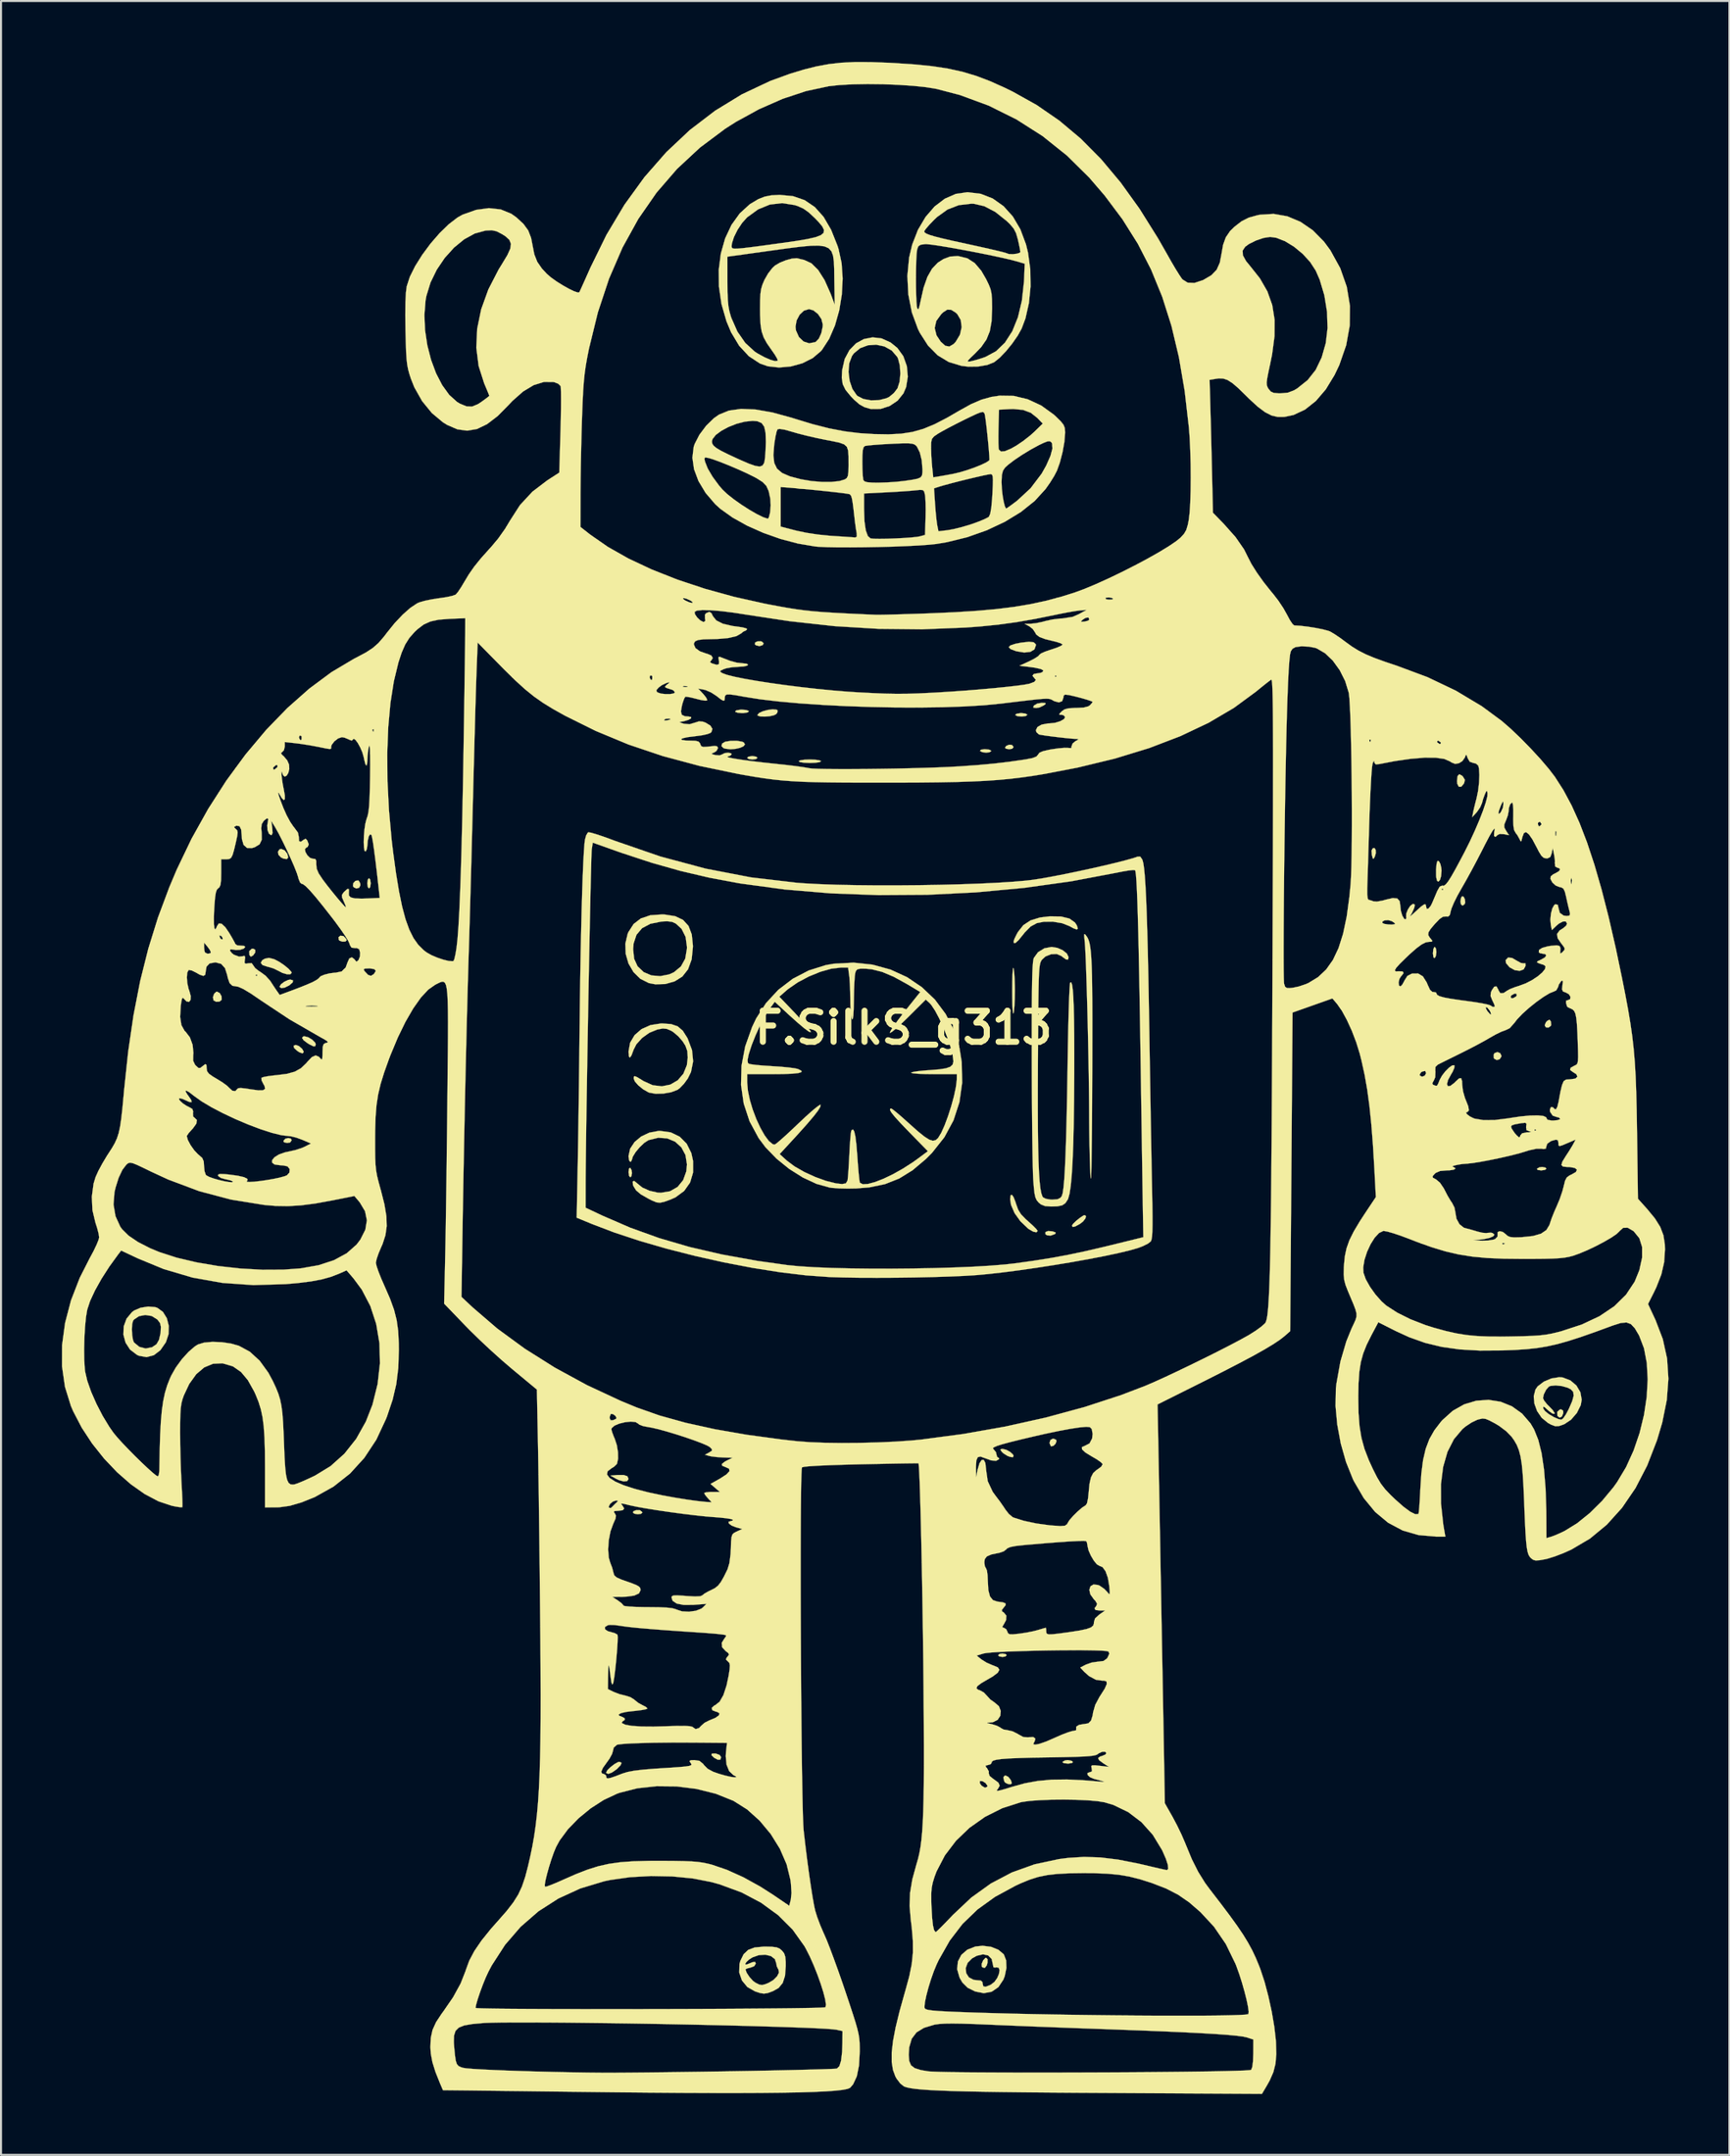
<source format=kicad_pcb>
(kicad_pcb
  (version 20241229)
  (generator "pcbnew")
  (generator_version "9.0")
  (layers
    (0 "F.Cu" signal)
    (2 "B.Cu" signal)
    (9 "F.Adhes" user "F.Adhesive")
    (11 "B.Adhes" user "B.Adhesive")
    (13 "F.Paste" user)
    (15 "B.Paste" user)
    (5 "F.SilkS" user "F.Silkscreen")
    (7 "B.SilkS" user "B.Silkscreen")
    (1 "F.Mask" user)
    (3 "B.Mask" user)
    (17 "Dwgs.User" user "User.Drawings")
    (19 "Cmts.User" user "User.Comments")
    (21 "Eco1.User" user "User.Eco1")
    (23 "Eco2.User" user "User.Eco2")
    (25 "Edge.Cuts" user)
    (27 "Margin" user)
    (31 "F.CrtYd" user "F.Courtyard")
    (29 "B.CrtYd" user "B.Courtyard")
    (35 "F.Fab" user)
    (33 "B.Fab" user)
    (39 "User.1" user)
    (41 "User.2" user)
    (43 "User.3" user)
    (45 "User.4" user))
  (footprint "F.SilkS_g313"
    (layer "F.Cu")
    (at 41.458 47.563)
    (property "Reference" "F.SilkS_g313" (at 0 0 0) (layer "F.SilkS") (effects (font (size 1.524 1.524) (thickness 0.3))))
    (attr through_hole)
    (fp_poly (pts (xy -30.177 5.467) (xy -30.141 5.54) (xy -30.214 5.648) (xy -30.36 5.673) (xy -30.52 5.639) (xy -30.544 5.567) (xy -30.45 5.467) (xy -30.303 5.432) (xy -30.177 5.467)) (stroke (width 0.01) (type solid)) (fill yes) (layer "F.SilkS"))
    (fp_poly (pts (xy 5.027 30.848) (xy 5.08 30.903) (xy 5.008 30.967) (xy 4.868 30.988) (xy 4.709 30.959) (xy 4.657 30.903) (xy 4.729 30.84) (xy 4.868 30.819) (xy 5.027 30.848)) (stroke (width 0.01) (type solid)) (fill yes) (layer "F.SilkS"))
    (fp_poly (pts (xy 5.342 -13.923) (xy 5.42 -13.823) (xy 5.354 -13.742) (xy 5.207 -13.716) (xy 5.048 -13.742) (xy 4.995 -13.792) (xy 5.065 -13.884) (xy 5.212 -13.939) (xy 5.342 -13.923)) (stroke (width 0.01) (type solid)) (fill yes) (layer "F.SilkS"))
    (fp_poly (pts (xy -31.937 -3.838) (xy -31.936 -3.708) (xy -32.039 -3.562) (xy -32.045 -3.557) (xy -32.157 -3.499) (xy -32.222 -3.585) (xy -32.23 -3.772) (xy -32.115 -3.883) (xy -32.041 -3.895) (xy -31.937 -3.838)) (stroke (width 0.01) (type solid)) (fill yes) (layer "F.SilkS"))
    (fp_poly (pts (xy -13.603 22.09) (xy -13.547 22.222) (xy -13.613 22.324) (xy -13.786 22.342) (xy -14.026 22.276) (xy -14.182 22.2) (xy -14.436 22.056) (xy -14.109 22.029) (xy -13.785 22.027) (xy -13.603 22.09)) (stroke (width 0.01) (type solid)) (fill yes) (layer "F.SilkS"))
    (fp_poly (pts (xy 23.253 -8.764) (xy 23.264 -8.604) (xy 23.219 -8.441) (xy 23.156 -8.32) (xy 23.115 -8.341) (xy 23.071 -8.494) (xy 23.053 -8.716) (xy 23.1 -8.826) (xy 23.194 -8.855) (xy 23.253 -8.764)) (stroke (width 0.01) (type solid)) (fill yes) (layer "F.SilkS"))
    (fp_poly (pts (xy 27.589 -6.449) (xy 27.649 -6.326) (xy 27.667 -6.176) (xy 27.644 -6.097) (xy 27.54 -6.012) (xy 27.458 -6.074) (xy 27.432 -6.218) (xy 27.461 -6.396) (xy 27.511 -6.473) (xy 27.589 -6.449)) (stroke (width 0.01) (type solid)) (fill yes) (layer "F.SilkS"))
    (fp_poly (pts (xy 31.884 -0.31) (xy 31.899 -0.145) (xy 31.88 -0.089) (xy 31.765 -0.008) (xy 31.638 -0.021) (xy 31.581 -0.117) (xy 31.64 -0.265) (xy 31.707 -0.338) (xy 31.818 -0.396) (xy 31.884 -0.31)) (stroke (width 0.01) (type solid)) (fill yes) (layer "F.SilkS"))
    (fp_poly (pts (xy 32.492 18.862) (xy 32.497 18.98) (xy 32.428 19.144) (xy 32.32 19.202) (xy 32.221 19.131) (xy 32.208 19.103) (xy 32.202 18.917) (xy 32.321 18.807) (xy 32.396 18.796) (xy 32.492 18.862)) (stroke (width 0.01) (type solid)) (fill yes) (layer "F.SilkS"))
    (fp_poly (pts (xy -30.484 -8.732) (xy -30.353 -8.559) (xy -30.311 -8.388) (xy -30.373 -8.308) (xy -30.533 -8.325) (xy -30.671 -8.389) (xy -30.793 -8.522) (xy -30.814 -8.675) (xy -30.737 -8.785) (xy -30.652 -8.805) (xy -30.484 -8.732)) (stroke (width 0.01) (type solid)) (fill yes) (layer "F.SilkS"))
    (fp_poly (pts (xy -27.6 -4.516) (xy -27.563 -4.49) (xy -27.454 -4.367) (xy -27.432 -4.308) (xy -27.498 -4.245) (xy -27.64 -4.239) (xy -27.778 -4.286) (xy -27.818 -4.325) (xy -27.833 -4.456) (xy -27.74 -4.532) (xy -27.6 -4.516)) (stroke (width 0.01) (type solid)) (fill yes) (layer "F.SilkS"))
    (fp_poly (pts (xy -26.843 -7.241) (xy -26.769 -7.12) (xy -26.755 -7.022) (xy -26.817 -6.895) (xy -26.952 -6.857) (xy -27.084 -6.917) (xy -27.122 -6.979) (xy -27.106 -7.12) (xy -27 -7.231) (xy -26.865 -7.252) (xy -26.843 -7.241)) (stroke (width 0.01) (type solid)) (fill yes) (layer "F.SilkS"))
    (fp_poly (pts (xy -13.462 6.9) (xy -13.396 7.017) (xy -13.377 7.159) (xy -13.407 7.316) (xy -13.462 7.366) (xy -13.521 7.292) (xy -13.547 7.114) (xy -13.547 7.107) (xy -13.524 6.938) (xy -13.465 6.899) (xy -13.462 6.9)) (stroke (width 0.01) (type solid)) (fill yes) (layer "F.SilkS"))
    (fp_poly (pts (xy -12.975 23.77) (xy -12.877 23.852) (xy -12.869 23.883) (xy -12.938 23.941) (xy -13.092 23.959) (xy -13.251 23.935) (xy -13.329 23.886) (xy -13.305 23.811) (xy -13.178 23.762) (xy -13.017 23.759) (xy -12.975 23.77)) (stroke (width 0.01) (type solid)) (fill yes) (layer "F.SilkS"))
    (fp_poly (pts (xy -9.251 35.745) (xy -9.058 35.817) (xy -8.99 35.92) (xy -9.018 36.04) (xy -9.143 36.052) (xy -9.331 35.953) (xy -9.335 35.95) (xy -9.466 35.819) (xy -9.44 35.749) (xy -9.258 35.744) (xy -9.251 35.745)) (stroke (width 0.01) (type solid)) (fill yes) (layer "F.SilkS"))
    (fp_poly (pts (xy -6.98 -19.017) (xy -6.893 -18.935) (xy -6.937 -18.846) (xy -7.085 -18.797) (xy -7.112 -18.796) (xy -7.272 -18.836) (xy -7.324 -18.881) (xy -7.311 -18.972) (xy -7.191 -19.03) (xy -7.027 -19.031) (xy -6.98 -19.017)) (stroke (width 0.01) (type solid)) (fill yes) (layer "F.SilkS"))
    (fp_poly (pts (xy 4.138 45.873) (xy 4.136 46.046) (xy 4.097 46.179) (xy 4 46.302) (xy 3.885 46.271) (xy 3.853 46.23) (xy 3.85 46.097) (xy 3.921 45.932) (xy 4.025 45.818) (xy 4.067 45.805) (xy 4.138 45.873)) (stroke (width 0.01) (type solid)) (fill yes) (layer "F.SilkS"))
    (fp_poly (pts (xy 4.215 -13.695) (xy 4.315 -13.643) (xy 4.318 -13.631) (xy 4.245 -13.571) (xy 4.069 -13.547) (xy 3.873 -13.573) (xy 3.768 -13.631) (xy 3.803 -13.689) (xy 3.976 -13.715) (xy 4.017 -13.716) (xy 4.215 -13.695)) (stroke (width 0.01) (type solid)) (fill yes) (layer "F.SilkS"))
    (fp_poly (pts (xy 5.161 36.897) (xy 5.281 37.048) (xy 5.334 37.205) (xy 5.273 37.258) (xy 5.14 37.243) (xy 5.01 37.179) (xy 4.962 37.119) (xy 4.914 36.922) (xy 4.975 36.838) (xy 5.035 36.83) (xy 5.161 36.897)) (stroke (width 0.01) (type solid)) (fill yes) (layer "F.SilkS"))
    (fp_poly (pts (xy 6.979 -15.991) (xy 7.003 -15.955) (xy 6.905 -15.872) (xy 6.687 -15.772) (xy 6.535 -15.748) (xy 6.396 -15.764) (xy 6.401 -15.831) (xy 6.435 -15.875) (xy 6.59 -15.965) (xy 6.805 -15.999) (xy 6.979 -15.991)) (stroke (width 0.01) (type solid)) (fill yes) (layer "F.SilkS"))
    (fp_poly (pts (xy 7.321 10.025) (xy 7.345 10.031) (xy 7.489 10.083) (xy 7.481 10.14) (xy 7.446 10.165) (xy 7.248 10.236) (xy 7.065 10.222) (xy 6.989 10.166) (xy 6.99 10.064) (xy 7.115 10.012) (xy 7.321 10.025)) (stroke (width 0.01) (type solid)) (fill yes) (layer "F.SilkS"))
    (fp_poly (pts (xy 7.503 20.284) (xy 7.535 20.352) (xy 7.485 20.489) (xy 7.376 20.594) (xy 7.268 20.613) (xy 7.252 20.601) (xy 7.189 20.452) (xy 7.234 20.304) (xy 7.363 20.235) (xy 7.366 20.235) (xy 7.503 20.284)) (stroke (width 0.01) (type solid)) (fill yes) (layer "F.SilkS"))
    (fp_poly (pts (xy 8.263 36.1) (xy 8.34 36.153) (xy 8.304 36.21) (xy 8.13 36.237) (xy 8.086 36.237) (xy 7.89 36.218) (xy 7.827 36.165) (xy 7.832 36.153) (xy 7.949 36.087) (xy 8.086 36.068) (xy 8.263 36.1)) (stroke (width 0.01) (type solid)) (fill yes) (layer "F.SilkS"))
    (fp_poly (pts (xy 26.222 -3.906) (xy 26.247 -3.73) (xy 26.221 -3.535) (xy 26.162 -3.429) (xy 26.104 -3.465) (xy 26.078 -3.637) (xy 26.077 -3.678) (xy 26.098 -3.876) (xy 26.15 -3.976) (xy 26.162 -3.979) (xy 26.222 -3.906)) (stroke (width 0.01) (type solid)) (fill yes) (layer "F.SilkS"))
    (fp_poly (pts (xy 29.391 1.256) (xy 29.451 1.389) (xy 29.448 1.417) (xy 29.361 1.552) (xy 29.217 1.591) (xy 29.092 1.522) (xy 29.072 1.482) (xy 29.071 1.317) (xy 29.108 1.253) (xy 29.253 1.199) (xy 29.391 1.256)) (stroke (width 0.01) (type solid)) (fill yes) (layer "F.SilkS"))
    (fp_poly (pts (xy 31.615 6.888) (xy 31.665 6.943) (xy 31.592 7.002) (xy 31.414 7.027) (xy 31.406 7.027) (xy 31.237 7.004) (xy 31.198 6.946) (xy 31.2 6.943) (xy 31.316 6.877) (xy 31.459 6.858) (xy 31.615 6.888)) (stroke (width 0.01) (type solid)) (fill yes) (layer "F.SilkS"))
    (fp_poly (pts (xy -33.686 -1.707) (xy -33.594 -1.546) (xy -33.589 -1.376) (xy -33.694 -1.288) (xy -33.859 -1.278) (xy -33.989 -1.348) (xy -33.994 -1.355) (xy -34.017 -1.51) (xy -33.957 -1.677) (xy -33.849 -1.774) (xy -33.822 -1.778) (xy -33.686 -1.707)) (stroke (width 0.01) (type solid)) (fill yes) (layer "F.SilkS"))
    (fp_poly (pts (xy -29.781 0.905) (xy -29.628 1.038) (xy -29.549 1.179) (xy -29.549 1.191) (xy -29.601 1.265) (xy -29.76 1.208) (xy -29.868 1.138) (xy -30.021 0.996) (xy -30.046 0.889) (xy -29.937 0.847) (xy -29.936 0.847) (xy -29.781 0.905)) (stroke (width 0.01) (type solid)) (fill yes) (layer "F.SilkS"))
    (fp_poly (pts (xy 27.509 -12.413) (xy 27.554 -12.366) (xy 27.65 -12.208) (xy 27.612 -12.043) (xy 27.605 -12.03) (xy 27.472 -11.87) (xy 27.351 -11.868) (xy 27.275 -12.013) (xy 27.263 -12.145) (xy 27.29 -12.393) (xy 27.373 -12.483) (xy 27.509 -12.413)) (stroke (width 0.01) (type solid)) (fill yes) (layer "F.SilkS"))
    (fp_poly (pts (xy -30.075 -2.334) (xy -30.089 -2.237) (xy -30.245 -2.098) (xy -30.265 -2.084) (xy -30.479 -1.978) (xy -30.65 -1.951) (xy -30.732 -2.009) (xy -30.734 -2.027) (xy -30.665 -2.142) (xy -30.501 -2.265) (xy -30.309 -2.353) (xy -30.207 -2.371) (xy -30.075 -2.334)) (stroke (width 0.01) (type solid)) (fill yes) (layer "F.SilkS"))
    (fp_poly (pts (xy -29.32 0.473) (xy -29.127 0.591) (xy -28.987 0.732) (xy -28.956 0.814) (xy -28.981 0.91) (xy -29.076 0.912) (xy -29.268 0.817) (xy -29.358 0.763) (xy -29.556 0.614) (xy -29.629 0.496) (xy -29.569 0.43) (xy -29.503 0.423) (xy -29.32 0.473)) (stroke (width 0.01) (type solid)) (fill yes) (layer "F.SilkS"))
    (fp_poly (pts (xy -26.272 -7.292) (xy -26.247 -7.115) (xy -26.247 -7.112) (xy -26.271 -6.934) (xy -26.33 -6.858) (xy -26.331 -6.858) (xy -26.391 -6.932) (xy -26.416 -7.109) (xy -26.416 -7.112) (xy -26.391 -7.29) (xy -26.332 -7.366) (xy -26.331 -7.366) (xy -26.272 -7.292)) (stroke (width 0.01) (type solid)) (fill yes) (layer "F.SilkS"))
    (fp_poly (pts (xy -7.747 -15.645) (xy -7.629 -15.598) (xy -7.62 -15.579) (xy -7.695 -15.526) (xy -7.883 -15.496) (xy -7.959 -15.494) (xy -8.171 -15.513) (xy -8.289 -15.56) (xy -8.297 -15.579) (xy -8.222 -15.632) (xy -8.035 -15.661) (xy -7.959 -15.663) (xy -7.747 -15.645)) (stroke (width 0.01) (type solid)) (fill yes) (layer "F.SilkS"))
    (fp_poly (pts (xy -7.272 -13.353) (xy -7.197 -13.294) (xy -7.197 -13.293) (xy -7.27 -13.233) (xy -7.448 -13.208) (xy -7.451 -13.208) (xy -7.629 -13.233) (xy -7.705 -13.292) (xy -7.705 -13.293) (xy -7.631 -13.352) (xy -7.454 -13.377) (xy -7.451 -13.377) (xy -7.272 -13.353)) (stroke (width 0.01) (type solid)) (fill yes) (layer "F.SilkS"))
    (fp_poly (pts (xy -4.327 -13.196) (xy -4.13 -13.164) (xy -4.064 -13.123) (xy -4.142 -13.079) (xy -4.348 -13.049) (xy -4.614 -13.039) (xy -4.902 -13.051) (xy -5.099 -13.082) (xy -5.165 -13.123) (xy -5.087 -13.168) (xy -4.881 -13.198) (xy -4.614 -13.208) (xy -4.327 -13.196)) (stroke (width 0.01) (type solid)) (fill yes) (layer "F.SilkS"))
    (fp_poly (pts (xy 5.063 20.788) (xy 5.254 20.894) (xy 5.391 21.019) (xy 5.419 21.087) (xy 5.384 21.153) (xy 5.258 21.137) (xy 5.119 21.086) (xy 4.922 20.964) (xy 4.834 20.88) (xy 4.768 20.775) (xy 4.84 20.744) (xy 4.881 20.743) (xy 5.063 20.788)) (stroke (width 0.01) (type solid)) (fill yes) (layer "F.SilkS"))
    (fp_poly (pts (xy 5.996 -15.473) (xy 6.093 -15.42) (xy 6.096 -15.409) (xy 6.022 -15.353) (xy 5.839 -15.325) (xy 5.8 -15.325) (xy 5.604 -15.346) (xy 5.506 -15.398) (xy 5.503 -15.409) (xy 5.578 -15.465) (xy 5.761 -15.493) (xy 5.8 -15.494) (xy 5.996 -15.473)) (stroke (width 0.01) (type solid)) (fill yes) (layer "F.SilkS"))
    (fp_poly (pts (xy -13.896 36.193) (xy -13.931 36.309) (xy -14.108 36.494) (xy -14.146 36.526) (xy -14.366 36.679) (xy -14.542 36.744) (xy -14.639 36.709) (xy -14.647 36.668) (xy -14.583 36.558) (xy -14.428 36.409) (xy -14.238 36.263) (xy -14.068 36.168) (xy -14.006 36.153) (xy -13.896 36.193)) (stroke (width 0.01) (type solid)) (fill yes) (layer "F.SilkS"))
    (fp_poly (pts (xy 8.988 9.278) (xy 8.954 9.398) (xy 8.84 9.543) (xy 8.7 9.653) (xy 8.464 9.783) (xy 8.337 9.814) (xy 8.298 9.749) (xy 8.297 9.741) (xy 8.359 9.649) (xy 8.507 9.508) (xy 8.688 9.362) (xy 8.848 9.256) (xy 8.919 9.229) (xy 8.988 9.278)) (stroke (width 0.01) (type solid)) (fill yes) (layer "F.SilkS"))
    (fp_poly (pts (xy -8.198 -14.129) (xy -7.952 -14.087) (xy -7.874 -14.052) (xy -7.812 -13.956) (xy -7.882 -13.864) (xy -8.05 -13.787) (xy -8.277 -13.734) (xy -8.53 -13.715) (xy -8.77 -13.741) (xy -8.869 -13.772) (xy -8.969 -13.872) (xy -8.935 -13.996) (xy -8.784 -14.086) (xy -8.5 -14.13) (xy -8.198 -14.129)) (stroke (width 0.01) (type solid)) (fill yes) (layer "F.SilkS"))
    (fp_poly (pts (xy -6.26 -15.663) (xy -6.207 -15.634) (xy -6.211 -15.537) (xy -6.264 -15.454) (xy -6.389 -15.387) (xy -6.6 -15.341) (xy -6.84 -15.321) (xy -7.052 -15.33) (xy -7.181 -15.37) (xy -7.197 -15.399) (xy -7.121 -15.495) (xy -6.934 -15.583) (xy -6.69 -15.649) (xy -6.446 -15.68) (xy -6.26 -15.663)) (stroke (width 0.01) (type solid)) (fill yes) (layer "F.SilkS"))
    (fp_poly (pts (xy 6.408 -18.983) (xy 6.511 -18.89) (xy 6.519 -18.835) (xy 6.447 -18.633) (xy 6.248 -18.512) (xy 5.944 -18.479) (xy 5.562 -18.541) (xy 5.529 -18.551) (xy 5.271 -18.648) (xy 5.182 -18.74) (xy 5.262 -18.827) (xy 5.51 -18.909) (xy 5.802 -18.966) (xy 6.176 -19.007) (xy 6.408 -18.983)) (stroke (width 0.01) (type solid)) (fill yes) (layer "F.SilkS"))
    (fp_poly (pts (xy 26.371 -8.198) (xy 26.441 -8.068) (xy 26.489 -7.868) (xy 26.499 -7.733) (xy 26.477 -7.465) (xy 26.421 -7.279) (xy 26.349 -7.195) (xy 26.282 -7.23) (xy 26.239 -7.403) (xy 26.233 -7.472) (xy 26.231 -7.788) (xy 26.252 -8.047) (xy 26.291 -8.198) (xy 26.3 -8.21) (xy 26.371 -8.198)) (stroke (width 0.01) (type solid)) (fill yes) (layer "F.SilkS"))
    (fp_poly (pts (xy 29.976 -3.435) (xy 30.221 -3.292) (xy 30.408 -3.189) (xy 30.55 -3.168) (xy 30.564 -3.174) (xy 30.634 -3.169) (xy 30.635 -3.036) (xy 30.542 -2.871) (xy 30.353 -2.802) (xy 30.113 -2.833) (xy 29.867 -2.966) (xy 29.841 -2.988) (xy 29.673 -3.185) (xy 29.659 -3.331) (xy 29.777 -3.455) (xy 29.976 -3.435)) (stroke (width 0.01) (type solid)) (fill yes) (layer "F.SilkS"))
    (fp_poly (pts (xy 5.419 -2.921) (xy 5.447 -2.727) (xy 5.469 -2.415) (xy 5.481 -2.037) (xy 5.483 -1.82) (xy 5.477 -1.428) (xy 5.46 -1.074) (xy 5.435 -0.809) (xy 5.419 -0.72) (xy 5.396 -0.706) (xy 5.377 -0.845) (xy 5.363 -1.119) (xy 5.356 -1.513) (xy 5.354 -1.82) (xy 5.358 -2.281) (xy 5.368 -2.634) (xy 5.383 -2.862) (xy 5.404 -2.948) (xy 5.419 -2.921)) (stroke (width 0.01) (type solid)) (fill yes) (layer "F.SilkS"))
    (fp_poly (pts (xy -31.013 -3.377) (xy -30.981 -3.364) (xy -30.75 -3.243) (xy -30.507 -3.078) (xy -30.297 -2.905) (xy -30.165 -2.76) (xy -30.141 -2.702) (xy -30.208 -2.634) (xy -30.375 -2.634) (xy -30.591 -2.696) (xy -30.771 -2.79) (xy -31.032 -2.918) (xy -31.325 -3.005) (xy -31.343 -3.008) (xy -31.577 -3.085) (xy -31.662 -3.197) (xy -31.591 -3.322) (xy -31.468 -3.396) (xy -31.262 -3.44) (xy -31.013 -3.377)) (stroke (width 0.01) (type solid)) (fill yes) (layer "F.SilkS"))
    (fp_poly (pts (xy 5.413 8.333) (xy 5.51 8.575) (xy 5.541 8.675) (xy 5.645 8.962) (xy 5.79 9.194) (xy 6.02 9.431) (xy 6.14 9.537) (xy 6.367 9.742) (xy 6.532 9.908) (xy 6.603 10.003) (xy 6.604 10.007) (xy 6.545 10.074) (xy 6.392 10.043) (xy 6.183 9.926) (xy 6.129 9.886) (xy 5.756 9.531) (xy 5.469 9.13) (xy 5.294 8.724) (xy 5.251 8.445) (xy 5.272 8.258) (xy 5.33 8.224) (xy 5.413 8.333)) (stroke (width 0.01) (type solid)) (fill yes) (layer "F.SilkS"))
    (fp_poly (pts (xy 7.757 -5.476) (xy 8.17 -5.375) (xy 8.445 -5.18) (xy 8.538 -5.034) (xy 8.585 -4.882) (xy 8.533 -4.837) (xy 8.367 -4.897) (xy 8.176 -5.003) (xy 7.813 -5.146) (xy 7.368 -5.221) (xy 6.914 -5.22) (xy 6.565 -5.151) (xy 6.261 -4.986) (xy 5.966 -4.687) (xy 5.91 -4.615) (xy 5.671 -4.32) (xy 5.511 -4.174) (xy 5.43 -4.178) (xy 5.419 -4.24) (xy 5.459 -4.37) (xy 5.562 -4.583) (xy 5.634 -4.713) (xy 5.901 -5.051) (xy 6.256 -5.285) (xy 6.722 -5.428) (xy 7.205 -5.485) (xy 7.757 -5.476)) (stroke (width 0.01) (type solid)) (fill yes) (layer "F.SilkS"))
    (fp_poly (pts (xy -36.867 13.76) (xy -36.763 13.793) (xy -36.484 13.994) (xy -36.291 14.305) (xy -36.195 14.684) (xy -36.206 15.091) (xy -36.335 15.483) (xy -36.338 15.489) (xy -36.61 15.882) (xy -36.932 16.128) (xy -37.287 16.222) (xy -37.66 16.156) (xy -37.76 16.111) (xy -38.1 15.852) (xy -38.324 15.507) (xy -38.429 15.113) (xy -38.419 14.855) (xy -38.011 14.855) (xy -37.996 15.142) (xy -37.955 15.386) (xy -37.907 15.5) (xy -37.645 15.717) (xy -37.333 15.797) (xy -37.018 15.736) (xy -36.797 15.584) (xy -36.677 15.373) (xy -36.602 15.053) (xy -36.596 14.999) (xy -36.583 14.728) (xy -36.622 14.551) (xy -36.732 14.4) (xy -36.774 14.357) (xy -37.037 14.196) (xy -37.351 14.147) (xy -37.66 14.205) (xy -37.905 14.369) (xy -37.951 14.427) (xy -37.997 14.593) (xy -38.011 14.855) (xy -38.419 14.855) (xy -38.413 14.708) (xy -38.273 14.327) (xy -38.008 14.008) (xy -37.896 13.925) (xy -37.583 13.791) (xy -37.212 13.733) (xy -36.867 13.76)) (stroke (width 0.01) (type solid)) (fill yes) (layer "F.SilkS"))
    (fp_poly (pts (xy 8.939 -4.603) (xy 9.011 -4.512) (xy 9.068 -4.423) (xy 9.117 -4.312) (xy 9.159 -4.169) (xy 9.195 -3.981) (xy 9.224 -3.737) (xy 9.248 -3.425) (xy 9.267 -3.033) (xy 9.281 -2.55) (xy 9.29 -1.963) (xy 9.296 -1.262) (xy 9.299 -0.434) (xy 9.298 0.532) (xy 9.296 1.648) (xy 9.293 2.456) (xy 9.288 3.59) (xy 9.282 4.585) (xy 9.274 5.437) (xy 9.266 6.142) (xy 9.257 6.697) (xy 9.247 7.099) (xy 9.236 7.343) (xy 9.224 7.427) (xy 9.211 7.345) (xy 9.207 7.289) (xy 9.188 6.881) (xy 9.171 6.347) (xy 9.157 5.732) (xy 9.148 5.079) (xy 9.143 4.433) (xy 9.143 4.284) (xy 9.14 3.707) (xy 9.133 3.039) (xy 9.122 2.3) (xy 9.108 1.514) (xy 9.092 0.7) (xy 9.073 -0.12) (xy 9.053 -0.923) (xy 9.031 -1.689) (xy 9.009 -2.397) (xy 8.988 -3.024) (xy 8.966 -3.549) (xy 8.946 -3.951) (xy 8.928 -4.209) (xy 8.925 -4.233) (xy 8.899 -4.493) (xy 8.901 -4.608) (xy 8.939 -4.603)) (stroke (width 0.01) (type solid)) (fill yes) (layer "F.SilkS"))
    (fp_poly (pts (xy -11.764 -5.573) (xy -11.248 -5.492) (xy -10.86 -5.307) (xy -10.591 -5.011) (xy -10.433 -4.592) (xy -10.377 -4.043) (xy -10.377 -3.98) (xy -10.438 -3.368) (xy -10.615 -2.879) (xy -10.895 -2.522) (xy -11.272 -2.285) (xy -11.734 -2.153) (xy -12.224 -2.138) (xy -12.548 -2.2) (xy -12.966 -2.409) (xy -13.303 -2.741) (xy -13.548 -3.161) (xy -13.686 -3.638) (xy -13.694 -3.867) (xy -13.321 -3.867) (xy -13.271 -3.393) (xy -13.102 -3.025) (xy -12.803 -2.74) (xy -12.793 -2.734) (xy -12.419 -2.576) (xy -11.984 -2.54) (xy -11.546 -2.626) (xy -11.312 -2.732) (xy -10.966 -3.017) (xy -10.753 -3.403) (xy -10.67 -3.894) (xy -10.668 -3.978) (xy -10.736 -4.474) (xy -10.935 -4.87) (xy -11.217 -5.129) (xy -11.403 -5.214) (xy -11.645 -5.242) (xy -11.94 -5.227) (xy -12.476 -5.118) (xy -12.881 -4.902) (xy -13.155 -4.578) (xy -13.298 -4.147) (xy -13.321 -3.867) (xy -13.694 -3.867) (xy -13.704 -4.137) (xy -13.589 -4.626) (xy -13.555 -4.706) (xy -13.297 -5.107) (xy -12.939 -5.383) (xy -12.471 -5.539) (xy -11.886 -5.578) (xy -11.764 -5.573)) (stroke (width 0.01) (type solid)) (fill yes) (layer "F.SilkS"))
    (fp_poly (pts (xy 4.311 45.265) (xy 4.673 45.411) (xy 4.929 45.627) (xy 4.942 45.645) (xy 5.052 45.933) (xy 5.066 46.304) (xy 4.983 46.704) (xy 4.916 46.878) (xy 4.67 47.248) (xy 4.343 47.473) (xy 3.954 47.546) (xy 3.529 47.463) (xy 3.157 47.279) (xy 2.898 47.023) (xy 2.758 46.779) (xy 2.64 46.367) (xy 2.646 46.308) (xy 3.062 46.308) (xy 3.085 46.56) (xy 3.217 46.767) (xy 3.45 46.889) (xy 3.6 46.905) (xy 3.804 46.925) (xy 3.885 46.999) (xy 3.895 47.075) (xy 3.927 47.208) (xy 4.04 47.232) (xy 4.258 47.148) (xy 4.31 47.121) (xy 4.481 46.986) (xy 4.615 46.797) (xy 4.7 46.594) (xy 4.728 46.413) (xy 4.688 46.292) (xy 4.57 46.269) (xy 4.533 46.281) (xy 4.429 46.272) (xy 4.403 46.147) (xy 4.34 45.861) (xy 4.169 45.687) (xy 3.916 45.632) (xy 3.605 45.704) (xy 3.378 45.829) (xy 3.157 46.051) (xy 3.062 46.308) (xy 2.646 46.308) (xy 2.676 45.986) (xy 2.848 45.657) (xy 3.14 45.405) (xy 3.536 45.25) (xy 3.895 45.212) (xy 4.311 45.265)) (stroke (width 0.01) (type solid)) (fill yes) (layer "F.SilkS"))
    (fp_poly (pts (xy -11.465 5.154) (xy -11.025 5.368) (xy -10.684 5.712) (xy -10.455 6.173) (xy -10.368 6.564) (xy -10.368 7.129) (xy -10.516 7.625) (xy -10.806 8.036) (xy -11.23 8.35) (xy -11.481 8.462) (xy -11.783 8.571) (xy -11.991 8.617) (xy -12.169 8.599) (xy -12.381 8.513) (xy -12.573 8.416) (xy -12.941 8.206) (xy -13.175 8.008) (xy -13.308 7.794) (xy -13.332 7.726) (xy -13.342 7.572) (xy -13.264 7.546) (xy -13.127 7.658) (xy -13.118 7.669) (xy -12.865 7.872) (xy -12.509 8.031) (xy -12.116 8.119) (xy -11.954 8.128) (xy -11.501 8.053) (xy -11.13 7.84) (xy -10.857 7.507) (xy -10.7 7.073) (xy -10.668 6.732) (xy -10.742 6.269) (xy -10.945 5.89) (xy -11.253 5.611) (xy -11.641 5.449) (xy -12.083 5.417) (xy -12.555 5.533) (xy -12.57 5.539) (xy -12.773 5.67) (xy -12.995 5.881) (xy -13.197 6.123) (xy -13.337 6.35) (xy -13.377 6.49) (xy -13.427 6.594) (xy -13.462 6.604) (xy -13.519 6.53) (xy -13.546 6.348) (xy -13.547 6.32) (xy -13.467 5.958) (xy -13.249 5.628) (xy -12.924 5.356) (xy -12.521 5.166) (xy -12.072 5.082) (xy -11.994 5.08) (xy -11.465 5.154)) (stroke (width 0.01) (type solid)) (fill yes) (layer "F.SilkS"))
    (fp_poly (pts (xy -1.079 -33.946) (xy -0.638 -33.746) (xy -0.306 -33.477) (xy -0.013 -33.07) (xy 0.161 -32.583) (xy 0.209 -32.062) (xy 0.126 -31.552) (xy -0.005 -31.242) (xy -0.294 -30.882) (xy -0.686 -30.619) (xy -1.133 -30.474) (xy -1.591 -30.47) (xy -1.651 -30.481) (xy -1.934 -30.565) (xy -2.178 -30.702) (xy -2.435 -30.926) (xy -2.606 -31.104) (xy -2.858 -31.412) (xy -2.997 -31.695) (xy -3.043 -32.016) (xy -3.028 -32.299) (xy -2.712 -32.299) (xy -2.658 -31.859) (xy -2.521 -31.458) (xy -2.309 -31.15) (xy -2.265 -31.11) (xy -1.981 -30.965) (xy -1.608 -30.897) (xy -1.207 -30.908) (xy -0.841 -31.001) (xy -0.703 -31.069) (xy -0.477 -31.257) (xy -0.302 -31.486) (xy -0.296 -31.497) (xy -0.195 -31.818) (xy -0.158 -32.216) (xy -0.185 -32.621) (xy -0.274 -32.961) (xy -0.314 -33.04) (xy -0.584 -33.352) (xy -0.941 -33.551) (xy -1.345 -33.637) (xy -1.756 -33.61) (xy -2.138 -33.467) (xy -2.45 -33.21) (xy -2.543 -33.079) (xy -2.677 -32.724) (xy -2.712 -32.299) (xy -3.028 -32.299) (xy -3.022 -32.397) (xy -2.899 -32.935) (xy -2.664 -33.374) (xy -2.341 -33.704) (xy -1.954 -33.915) (xy -1.526 -33.999) (xy -1.079 -33.946)) (stroke (width 0.01) (type solid)) (fill yes) (layer "F.SilkS"))
    (fp_poly (pts (xy -11.452 -0.179) (xy -11.126 -0.068) (xy -10.873 0.151) (xy -10.651 0.501) (xy -10.636 0.529) (xy -10.421 1.102) (xy -10.366 1.657) (xy -10.471 2.18) (xy -10.627 2.499) (xy -10.816 2.759) (xy -11.023 2.974) (xy -11.135 3.056) (xy -11.446 3.175) (xy -11.828 3.242) (xy -12.212 3.251) (xy -12.526 3.196) (xy -12.573 3.178) (xy -12.832 3.029) (xy -13.067 2.837) (xy -13.235 2.645) (xy -13.293 2.502) (xy -13.285 2.411) (xy -13.24 2.385) (xy -13.128 2.432) (xy -12.915 2.56) (xy -12.813 2.625) (xy -12.356 2.831) (xy -11.905 2.885) (xy -11.486 2.8) (xy -11.124 2.589) (xy -10.845 2.265) (xy -10.673 1.842) (xy -10.63 1.473) (xy -10.651 1.147) (xy -10.744 0.886) (xy -10.88 0.671) (xy -11.095 0.423) (xy -11.343 0.213) (xy -11.442 0.152) (xy -11.665 0.056) (xy -11.864 0.038) (xy -12.129 0.088) (xy -12.136 0.09) (xy -12.526 0.25) (xy -12.884 0.507) (xy -13.163 0.818) (xy -13.297 1.081) (xy -13.399 1.357) (xy -13.477 1.47) (xy -13.527 1.419) (xy -13.546 1.203) (xy -13.547 1.172) (xy -13.468 0.737) (xy -13.248 0.364) (xy -12.908 0.069) (xy -12.469 -0.128) (xy -11.954 -0.209) (xy -11.896 -0.21) (xy -11.452 -0.179)) (stroke (width 0.01) (type solid)) (fill yes) (layer "F.SilkS"))
    (fp_poly (pts (xy 32.464 17.223) (xy 32.845 17.367) (xy 33.144 17.621) (xy 33.338 17.949) (xy 33.404 18.316) (xy 33.358 18.586) (xy 33.165 18.973) (xy 32.879 19.304) (xy 32.549 19.523) (xy 32.54 19.527) (xy 32.29 19.616) (xy 32.1 19.624) (xy 31.891 19.545) (xy 31.738 19.46) (xy 31.432 19.209) (xy 31.207 18.879) (xy 31.073 18.51) (xy 31.05 18.239) (xy 31.496 18.239) (xy 31.555 18.369) (xy 31.704 18.553) (xy 31.813 18.661) (xy 31.981 18.837) (xy 32.067 18.971) (xy 32.066 19.016) (xy 31.972 19.003) (xy 31.812 18.895) (xy 31.74 18.832) (xy 31.58 18.689) (xy 31.51 18.659) (xy 31.505 18.735) (xy 31.508 18.754) (xy 31.597 18.881) (xy 31.789 19.033) (xy 32.031 19.176) (xy 32.265 19.277) (xy 32.407 19.304) (xy 32.497 19.233) (xy 32.625 19.046) (xy 32.766 18.783) (xy 32.77 18.775) (xy 32.936 18.392) (xy 33.009 18.122) (xy 32.988 17.937) (xy 32.871 17.808) (xy 32.726 17.733) (xy 32.43 17.647) (xy 32.123 17.614) (xy 31.87 17.639) (xy 31.784 17.675) (xy 31.649 17.83) (xy 31.537 18.055) (xy 31.496 18.239) (xy 31.05 18.239) (xy 31.042 18.144) (xy 31.126 17.819) (xy 31.234 17.662) (xy 31.538 17.43) (xy 31.915 17.271) (xy 32.296 17.21) (xy 32.464 17.223)) (stroke (width 0.01) (type solid)) (fill yes) (layer "F.SilkS"))
    (fp_poly (pts (xy -6.472 45.262) (xy -6.252 45.291) (xy -6.103 45.354) (xy -5.993 45.447) (xy -5.885 45.581) (xy -5.827 45.747) (xy -5.804 45.996) (xy -5.803 46.209) (xy -5.839 46.691) (xy -5.952 47.042) (xy -6.156 47.289) (xy -6.433 47.445) (xy -6.691 47.54) (xy -6.881 47.57) (xy -7.082 47.535) (xy -7.324 47.455) (xy -7.698 47.24) (xy -7.96 46.921) (xy -8.094 46.532) (xy -8.082 46.108) (xy -8.08 46.103) (xy -7.802 46.103) (xy -7.775 46.143) (xy -7.695 46.123) (xy -7.513 46.049) (xy -7.429 46.015) (xy -7.308 46.008) (xy -7.281 46.094) (xy -7.36 46.216) (xy -7.535 46.283) (xy -7.713 46.329) (xy -7.789 46.369) (xy -7.789 46.37) (xy -7.732 46.536) (xy -7.593 46.747) (xy -7.42 46.938) (xy -7.301 47.027) (xy -7.11 47.122) (xy -6.969 47.146) (xy -6.799 47.1) (xy -6.65 47.039) (xy -6.41 46.897) (xy -6.229 46.715) (xy -6.136 46.531) (xy -6.159 46.386) (xy -6.168 46.376) (xy -6.247 46.217) (xy -6.265 46.089) (xy -6.338 45.868) (xy -6.531 45.719) (xy -6.809 45.651) (xy -7.134 45.673) (xy -7.446 45.784) (xy -7.613 45.891) (xy -7.74 46.008) (xy -7.802 46.103) (xy -8.08 46.103) (xy -8.038 45.953) (xy -7.879 45.629) (xy -7.656 45.416) (xy -7.337 45.297) (xy -6.894 45.255) (xy -6.812 45.254) (xy -6.472 45.262)) (stroke (width 0.01) (type solid)) (fill yes) (layer "F.SilkS"))
    (fp_poly (pts (xy 7.577 -3.932) (xy 7.844 -3.813) (xy 8.044 -3.651) (xy 8.128 -3.477) (xy 8.128 -3.468) (xy 8.101 -3.355) (xy 8.007 -3.361) (xy 7.826 -3.49) (xy 7.776 -3.532) (xy 7.545 -3.631) (xy 7.26 -3.619) (xy 6.988 -3.508) (xy 6.824 -3.359) (xy 6.786 -3.305) (xy 6.754 -3.243) (xy 6.727 -3.159) (xy 6.705 -3.039) (xy 6.686 -2.871) (xy 6.671 -2.641) (xy 6.659 -2.334) (xy 6.65 -1.938) (xy 6.642 -1.439) (xy 6.635 -0.823) (xy 6.629 -0.076) (xy 6.624 0.814) (xy 6.618 1.709) (xy 6.613 2.98) (xy 6.613 4.09) (xy 6.618 5.05) (xy 6.629 5.867) (xy 6.646 6.551) (xy 6.67 7.112) (xy 6.7 7.559) (xy 6.738 7.899) (xy 6.783 8.144) (xy 6.836 8.301) (xy 6.87 8.354) (xy 7.008 8.424) (xy 7.243 8.464) (xy 7.331 8.467) (xy 7.588 8.446) (xy 7.735 8.371) (xy 7.797 8.283) (xy 7.84 8.139) (xy 7.879 7.869) (xy 7.916 7.469) (xy 7.949 6.933) (xy 7.979 6.255) (xy 8.007 5.431) (xy 8.033 4.456) (xy 8.056 3.323) (xy 8.078 2.028) (xy 8.083 1.651) (xy 8.096 0.863) (xy 8.111 0.127) (xy 8.127 -0.54) (xy 8.145 -1.121) (xy 8.162 -1.598) (xy 8.18 -1.953) (xy 8.197 -2.17) (xy 8.21 -2.232) (xy 8.259 -2.232) (xy 8.3 -2.12) (xy 8.334 -1.889) (xy 8.361 -1.532) (xy 8.382 -1.042) (xy 8.397 -0.411) (xy 8.406 0.368) (xy 8.409 1.303) (xy 8.408 2.244) (xy 8.399 3.568) (xy 8.383 4.728) (xy 8.359 5.725) (xy 8.326 6.565) (xy 8.285 7.251) (xy 8.235 7.786) (xy 8.176 8.174) (xy 8.108 8.419) (xy 8.092 8.454) (xy 7.971 8.639) (xy 7.816 8.746) (xy 7.58 8.795) (xy 7.271 8.805) (xy 6.969 8.783) (xy 6.765 8.701) (xy 6.652 8.607) (xy 6.561 8.498) (xy 6.497 8.361) (xy 6.452 8.16) (xy 6.418 7.859) (xy 6.389 7.485) (xy 6.377 7.227) (xy 6.366 6.818) (xy 6.355 6.278) (xy 6.345 5.626) (xy 6.336 4.88) (xy 6.328 4.06) (xy 6.322 3.184) (xy 6.318 2.272) (xy 6.317 1.693) (xy 6.316 0.606) (xy 6.316 -0.323) (xy 6.319 -1.106) (xy 6.325 -1.754) (xy 6.333 -2.279) (xy 6.345 -2.691) (xy 6.359 -3.003) (xy 6.377 -3.225) (xy 6.398 -3.369) (xy 6.417 -3.434) (xy 6.623 -3.719) (xy 6.937 -3.912) (xy 7.294 -3.979) (xy 7.577 -3.932)) (stroke (width 0.01) (type solid)) (fill yes) (layer "F.SilkS"))
    (fp_poly (pts (xy -5.446 -40.953) (xy -4.873 -40.756) (xy -4.373 -40.417) (xy -3.94 -39.933) (xy -3.569 -39.298) (xy -3.253 -38.507) (xy -3.204 -38.354) (xy -3.052 -37.657) (xy -3 -36.896) (xy -3.041 -36.107) (xy -3.169 -35.325) (xy -3.378 -34.588) (xy -3.661 -33.931) (xy -4.013 -33.39) (xy -4.07 -33.322) (xy -4.474 -32.98) (xy -4.981 -32.725) (xy -5.549 -32.567) (xy -6.132 -32.514) (xy -6.686 -32.576) (xy -7.07 -32.709) (xy -7.622 -33.072) (xy -8.097 -33.585) (xy -8.495 -34.248) (xy -8.721 -34.785) (xy -8.968 -35.639) (xy -9.093 -36.494) (xy -9.102 -37.331) (xy -9.019 -37.973) (xy -8.678 -37.973) (xy -8.676 -36.745) (xy -8.671 -36.228) (xy -8.656 -35.84) (xy -8.627 -35.538) (xy -8.579 -35.283) (xy -8.508 -35.034) (xy -8.481 -34.955) (xy -8.184 -34.281) (xy -7.796 -33.722) (xy -7.331 -33.297) (xy -7.194 -33.208) (xy -6.852 -33.021) (xy -6.552 -32.891) (xy -6.326 -32.83) (xy -6.205 -32.848) (xy -6.196 -32.861) (xy -6.229 -32.958) (xy -6.341 -33.147) (xy -6.5 -33.376) (xy -6.732 -33.709) (xy -6.892 -34.001) (xy -6.992 -34.298) (xy -7.027 -34.522) (xy -5.324 -34.522) (xy -5.303 -34.346) (xy -5.156 -34.015) (xy -4.927 -33.795) (xy -4.649 -33.705) (xy -4.353 -33.764) (xy -4.321 -33.78) (xy -4.171 -33.939) (xy -4.051 -34.206) (xy -3.985 -34.521) (xy -3.979 -34.635) (xy -4.046 -34.901) (xy -4.217 -35.15) (xy -4.444 -35.33) (xy -4.658 -35.391) (xy -4.908 -35.314) (xy -5.121 -35.113) (xy -5.269 -34.834) (xy -5.324 -34.522) (xy -7.027 -34.522) (xy -7.046 -34.646) (xy -7.067 -35.091) (xy -7.07 -35.391) (xy -7.066 -35.831) (xy -7.05 -36.147) (xy -7.014 -36.387) (xy -6.952 -36.596) (xy -6.856 -36.82) (xy -6.847 -36.839) (xy -6.671 -37.146) (xy -6.462 -37.415) (xy -6.337 -37.533) (xy -6.094 -37.676) (xy -5.793 -37.797) (xy -5.496 -37.878) (xy -5.264 -37.897) (xy -5.218 -37.889) (xy -5.067 -37.85) (xy -4.896 -37.811) (xy -4.542 -37.647) (xy -4.206 -37.316) (xy -3.889 -36.816) (xy -3.592 -36.148) (xy -3.546 -36.026) (xy -3.39 -35.602) (xy -3.41 -36.901) (xy -3.416 -37.355) (xy -3.431 -37.723) (xy -3.47 -38.014) (xy -3.549 -38.232) (xy -3.684 -38.385) (xy -3.889 -38.478) (xy -4.18 -38.518) (xy -4.574 -38.511) (xy -5.086 -38.463) (xy -5.731 -38.382) (xy -6.525 -38.272) (xy -6.731 -38.243) (xy -8.678 -37.973) (xy -9.019 -37.973) (xy -8.999 -38.129) (xy -8.891 -38.509) (xy -8.467 -38.509) (xy -8.466 -38.451) (xy -8.452 -38.407) (xy -8.407 -38.378) (xy -8.314 -38.365) (xy -8.153 -38.37) (xy -7.909 -38.392) (xy -7.563 -38.433) (xy -7.097 -38.494) (xy -6.493 -38.577) (xy -5.974 -38.648) (xy -5.274 -38.748) (xy -4.731 -38.84) (xy -4.334 -38.931) (xy -4.074 -39.03) (xy -3.939 -39.145) (xy -3.918 -39.284) (xy -4 -39.457) (xy -4.175 -39.67) (xy -4.374 -39.876) (xy -4.676 -40.157) (xy -4.934 -40.34) (xy -5.209 -40.464) (xy -5.368 -40.515) (xy -5.985 -40.611) (xy -6.586 -40.54) (xy -7.165 -40.303) (xy -7.707 -39.909) (xy -7.953 -39.635) (xy -8.179 -39.293) (xy -8.356 -38.937) (xy -8.455 -38.621) (xy -8.467 -38.509) (xy -8.891 -38.509) (xy -8.789 -38.87) (xy -8.477 -39.535) (xy -8.068 -40.105) (xy -7.568 -40.56) (xy -7.154 -40.806) (xy -6.841 -40.929) (xy -6.509 -40.994) (xy -6.096 -41.014) (xy -5.446 -40.953)) (stroke (width 0.01) (type solid)) (fill yes) (layer "F.SilkS"))
    (fp_poly (pts (xy 3.799 -41.068) (xy 4.393 -40.836) (xy 4.924 -40.46) (xy 5.381 -39.952) (xy 5.754 -39.32) (xy 6.031 -38.577) (xy 6.131 -38.167) (xy 6.243 -37.351) (xy 6.256 -36.508) (xy 6.175 -35.686) (xy 6.004 -34.93) (xy 5.817 -34.431) (xy 5.621 -34.08) (xy 5.352 -33.694) (xy 5.046 -33.319) (xy 4.741 -33) (xy 4.475 -32.785) (xy 4.466 -32.779) (xy 4.124 -32.64) (xy 3.68 -32.563) (xy 3.192 -32.556) (xy 2.856 -32.595) (xy 2.227 -32.785) (xy 1.679 -33.116) (xy 1.206 -33.594) (xy 0.803 -34.222) (xy 0.711 -34.406) (xy 0.692 -34.458) (xy 1.534 -34.458) (xy 1.624 -34.097) (xy 1.828 -33.789) (xy 2.051 -33.586) (xy 2.256 -33.547) (xy 2.467 -33.672) (xy 2.568 -33.78) (xy 2.778 -34.13) (xy 2.861 -34.501) (xy 2.817 -34.853) (xy 2.645 -35.146) (xy 2.564 -35.22) (xy 2.341 -35.359) (xy 2.152 -35.364) (xy 1.948 -35.231) (xy 1.86 -35.148) (xy 1.613 -34.809) (xy 1.534 -34.458) (xy 0.692 -34.458) (xy 0.41 -35.222) (xy 0.234 -36.111) (xy 0.192 -36.956) (xy 0.61 -36.956) (xy 0.612 -36.509) (xy 0.62 -36.095) (xy 0.635 -35.75) (xy 0.655 -35.512) (xy 0.672 -35.433) (xy 0.716 -35.375) (xy 0.76 -35.444) (xy 0.813 -35.66) (xy 0.835 -35.772) (xy 0.989 -36.448) (xy 1.175 -36.977) (xy 1.404 -37.38) (xy 1.688 -37.677) (xy 1.967 -37.856) (xy 2.299 -37.98) (xy 2.649 -38.001) (xy 2.728 -37.994) (xy 3.145 -37.891) (xy 3.506 -37.657) (xy 3.827 -37.28) (xy 4.064 -36.871) (xy 4.198 -36.596) (xy 4.284 -36.376) (xy 4.332 -36.157) (xy 4.354 -35.888) (xy 4.36 -35.516) (xy 4.36 -35.393) (xy 4.335 -34.786) (xy 4.248 -34.301) (xy 4.083 -33.893) (xy 3.825 -33.521) (xy 3.514 -33.197) (xy 3.288 -32.981) (xy 3.174 -32.858) (xy 3.162 -32.808) (xy 3.242 -32.808) (xy 3.332 -32.824) (xy 3.568 -32.884) (xy 3.873 -32.978) (xy 4.037 -33.036) (xy 4.553 -33.314) (xy 4.994 -33.739) (xy 5.357 -34.301) (xy 5.636 -34.993) (xy 5.83 -35.808) (xy 5.932 -36.737) (xy 5.941 -36.91) (xy 5.969 -37.626) (xy 5.588 -37.739) (xy 5.293 -37.818) (xy 4.887 -37.912) (xy 4.399 -38.017) (xy 3.859 -38.128) (xy 3.295 -38.238) (xy 2.737 -38.342) (xy 2.213 -38.435) (xy 1.753 -38.511) (xy 1.386 -38.564) (xy 1.14 -38.59) (xy 1.073 -38.591) (xy 0.844 -38.561) (xy 0.729 -38.488) (xy 0.671 -38.334) (xy 0.667 -38.312) (xy 0.643 -38.112) (xy 0.625 -37.795) (xy 0.615 -37.397) (xy 0.61 -36.956) (xy 0.192 -36.956) (xy 0.188 -37.029) (xy 0.274 -37.931) (xy 0.425 -38.566) (xy 0.68 -39.218) (xy 1.016 -39.218) (xy 1.042 -39.161) (xy 1.13 -39.103) (xy 1.297 -39.037) (xy 1.56 -38.959) (xy 1.936 -38.864) (xy 2.44 -38.748) (xy 3.091 -38.606) (xy 3.249 -38.572) (xy 3.774 -38.457) (xy 4.24 -38.352) (xy 4.625 -38.263) (xy 4.902 -38.194) (xy 5.047 -38.153) (xy 5.062 -38.146) (xy 5.184 -38.103) (xy 5.38 -38.096) (xy 5.583 -38.119) (xy 5.725 -38.166) (xy 5.754 -38.206) (xy 5.734 -38.34) (xy 5.685 -38.582) (xy 5.632 -38.82) (xy 5.545 -39.123) (xy 5.427 -39.353) (xy 5.238 -39.577) (xy 5.075 -39.733) (xy 4.519 -40.176) (xy 3.979 -40.459) (xy 3.463 -40.579) (xy 3.339 -40.583) (xy 2.718 -40.51) (xy 2.165 -40.296) (xy 1.653 -39.928) (xy 1.504 -39.787) (xy 1.277 -39.551) (xy 1.107 -39.355) (xy 1.021 -39.234) (xy 1.016 -39.218) (xy 0.68 -39.218) (xy 0.713 -39.301) (xy 1.086 -39.931) (xy 1.529 -40.444) (xy 2.03 -40.826) (xy 2.575 -41.064) (xy 3.151 -41.147) (xy 3.799 -41.068)) (stroke (width 0.01) (type solid)) (fill yes) (layer "F.SilkS"))
    (fp_poly (pts (xy -15.417 -9.609) (xy -15.177 -9.542) (xy -14.839 -9.431) (xy -14.435 -9.286) (xy -14.209 -9.201) (xy -11.981 -8.433) (xy -9.749 -7.834) (xy -7.51 -7.403) (xy -5.26 -7.139) (xy -4.868 -7.11) (xy -4.126 -7.07) (xy -3.274 -7.04) (xy -2.335 -7.021) (xy -1.335 -7.011) (xy -0.297 -7.011) (xy 0.756 -7.02) (xy 1.799 -7.038) (xy 2.809 -7.064) (xy 3.761 -7.098) (xy 4.633 -7.14) (xy 5.399 -7.189) (xy 6.037 -7.244) (xy 6.392 -7.287) (xy 6.831 -7.356) (xy 7.366 -7.453) (xy 7.968 -7.571) (xy 8.606 -7.703) (xy 9.251 -7.843) (xy 9.875 -7.985) (xy 10.446 -8.121) (xy 10.936 -8.246) (xy 11.316 -8.352) (xy 11.535 -8.426) (xy 11.661 -8.425) (xy 11.757 -8.284) (xy 11.77 -8.25) (xy 11.811 -8.093) (xy 11.848 -7.836) (xy 11.883 -7.471) (xy 11.915 -6.992) (xy 11.946 -6.392) (xy 11.975 -5.663) (xy 12.002 -4.8) (xy 12.029 -3.795) (xy 12.054 -2.641) (xy 12.079 -1.332) (xy 12.103 0.085) (xy 12.119 1.118) (xy 12.137 2.169) (xy 12.154 3.214) (xy 12.171 4.228) (xy 12.188 5.189) (xy 12.204 6.072) (xy 12.218 6.854) (xy 12.231 7.511) (xy 12.24 7.959) (xy 12.254 8.689) (xy 12.261 9.267) (xy 12.261 9.712) (xy 12.254 10.041) (xy 12.24 10.272) (xy 12.216 10.422) (xy 12.185 10.51) (xy 12.175 10.525) (xy 12.035 10.633) (xy 11.791 10.755) (xy 11.554 10.845) (xy 11.134 10.966) (xy 10.572 11.1) (xy 9.894 11.244) (xy 9.128 11.392) (xy 8.299 11.541) (xy 7.433 11.685) (xy 6.558 11.821) (xy 5.7 11.944) (xy 4.885 12.05) (xy 4.14 12.133) (xy 3.598 12.183) (xy 2.995 12.221) (xy 2.259 12.253) (xy 1.423 12.279) (xy 0.526 12.299) (xy -0.4 12.311) (xy -1.317 12.315) (xy -2.19 12.312) (xy -2.984 12.299) (xy -3.641 12.279) (xy -4.804 12.195) (xy -6.082 12.042) (xy -7.442 11.826) (xy -8.849 11.556) (xy -10.267 11.239) (xy -11.663 10.883) (xy -13.002 10.495) (xy -14.248 10.084) (xy -15.353 9.664) (xy -16.101 9.356) (xy -16.091 8.864) (xy -15.663 8.864) (xy -14.831 9.256) (xy -13.466 9.847) (xy -12.041 10.359) (xy -10.537 10.799) (xy -8.93 11.171) (xy -7.2 11.483) (xy -5.715 11.692) (xy -5.131 11.749) (xy -4.405 11.795) (xy -3.561 11.83) (xy -2.627 11.853) (xy -1.627 11.865) (xy -0.589 11.867) (xy 0.462 11.857) (xy 1.499 11.838) (xy 2.498 11.808) (xy 3.431 11.769) (xy 4.273 11.719) (xy 4.997 11.66) (xy 5.461 11.608) (xy 6.418 11.475) (xy 7.282 11.337) (xy 8.111 11.184) (xy 8.963 11.004) (xy 9.898 10.786) (xy 10.245 10.701) (xy 11.811 10.316) (xy 11.793 9.243) (xy 11.788 8.982) (xy 11.782 8.567) (xy 11.773 8.016) (xy 11.763 7.344) (xy 11.751 6.568) (xy 11.738 5.703) (xy 11.724 4.766) (xy 11.709 3.773) (xy 11.694 2.741) (xy 11.68 1.82) (xy 11.655 0.206) (xy 11.631 -1.244) (xy 11.608 -2.534) (xy 11.585 -3.669) (xy 11.563 -4.655) (xy 11.54 -5.495) (xy 11.518 -6.195) (xy 11.495 -6.76) (xy 11.473 -7.194) (xy 11.45 -7.502) (xy 11.426 -7.689) (xy 11.404 -7.759) (xy 11.302 -7.767) (xy 11.071 -7.741) (xy 10.751 -7.686) (xy 10.477 -7.631) (xy 8.246 -7.209) (xy 5.93 -6.887) (xy 3.558 -6.666) (xy 1.162 -6.547) (xy -1.228 -6.531) (xy -3.579 -6.618) (xy -5.862 -6.81) (xy -8.045 -7.106) (xy -8.128 -7.12) (xy -9.582 -7.393) (xy -10.987 -7.722) (xy -12.401 -8.122) (xy -13.88 -8.608) (xy -14.152 -8.704) (xy -15.308 -9.115) (xy -15.359 -8.791) (xy -15.367 -8.668) (xy -15.377 -8.39) (xy -15.389 -7.971) (xy -15.403 -7.425) (xy -15.419 -6.767) (xy -15.435 -6.011) (xy -15.453 -5.171) (xy -15.471 -4.261) (xy -15.49 -3.296) (xy -15.51 -2.289) (xy -15.529 -1.255) (xy -15.547 -0.209) (xy -15.566 0.836) (xy -15.583 1.865) (xy -15.599 2.865) (xy -15.615 3.82) (xy -15.628 4.717) (xy -15.64 5.542) (xy -15.649 6.279) (xy -15.656 6.916) (xy -15.661 7.437) (xy -15.662 7.798) (xy -15.663 8.864) (xy -16.091 8.864) (xy -16.052 6.9) (xy -16.041 6.315) (xy -16.029 5.589) (xy -16.016 4.751) (xy -16.003 3.829) (xy -15.99 2.853) (xy -15.978 1.852) (xy -15.966 0.852) (xy -15.956 -0.115) (xy -15.955 -0.127) (xy -15.941 -1.38) (xy -15.923 -2.585) (xy -15.903 -3.732) (xy -15.88 -4.807) (xy -15.856 -5.797) (xy -15.83 -6.692) (xy -15.803 -7.477) (xy -15.775 -8.141) (xy -15.746 -8.671) (xy -15.718 -9.055) (xy -15.694 -9.257) (xy -15.633 -9.476) (xy -15.551 -9.611) (xy -15.53 -9.624) (xy -15.417 -9.609)) (stroke (width 0.01) (type solid)) (fill yes) (layer "F.SilkS"))
    (fp_poly (pts (xy -1.524 -3.104) (xy -0.641 -2.862) (xy 0.174 -2.489) (xy 0.906 -1.993) (xy 1.544 -1.386) (xy 2.073 -0.676) (xy 2.482 0.125) (xy 2.756 1.008) (xy 2.864 1.689) (xy 2.886 2.709) (xy 2.751 3.666) (xy 2.459 4.561) (xy 2.01 5.393) (xy 1.404 6.16) (xy 1.102 6.464) (xy 0.443 7.019) (xy -0.216 7.426) (xy -0.912 7.701) (xy -1.685 7.861) (xy -2.322 7.914) (xy -2.748 7.922) (xy -3.17 7.912) (xy -3.521 7.887) (xy -3.641 7.87) (xy -4.289 7.689) (xy -4.964 7.375) (xy -5.632 6.954) (xy -6.256 6.449) (xy -6.801 5.886) (xy -7.139 5.436) (xy -7.585 4.61) (xy -7.874 3.732) (xy -8.006 2.815) (xy -7.992 2.286) (xy -7.705 2.286) (xy -7.705 2.692) (xy -7.67 3.095) (xy -7.575 3.55) (xy -7.433 4.026) (xy -7.255 4.496) (xy -7.054 4.93) (xy -6.844 5.3) (xy -6.637 5.578) (xy -6.445 5.734) (xy -6.352 5.757) (xy -6.264 5.701) (xy -6.077 5.545) (xy -5.812 5.309) (xy -5.491 5.011) (xy -5.189 4.724) (xy -4.838 4.393) (xy -4.533 4.12) (xy -4.292 3.919) (xy -4.136 3.808) (xy -4.083 3.796) (xy -4.104 3.9) (xy -4.216 4.085) (xy -4.427 4.358) (xy -4.742 4.729) (xy -5.169 5.206) (xy -5.401 5.46) (xy -6.103 6.223) (xy -5.74 6.553) (xy -5.365 6.833) (xy -4.887 7.106) (xy -4.354 7.35) (xy -3.817 7.544) (xy -3.325 7.666) (xy -3.028 7.699) (xy -2.842 7.664) (xy -2.761 7.525) (xy -2.759 7.514) (xy -2.74 7.359) (xy -2.718 7.074) (xy -2.694 6.699) (xy -2.672 6.273) (xy -2.67 6.233) (xy -2.648 5.816) (xy -2.622 5.46) (xy -2.597 5.199) (xy -2.574 5.067) (xy -2.571 5.061) (xy -2.498 5.007) (xy -2.433 5.101) (xy -2.376 5.347) (xy -2.325 5.751) (xy -2.279 6.319) (xy -2.277 6.351) (xy -2.245 6.789) (xy -2.213 7.166) (xy -2.183 7.451) (xy -2.159 7.611) (xy -2.152 7.631) (xy -2.011 7.707) (xy -1.754 7.694) (xy -1.405 7.6) (xy -0.986 7.437) (xy -0.519 7.213) (xy -0.028 6.937) (xy 0.467 6.619) (xy 0.747 6.418) (xy 1.198 6.081) (xy 0.26 5.121) (xy -0.135 4.711) (xy -0.416 4.404) (xy -0.59 4.189) (xy -0.668 4.055) (xy -0.657 3.99) (xy -0.608 3.979) (xy -0.522 4.033) (xy -0.338 4.181) (xy -0.08 4.402) (xy 0.226 4.675) (xy 0.303 4.744) (xy 0.715 5.11) (xy 1.03 5.363) (xy 1.266 5.512) (xy 1.444 5.567) (xy 1.582 5.537) (xy 1.7 5.431) (xy 1.703 5.428) (xy 1.854 5.18) (xy 2.022 4.807) (xy 2.191 4.353) (xy 2.349 3.859) (xy 2.483 3.369) (xy 2.578 2.924) (xy 2.622 2.569) (xy 2.623 2.519) (xy 2.625 2.286) (xy 1.477 2.286) (xy 1.063 2.281) (xy 0.722 2.268) (xy 0.483 2.247) (xy 0.375 2.222) (xy 0.373 2.214) (xy 0.471 2.179) (xy 0.7 2.142) (xy 1.022 2.109) (xy 1.266 2.091) (xy 1.749 2.052) (xy 2.087 2) (xy 2.302 1.924) (xy 2.416 1.817) (xy 2.455 1.669) (xy 2.455 1.643) (xy 2.416 1.338) (xy 2.31 0.935) (xy 2.154 0.475) (xy 1.964 -0.002) (xy 1.758 -0.456) (xy 1.55 -0.846) (xy 1.359 -1.132) (xy 1.275 -1.223) (xy 1.094 -1.387) (xy 0.208 -0.505) (xy -0.1 -0.206) (xy -0.361 0.032) (xy -0.556 0.191) (xy -0.663 0.255) (xy -0.677 0.246) (xy -0.627 0.135) (xy -0.487 -0.079) (xy -0.279 -0.368) (xy -0.021 -0.705) (xy 0.073 -0.823) (xy 0.823 -1.759) (xy 0.179 -2.145) (xy -0.48 -2.507) (xy -1.053 -2.749) (xy -1.564 -2.878) (xy -1.855 -2.906) (xy -2.124 -2.908) (xy -2.271 -2.879) (xy -2.345 -2.802) (xy -2.378 -2.709) (xy -2.402 -2.546) (xy -2.423 -2.254) (xy -2.439 -1.872) (xy -2.448 -1.441) (xy -2.448 -1.397) (xy -2.458 -0.909) (xy -2.477 -0.587) (xy -2.506 -0.429) (xy -2.54 -0.423) (xy -2.576 -0.56) (xy -2.604 -0.821) (xy -2.621 -1.162) (xy -2.623 -1.364) (xy -2.63 -1.772) (xy -2.646 -2.166) (xy -2.668 -2.481) (xy -2.679 -2.571) (xy -2.732 -2.963) (xy -3.086 -2.963) (xy -3.557 -2.907) (xy -4.101 -2.754) (xy -4.668 -2.522) (xy -5.212 -2.234) (xy -5.684 -1.908) (xy -5.79 -1.819) (xy -6.12 -1.528) (xy -5.346 -0.718) (xy -4.97 -0.314) (xy -4.718 -0.022) (xy -4.588 0.159) (xy -4.575 0.227) (xy -4.678 0.183) (xy -4.893 0.025) (xy -5.216 -0.247) (xy -5.645 -0.632) (xy -5.69 -0.674) (xy -6.343 -1.278) (xy -6.641 -0.872) (xy -6.845 -0.547) (xy -7.069 -0.114) (xy -7.29 0.371) (xy -7.482 0.854) (xy -7.62 1.279) (xy -7.635 1.335) (xy -7.685 1.588) (xy -7.671 1.726) (xy -7.626 1.774) (xy -7.506 1.803) (xy -7.253 1.835) (xy -6.904 1.866) (xy -6.495 1.892) (xy -6.474 1.894) (xy -6.048 1.922) (xy -5.667 1.958) (xy -5.372 1.996) (xy -5.204 2.033) (xy -5.039 2.116) (xy -5.027 2.182) (xy -5.173 2.231) (xy -5.479 2.264) (xy -5.948 2.282) (xy -6.397 2.286) (xy -7.705 2.286) (xy -7.992 2.286) (xy -7.982 1.873) (xy -7.8 0.918) (xy -7.461 -0.036) (xy -7.258 -0.461) (xy -6.775 -1.213) (xy -6.169 -1.867) (xy -5.461 -2.408) (xy -4.673 -2.818) (xy -3.828 -3.084) (xy -3.444 -3.151) (xy -2.462 -3.204) (xy -1.524 -3.104)) (stroke (width 0.01) (type solid)) (fill yes) (layer "F.SilkS"))
    (fp_poly (pts (xy 5.421 -31.117) (xy 6.112 -30.952) (xy 6.779 -30.643) (xy 7.393 -30.201) (xy 7.507 -30.096) (xy 7.743 -29.864) (xy 7.879 -29.694) (xy 7.941 -29.536) (xy 7.957 -29.343) (xy 7.957 -29.292) (xy 7.922 -28.853) (xy 7.83 -28.341) (xy 7.698 -27.833) (xy 7.554 -27.432) (xy 7.417 -27.169) (xy 7.216 -26.845) (xy 6.994 -26.529) (xy 6.991 -26.525) (xy 6.458 -25.941) (xy 5.783 -25.401) (xy 4.989 -24.916) (xy 4.1 -24.498) (xy 3.141 -24.159) (xy 2.134 -23.912) (xy 1.609 -23.824) (xy 1.241 -23.786) (xy 0.743 -23.75) (xy 0.146 -23.72) (xy -0.519 -23.694) (xy -1.221 -23.675) (xy -1.928 -23.662) (xy -2.609 -23.656) (xy -3.233 -23.657) (xy -3.769 -23.667) (xy -4.186 -23.686) (xy -4.36 -23.702) (xy -5.204 -23.845) (xy -6.066 -24.073) (xy -6.912 -24.372) (xy -7.604 -24.68) (xy -6.054 -24.68) (xy -5.292 -24.481) (xy -4.802 -24.377) (xy -4.221 -24.288) (xy -3.628 -24.228) (xy -3.514 -24.22) (xy -3.108 -24.194) (xy -2.758 -24.171) (xy -2.503 -24.153) (xy -2.381 -24.143) (xy -2.304 -24.183) (xy -2.308 -24.347) (xy -2.313 -24.372) (xy -2.351 -24.599) (xy -2.393 -24.904) (xy -2.412 -25.071) (xy -2.465 -25.536) (xy -2.507 -25.859) (xy -2.545 -26.069) (xy -2.584 -26.192) (xy -2.629 -26.255) (xy -2.677 -26.281) (xy -2.793 -26.302) (xy -2.858 -26.311) (xy -1.947 -26.311) (xy -1.947 -25.538) (xy -1.926 -24.941) (xy -1.863 -24.499) (xy -1.761 -24.216) (xy -1.627 -24.097) (xy -1.471 -24.08) (xy -1.187 -24.075) (xy -0.819 -24.08) (xy -0.408 -24.095) (xy 0.004 -24.116) (xy 0.374 -24.143) (xy 0.662 -24.173) (xy 0.804 -24.199) (xy 1.058 -24.269) (xy 1.084 -25.11) (xy 1.09 -25.505) (xy 1.084 -25.867) (xy 1.069 -26.141) (xy 1.058 -26.233) (xy 1.018 -26.402) (xy 0.95 -26.479) (xy 0.802 -26.489) (xy 0.609 -26.468) (xy 0.368 -26.445) (xy 0.007 -26.418) (xy -0.425 -26.39) (xy -0.868 -26.366) (xy -1.947 -26.311) (xy -2.858 -26.311) (xy -3.046 -26.336) (xy -3.404 -26.378) (xy -3.834 -26.425) (xy -4.304 -26.474) (xy -4.783 -26.521) (xy -5.238 -26.563) (xy -5.251 -26.564) (xy 1.5 -26.564) (xy 1.551 -25.792) (xy 1.581 -25.409) (xy 1.616 -25.058) (xy 1.65 -24.796) (xy 1.661 -24.734) (xy 1.719 -24.448) (xy 2.169 -24.501) (xy 2.463 -24.554) (xy 2.845 -24.648) (xy 3.246 -24.766) (xy 3.353 -24.801) (xy 3.692 -24.923) (xy 3.978 -25.041) (xy 4.165 -25.136) (xy 4.204 -25.165) (xy 4.269 -25.31) (xy 4.322 -25.606) (xy 4.363 -26.061) (xy 4.376 -26.273) (xy 4.396 -26.697) (xy 4.4 -26.861) (xy 4.826 -26.861) (xy 4.84 -26.553) (xy 4.875 -26.228) (xy 4.926 -25.927) (xy 4.983 -25.696) (xy 5.039 -25.577) (xy 5.054 -25.569) (xy 5.135 -25.617) (xy 5.313 -25.744) (xy 5.554 -25.924) (xy 5.599 -25.959) (xy 6.258 -26.568) (xy 6.801 -27.286) (xy 7.024 -27.682) (xy 7.235 -28.159) (xy 7.333 -28.523) (xy 7.316 -28.77) (xy 7.281 -28.83) (xy 7.205 -28.884) (xy 7.089 -28.877) (xy 6.893 -28.801) (xy 6.659 -28.688) (xy 6.252 -28.466) (xy 5.835 -28.212) (xy 5.452 -27.954) (xy 5.147 -27.721) (xy 4.996 -27.583) (xy 4.895 -27.431) (xy 4.842 -27.221) (xy 4.826 -26.899) (xy 4.826 -26.861) (xy 4.4 -26.861) (xy 4.402 -26.979) (xy 4.391 -27.149) (xy 4.361 -27.234) (xy 4.308 -27.261) (xy 4.284 -27.263) (xy 4.15 -27.242) (xy 3.89 -27.188) (xy 3.541 -27.108) (xy 3.14 -27.013) (xy 2.725 -26.91) (xy 2.334 -26.809) (xy 2.002 -26.719) (xy 1.787 -26.656) (xy 1.5 -26.564) (xy -5.251 -26.564) (xy -5.637 -26.597) (xy -5.81 -26.61) (xy -6.054 -26.628) (xy -6.054 -24.68) (xy -7.604 -24.68) (xy -7.709 -24.727) (xy -8.422 -25.125) (xy -9.018 -25.55) (xy -9.28 -25.787) (xy -9.752 -26.339) (xy -10.101 -26.919) (xy -10.321 -27.505) (xy -10.396 -28.032) (xy -9.812 -28.032) (xy -9.784 -27.886) (xy -9.648 -27.542) (xy -9.408 -27.134) (xy -9.092 -26.705) (xy -8.919 -26.503) (xy -8.683 -26.279) (xy -8.359 -26.023) (xy -7.983 -25.757) (xy -7.592 -25.506) (xy -7.221 -25.292) (xy -6.907 -25.138) (xy -6.685 -25.067) (xy -6.678 -25.067) (xy -6.634 -25.138) (xy -6.585 -25.323) (xy -6.57 -25.408) (xy -6.546 -25.721) (xy -6.561 -26.03) (xy -6.566 -26.064) (xy -6.643 -26.426) (xy -6.756 -26.679) (xy -6.942 -26.874) (xy -7.239 -27.062) (xy -7.352 -27.123) (xy -7.716 -27.303) (xy -8.148 -27.499) (xy -8.602 -27.692) (xy -9.032 -27.864) (xy -9.392 -27.995) (xy -9.599 -28.057) (xy -9.766 -28.087) (xy -9.812 -28.032) (xy -10.396 -28.032) (xy -10.402 -28.073) (xy -10.338 -28.603) (xy -10.29 -28.749) (xy -10.224 -28.876) (xy -9.44 -28.876) (xy -9.423 -28.766) (xy -9.356 -28.662) (xy -9.22 -28.55) (xy -8.995 -28.416) (xy -8.658 -28.247) (xy -8.191 -28.03) (xy -8.061 -27.971) (xy -7.618 -27.779) (xy -7.3 -27.668) (xy -7.085 -27.637) (xy -6.95 -27.683) (xy -6.872 -27.806) (xy -6.847 -27.898) (xy -6.82 -28.103) (xy -6.814 -28.192) (xy -6.412 -28.192) (xy -6.37 -27.815) (xy -6.232 -27.531) (xy -5.979 -27.318) (xy -5.595 -27.152) (xy -5.06 -27.011) (xy -5.034 -27.006) (xy -4.533 -26.921) (xy -4.026 -26.879) (xy -3.554 -26.879) (xy -3.161 -26.92) (xy -2.889 -27.003) (xy -2.886 -27.005) (xy -2.796 -27.072) (xy -2.742 -27.182) (xy -2.717 -27.373) (xy -2.71 -27.686) (xy -2.71 -27.752) (xy -2.711 -27.853) (xy -2.032 -27.853) (xy -2.026 -27.501) (xy -2.011 -27.204) (xy -1.99 -27.01) (xy -1.981 -26.973) (xy -1.92 -26.904) (xy -1.782 -26.863) (xy -1.534 -26.844) (xy -1.24 -26.841) (xy -0.809 -26.854) (xy -0.346 -26.885) (xy 0.042 -26.928) (xy 0.436 -26.986) (xy 0.692 -27.038) (xy 0.84 -27.103) (xy 0.909 -27.201) (xy 0.93 -27.35) (xy 0.931 -27.501) (xy 0.896 -27.943) (xy 0.802 -28.33) (xy 0.675 -28.586) (xy 1.355 -28.586) (xy 1.364 -28.233) (xy 1.39 -27.83) (xy 1.409 -27.618) (xy 1.463 -27.102) (xy 1.726 -27.147) (xy 1.963 -27.188) (xy 2.277 -27.245) (xy 2.455 -27.278) (xy 2.773 -27.353) (xy 3.129 -27.46) (xy 3.488 -27.585) (xy 3.812 -27.715) (xy 4.065 -27.835) (xy 4.211 -27.931) (xy 4.232 -27.967) (xy 4.222 -28.182) (xy 4.198 -28.498) (xy 4.163 -28.876) (xy 4.137 -29.124) (xy 4.669 -29.124) (xy 4.671 -28.795) (xy 4.681 -28.563) (xy 4.693 -28.475) (xy 4.795 -28.378) (xy 4.99 -28.392) (xy 5.291 -28.518) (xy 5.551 -28.665) (xy 5.892 -28.895) (xy 6.245 -29.171) (xy 6.455 -29.36) (xy 6.857 -29.753) (xy 6.585 -30.034) (xy 6.267 -30.285) (xy 5.887 -30.427) (xy 5.41 -30.471) (xy 5.207 -30.465) (xy 4.699 -30.438) (xy 4.675 -29.512) (xy 4.669 -29.124) (xy 4.137 -29.124) (xy 4.122 -29.274) (xy 4.08 -29.65) (xy 4.04 -29.964) (xy 4.008 -30.174) (xy 3.994 -30.231) (xy 3.959 -30.298) (xy 3.898 -30.324) (xy 3.786 -30.304) (xy 3.594 -30.228) (xy 3.298 -30.089) (xy 2.991 -29.94) (xy 2.589 -29.738) (xy 2.208 -29.54) (xy 1.893 -29.369) (xy 1.703 -29.259) (xy 1.5 -29.12) (xy 1.397 -28.996) (xy 1.36 -28.82) (xy 1.355 -28.586) (xy 0.675 -28.586) (xy 0.661 -28.613) (xy 0.614 -28.669) (xy 0.537 -28.726) (xy 0.424 -28.763) (xy 0.245 -28.78) (xy -0.03 -28.78) (xy -0.431 -28.765) (xy -0.651 -28.754) (xy -1.08 -28.73) (xy -1.453 -28.702) (xy -1.736 -28.676) (xy -1.892 -28.652) (xy -1.903 -28.649) (xy -1.968 -28.588) (xy -2.008 -28.445) (xy -2.027 -28.189) (xy -2.032 -27.853) (xy -2.711 -27.853) (xy -2.712 -28.15) (xy -2.731 -28.426) (xy -2.795 -28.61) (xy -2.928 -28.73) (xy -3.158 -28.814) (xy -3.51 -28.889) (xy -3.817 -28.947) (xy -4.292 -29.045) (xy -4.783 -29.158) (xy -5.223 -29.271) (xy -5.478 -29.345) (xy -5.847 -29.449) (xy -6.098 -29.49) (xy -6.208 -29.471) (xy -6.255 -29.354) (xy -6.309 -29.114) (xy -6.361 -28.796) (xy -6.375 -28.685) (xy -6.412 -28.192) (xy -6.814 -28.192) (xy -6.798 -28.417) (xy -6.785 -28.778) (xy -6.783 -28.85) (xy -6.797 -29.294) (xy -6.862 -29.597) (xy -6.993 -29.781) (xy -7.205 -29.869) (xy -7.435 -29.887) (xy -7.819 -29.848) (xy -8.227 -29.742) (xy -8.623 -29.586) (xy -8.976 -29.397) (xy -9.25 -29.193) (xy -9.411 -28.99) (xy -9.44 -28.876) (xy -10.224 -28.876) (xy -10.056 -29.203) (xy -9.724 -29.646) (xy -9.342 -30.018) (xy -9.094 -30.192) (xy -8.604 -30.392) (xy -8.004 -30.476) (xy -7.292 -30.446) (xy -6.464 -30.301) (xy -5.515 -30.041) (xy -5.397 -30.003) (xy -4.477 -29.723) (xy -3.659 -29.515) (xy -2.898 -29.37) (xy -2.147 -29.278) (xy -1.463 -29.235) (xy -0.742 -29.222) (xy -0.121 -29.253) (xy 0.438 -29.34) (xy 0.975 -29.492) (xy 1.529 -29.721) (xy 2.141 -30.038) (xy 2.732 -30.381) (xy 3.317 -30.706) (xy 3.833 -30.929) (xy 4.33 -31.067) (xy 4.735 -31.128) (xy 5.421 -31.117)) (stroke (width 0.01) (type solid)) (fill yes) (layer "F.SilkS"))
    (fp_poly (pts (xy -1.615 -47.555) (xy -0.729 -47.522) (xy -0.463 -47.508) (xy 0.546 -47.441) (xy 1.419 -47.352) (xy 2.193 -47.234) (xy 2.9 -47.078) (xy 3.575 -46.876) (xy 4.253 -46.619) (xy 4.968 -46.299) (xy 5.376 -46.1) (xy 6.556 -45.442) (xy 7.669 -44.675) (xy 8.724 -43.789) (xy 9.729 -42.776) (xy 10.693 -41.626) (xy 11.625 -40.329) (xy 12.534 -38.877) (xy 12.954 -38.142) (xy 13.183 -37.737) (xy 13.399 -37.371) (xy 13.581 -37.078) (xy 13.709 -36.889) (xy 13.74 -36.851) (xy 13.995 -36.692) (xy 14.33 -36.679) (xy 14.741 -36.814) (xy 14.774 -36.83) (xy 15.166 -37.061) (xy 15.424 -37.33) (xy 15.58 -37.681) (xy 15.654 -38.069) (xy 15.69 -38.27) (xy 16.701 -38.27) (xy 16.713 -38.04) (xy 16.87 -37.755) (xy 17.049 -37.538) (xy 17.552 -36.905) (xy 17.921 -36.263) (xy 18.161 -35.59) (xy 18.277 -34.863) (xy 18.273 -34.06) (xy 18.154 -33.16) (xy 18.063 -32.71) (xy 17.97 -32.279) (xy 17.912 -31.979) (xy 17.887 -31.778) (xy 17.895 -31.643) (xy 17.931 -31.541) (xy 17.979 -31.461) (xy 18.089 -31.329) (xy 18.232 -31.264) (xy 18.467 -31.243) (xy 18.57 -31.242) (xy 18.927 -31.273) (xy 19.231 -31.388) (xy 19.393 -31.485) (xy 19.903 -31.892) (xy 20.3 -32.394) (xy 20.597 -33.01) (xy 20.799 -33.719) (xy 20.886 -34.455) (xy 20.86 -35.257) (xy 20.729 -36.068) (xy 20.5 -36.837) (xy 20.303 -37.287) (xy 20.027 -37.711) (xy 19.66 -38.111) (xy 19.237 -38.461) (xy 18.793 -38.733) (xy 18.363 -38.902) (xy 18.058 -38.945) (xy 17.734 -38.895) (xy 17.36 -38.768) (xy 17.015 -38.597) (xy 16.829 -38.463) (xy 16.701 -38.27) (xy 15.69 -38.27) (xy 15.74 -38.556) (xy 15.874 -38.925) (xy 16.079 -39.227) (xy 16.295 -39.441) (xy 16.65 -39.716) (xy 17.003 -39.894) (xy 17.43 -40.013) (xy 17.544 -40.036) (xy 18.229 -40.079) (xy 18.903 -39.961) (xy 19.551 -39.689) (xy 20.157 -39.273) (xy 20.705 -38.719) (xy 21.024 -38.287) (xy 21.51 -37.405) (xy 21.831 -36.49) (xy 21.987 -35.549) (xy 21.978 -34.588) (xy 21.803 -33.615) (xy 21.463 -32.635) (xy 21.229 -32.144) (xy 20.798 -31.436) (xy 20.311 -30.867) (xy 19.779 -30.445) (xy 19.211 -30.177) (xy 18.759 -30.082) (xy 18.435 -30.079) (xy 18.126 -30.152) (xy 17.806 -30.315) (xy 17.449 -30.582) (xy 17.028 -30.967) (xy 16.861 -31.133) (xy 16.491 -31.495) (xy 16.201 -31.744) (xy 15.964 -31.896) (xy 15.75 -31.969) (xy 15.531 -31.977) (xy 15.394 -31.959) (xy 15.074 -31.905) (xy 15.114 -30.494) (xy 15.129 -29.95) (xy 15.146 -29.293) (xy 15.164 -28.578) (xy 15.181 -27.863) (xy 15.196 -27.223) (xy 15.239 -25.363) (xy 15.778 -24.81) (xy 16.355 -24.16) (xy 16.771 -23.559) (xy 16.96 -23.18) (xy 17.137 -22.836) (xy 17.405 -22.411) (xy 17.736 -21.947) (xy 18.104 -21.484) (xy 18.199 -21.373) (xy 18.458 -21.038) (xy 18.71 -20.659) (xy 18.888 -20.341) (xy 19.029 -20.077) (xy 19.156 -19.888) (xy 19.243 -19.811) (xy 19.245 -19.811) (xy 19.547 -19.793) (xy 19.919 -19.749) (xy 20.308 -19.687) (xy 20.662 -19.616) (xy 20.928 -19.545) (xy 21.015 -19.511) (xy 21.229 -19.384) (xy 21.51 -19.195) (xy 21.759 -19.01) (xy 22.081 -18.776) (xy 22.406 -18.575) (xy 22.767 -18.391) (xy 23.198 -18.211) (xy 23.731 -18.017) (xy 24.299 -17.827) (xy 25.807 -17.265) (xy 27.206 -16.599) (xy 28.483 -15.834) (xy 29.468 -15.107) (xy 29.909 -14.723) (xy 30.398 -14.257) (xy 30.897 -13.747) (xy 31.372 -13.231) (xy 31.784 -12.747) (xy 32.08 -12.361) (xy 32.505 -11.699) (xy 32.909 -10.945) (xy 33.296 -10.089) (xy 33.668 -9.121) (xy 34.029 -8.031) (xy 34.382 -6.81) (xy 34.731 -5.448) (xy 35.079 -3.935) (xy 35.383 -2.483) (xy 35.55 -1.641) (xy 35.689 -0.897) (xy 35.802 -0.222) (xy 35.893 0.415) (xy 35.964 1.042) (xy 36.019 1.689) (xy 36.06 2.385) (xy 36.089 3.161) (xy 36.111 4.046) (xy 36.128 5.069) (xy 36.129 5.12) (xy 36.173 8.42) (xy 36.63 8.93) (xy 37.014 9.396) (xy 37.274 9.812) (xy 37.43 10.222) (xy 37.499 10.666) (xy 37.507 10.923) (xy 37.465 11.548) (xy 37.328 12.148) (xy 37.081 12.78) (xy 36.953 13.047) (xy 36.671 13.606) (xy 37.042 14.402) (xy 37.399 15.334) (xy 37.61 16.291) (xy 37.675 17.288) (xy 37.595 18.337) (xy 37.37 19.451) (xy 37.113 20.314) (xy 36.629 21.56) (xy 36.054 22.671) (xy 35.391 23.643) (xy 34.641 24.474) (xy 33.808 25.161) (xy 32.893 25.701) (xy 32.496 25.878) (xy 32.083 26.036) (xy 31.724 26.148) (xy 31.605 26.176) (xy 31.309 26.228) (xy 31.127 26.237) (xy 31.005 26.199) (xy 30.91 26.126) (xy 30.84 26.05) (xy 30.783 25.948) (xy 30.737 25.801) (xy 30.699 25.591) (xy 30.667 25.299) (xy 30.639 24.904) (xy 30.612 24.388) (xy 30.584 23.732) (xy 30.569 23.326) (xy 30.536 22.578) (xy 30.499 21.976) (xy 30.453 21.496) (xy 30.392 21.114) (xy 30.312 20.807) (xy 30.21 20.551) (xy 30.079 20.323) (xy 29.949 20.14) (xy 29.687 19.871) (xy 29.333 19.606) (xy 29.14 19.49) (xy 28.856 19.34) (xy 28.666 19.262) (xy 28.516 19.246) (xy 28.351 19.281) (xy 28.251 19.312) (xy 27.983 19.439) (xy 27.687 19.635) (xy 27.531 19.764) (xy 27.109 20.264) (xy 26.79 20.89) (xy 26.577 21.632) (xy 26.47 22.481) (xy 26.472 23.428) (xy 26.584 24.463) (xy 26.639 24.786) (xy 26.689 25.061) (xy 26.229 25.061) (xy 25.368 24.985) (xy 24.58 24.757) (xy 23.868 24.377) (xy 23.23 23.846) (xy 22.668 23.163) (xy 22.182 22.329) (xy 22.132 22.225) (xy 21.796 21.39) (xy 21.537 20.479) (xy 21.362 19.54) (xy 21.278 18.619) (xy 21.287 18.203) (xy 22.398 18.203) (xy 22.411 18.975) (xy 22.46 19.625) (xy 22.554 20.198) (xy 22.703 20.739) (xy 22.916 21.292) (xy 23.115 21.725) (xy 23.324 22.14) (xy 23.512 22.455) (xy 23.721 22.727) (xy 23.993 23.013) (xy 24.217 23.228) (xy 24.628 23.591) (xy 24.959 23.836) (xy 25.204 23.957) (xy 25.353 23.949) (xy 25.364 23.94) (xy 25.382 23.845) (xy 25.404 23.614) (xy 25.427 23.277) (xy 25.449 22.869) (xy 25.453 22.766) (xy 25.505 21.961) (xy 25.591 21.294) (xy 25.721 20.735) (xy 25.903 20.255) (xy 26.147 19.825) (xy 26.462 19.414) (xy 26.541 19.324) (xy 27.053 18.865) (xy 27.618 18.547) (xy 28.215 18.369) (xy 28.82 18.327) (xy 29.412 18.42) (xy 29.968 18.645) (xy 30.465 19.001) (xy 30.882 19.484) (xy 31.059 19.785) (xy 31.264 20.297) (xy 31.426 20.946) (xy 31.545 21.739) (xy 31.623 22.682) (xy 31.66 23.782) (xy 31.663 24.188) (xy 31.665 25.134) (xy 31.899 25.067) (xy 32.107 24.991) (xy 32.388 24.867) (xy 32.566 24.781) (xy 33.177 24.405) (xy 33.804 23.9) (xy 34.412 23.298) (xy 34.966 22.632) (xy 35.148 22.377) (xy 35.59 21.639) (xy 35.96 20.823) (xy 36.256 19.957) (xy 36.473 19.067) (xy 36.607 18.178) (xy 36.654 17.318) (xy 36.611 16.512) (xy 36.473 15.788) (xy 36.237 15.171) (xy 36.224 15.145) (xy 36.021 14.802) (xy 35.829 14.596) (xy 35.609 14.514) (xy 35.322 14.542) (xy 34.928 14.667) (xy 34.895 14.68) (xy 34.059 14.986) (xy 33.351 15.234) (xy 32.74 15.43) (xy 32.198 15.582) (xy 31.694 15.694) (xy 31.2 15.775) (xy 30.687 15.831) (xy 30.123 15.868) (xy 29.494 15.892) (xy 28.381 15.899) (xy 27.397 15.843) (xy 26.51 15.718) (xy 25.689 15.519) (xy 24.905 15.24) (xy 24.245 14.937) (xy 23.387 14.504) (xy 23.041 15.153) (xy 22.81 15.617) (xy 22.64 16.045) (xy 22.522 16.477) (xy 22.449 16.955) (xy 22.41 17.519) (xy 22.398 18.203) (xy 21.287 18.203) (xy 21.296 17.765) (xy 21.321 17.536) (xy 21.519 16.436) (xy 21.808 15.45) (xy 22.062 14.825) (xy 22.183 14.568) (xy 22.267 14.379) (xy 22.31 14.225) (xy 22.31 14.071) (xy 22.263 13.884) (xy 22.166 13.628) (xy 22.015 13.271) (xy 21.884 12.96) (xy 21.769 12.664) (xy 21.705 12.417) (xy 21.681 12.153) (xy 21.688 11.804) (xy 21.689 11.8) (xy 22.642 11.8) (xy 22.654 12.067) (xy 22.766 12.383) (xy 22.975 12.757) (xy 23.248 13.14) (xy 23.552 13.482) (xy 23.779 13.684) (xy 24.312 14.029) (xy 24.969 14.356) (xy 25.705 14.642) (xy 26.12 14.773) (xy 26.703 14.933) (xy 27.225 15.051) (xy 27.728 15.133) (xy 28.255 15.184) (xy 28.849 15.207) (xy 29.551 15.21) (xy 29.887 15.205) (xy 30.485 15.193) (xy 30.95 15.177) (xy 31.319 15.153) (xy 31.627 15.118) (xy 31.911 15.067) (xy 32.208 14.997) (xy 32.385 14.951) (xy 33.408 14.617) (xy 34.284 14.205) (xy 35.01 13.716) (xy 35.586 13.15) (xy 36.012 12.508) (xy 36.242 11.944) (xy 36.379 11.325) (xy 36.379 10.798) (xy 36.242 10.364) (xy 35.969 10.028) (xy 35.94 10.005) (xy 35.67 9.849) (xy 35.45 9.852) (xy 35.269 10.014) (xy 35.259 10.029) (xy 35.116 10.164) (xy 34.851 10.343) (xy 34.499 10.547) (xy 34.097 10.758) (xy 33.678 10.957) (xy 33.28 11.124) (xy 32.978 11.23) (xy 32.784 11.282) (xy 32.569 11.321) (xy 32.308 11.35) (xy 31.975 11.369) (xy 31.542 11.38) (xy 30.984 11.385) (xy 30.522 11.386) (xy 29.57 11.376) (xy 28.747 11.341) (xy 28.018 11.272) (xy 27.343 11.165) (xy 26.686 11.012) (xy 26.007 10.806) (xy 25.466 10.612) (xy 29.492 10.612) (xy 29.504 10.662) (xy 29.549 10.668) (xy 29.618 10.637) (xy 29.605 10.612) (xy 29.505 10.601) (xy 29.492 10.612) (xy 25.466 10.612) (xy 25.271 10.541) (xy 24.901 10.397) (xy 24.492 10.244) (xy 24.122 10.12) (xy 23.828 10.037) (xy 23.647 10.007) (xy 23.631 10.007) (xy 23.423 10.108) (xy 23.208 10.338) (xy 23.005 10.661) (xy 22.831 11.037) (xy 22.704 11.429) (xy 22.642 11.8) (xy 21.689 11.8) (xy 21.694 11.69) (xy 21.736 11.258) (xy 21.82 10.862) (xy 21.961 10.466) (xy 22.174 10.036) (xy 22.473 9.536) (xy 22.728 9.145) (xy 23.265 8.34) (xy 23.211 7.315) (xy 26.057 7.315) (xy 26.075 7.387) (xy 26.228 7.469) (xy 26.421 7.631) (xy 26.609 7.908) (xy 26.655 7.998) (xy 26.801 8.279) (xy 26.95 8.528) (xy 27.016 8.622) (xy 27.136 8.856) (xy 27.178 9.075) (xy 27.234 9.403) (xy 27.383 9.677) (xy 27.595 9.846) (xy 27.666 9.869) (xy 27.896 9.928) (xy 28.182 10.011) (xy 28.261 10.036) (xy 28.509 10.097) (xy 28.703 10.113) (xy 28.748 10.105) (xy 28.932 10.092) (xy 29.012 10.111) (xy 29.103 10.186) (xy 29.048 10.27) (xy 28.867 10.349) (xy 28.583 10.411) (xy 28.509 10.421) (xy 28.067 10.475) (xy 28.517 10.487) (xy 28.808 10.477) (xy 29.05 10.438) (xy 29.137 10.408) (xy 29.257 10.286) (xy 29.26 10.193) (xy 29.263 10.065) (xy 29.367 10.019) (xy 29.522 10.06) (xy 29.649 10.158) (xy 29.757 10.254) (xy 29.884 10.307) (xy 30.078 10.325) (xy 30.385 10.318) (xy 30.47 10.314) (xy 31.007 10.257) (xy 31.399 10.143) (xy 31.663 9.964) (xy 31.816 9.71) (xy 31.837 9.644) (xy 31.921 9.392) (xy 32.051 9.066) (xy 32.173 8.791) (xy 32.323 8.434) (xy 32.452 8.055) (xy 32.517 7.809) (xy 32.586 7.534) (xy 32.671 7.373) (xy 32.809 7.272) (xy 32.901 7.23) (xy 33.117 7.107) (xy 33.172 6.996) (xy 33.073 6.91) (xy 32.828 6.863) (xy 32.679 6.858) (xy 32.481 6.837) (xy 32.405 6.759) (xy 32.449 6.601) (xy 32.606 6.344) (xy 32.778 6.08) (xy 32.93 5.832) (xy 32.983 5.739) (xy 33.106 5.509) (xy 32.717 5.675) (xy 32.461 5.784) (xy 32.324 5.827) (xy 32.268 5.805) (xy 32.258 5.718) (xy 32.258 5.673) (xy 32.233 5.543) (xy 32.135 5.511) (xy 31.928 5.569) (xy 31.883 5.586) (xy 31.707 5.713) (xy 31.665 5.838) (xy 31.638 5.953) (xy 31.525 5.975) (xy 31.419 5.958) (xy 31.169 5.96) (xy 30.826 6.033) (xy 30.659 6.086) (xy 30.338 6.183) (xy 29.913 6.292) (xy 29.429 6.403) (xy 28.927 6.508) (xy 28.452 6.598) (xy 28.047 6.663) (xy 27.754 6.696) (xy 27.718 6.697) (xy 27.516 6.713) (xy 27.306 6.747) (xy 27.132 6.786) (xy 27.033 6.823) (xy 27.052 6.847) (xy 27.072 6.85) (xy 27.171 6.911) (xy 27.178 6.943) (xy 27.102 6.991) (xy 26.907 7.022) (xy 26.755 7.027) (xy 26.432 7.055) (xy 26.22 7.146) (xy 26.165 7.194) (xy 26.057 7.315) (xy 23.211 7.315) (xy 23.192 6.943) (xy 23.122 5.776) (xy 23.051 4.869) (xy 29.923 4.869) (xy 29.957 4.968) (xy 29.968 4.987) (xy 30.101 5.183) (xy 30.204 5.3) (xy 30.317 5.399) (xy 30.364 5.374) (xy 30.38 5.307) (xy 30.468 5.199) (xy 30.693 5.154) (xy 30.719 5.153) (xy 30.89 5.14) (xy 30.893 5.118) (xy 30.831 5.104) (xy 30.686 5.04) (xy 30.686 5.038) (xy 31.073 5.038) (xy 31.115 5.08) (xy 31.157 5.038) (xy 31.115 4.995) (xy 31.073 5.038) (xy 30.686 5.038) (xy 30.666 4.894) (xy 30.672 4.86) (xy 30.684 4.726) (xy 30.623 4.68) (xy 30.444 4.698) (xy 30.405 4.704) (xy 30.117 4.756) (xy 29.966 4.805) (xy 29.923 4.869) (xy 23.051 4.869) (xy 23.042 4.754) (xy 22.949 3.851) (xy 22.839 3.043) (xy 22.784 2.732) (xy 26.045 2.732) (xy 26.074 2.802) (xy 26.135 2.83) (xy 26.23 2.864) (xy 26.287 2.843) (xy 26.345 2.729) (xy 26.407 2.572) (xy 26.522 2.361) (xy 26.685 2.15) (xy 26.863 1.972) (xy 27.02 1.86) (xy 27.123 1.848) (xy 27.134 1.86) (xy 27.127 1.982) (xy 27.039 2.182) (xy 26.974 2.289) (xy 26.82 2.571) (xy 26.768 2.774) (xy 26.809 2.879) (xy 26.931 2.867) (xy 27.126 2.72) (xy 27.178 2.667) (xy 27.357 2.501) (xy 27.461 2.481) (xy 27.509 2.616) (xy 27.519 2.815) (xy 27.557 3.125) (xy 27.652 3.457) (xy 27.688 3.544) (xy 27.817 3.872) (xy 27.848 4.07) (xy 27.781 4.147) (xy 27.76 4.149) (xy 27.704 4.183) (xy 27.761 4.267) (xy 27.897 4.369) (xy 28.075 4.458) (xy 28.141 4.48) (xy 28.572 4.552) (xy 29.113 4.547) (xy 29.781 4.463) (xy 29.887 4.445) (xy 30.404 4.368) (xy 30.863 4.326) (xy 31.24 4.319) (xy 31.511 4.346) (xy 31.651 4.409) (xy 31.665 4.445) (xy 31.721 4.533) (xy 31.907 4.57) (xy 32.004 4.572) (xy 32.216 4.553) (xy 32.334 4.506) (xy 32.343 4.487) (xy 32.273 4.416) (xy 32.19 4.403) (xy 31.974 4.329) (xy 31.848 4.143) (xy 31.835 4.047) (xy 31.883 3.913) (xy 31.988 3.918) (xy 32.053 3.99) (xy 32.128 4.027) (xy 32.202 3.902) (xy 32.271 3.623) (xy 32.297 3.471) (xy 32.354 3.164) (xy 32.423 2.874) (xy 32.44 2.815) (xy 32.514 2.635) (xy 32.627 2.557) (xy 32.843 2.54) (xy 32.857 2.54) (xy 33.097 2.503) (xy 33.194 2.41) (xy 33.14 2.288) (xy 32.98 2.187) (xy 32.834 2.081) (xy 32.857 1.975) (xy 33.049 1.868) (xy 33.056 1.865) (xy 33.137 1.826) (xy 33.19 1.763) (xy 33.218 1.644) (xy 33.228 1.438) (xy 33.223 1.114) (xy 33.214 0.833) (xy 33.193 0.255) (xy 33.169 -0.177) (xy 33.137 -0.485) (xy 33.094 -0.693) (xy 33.034 -0.824) (xy 32.955 -0.901) (xy 32.887 -0.934) (xy 32.734 -1.004) (xy 32.681 -1.049) (xy 32.655 -1.151) (xy 32.63 -1.221) (xy 32.638 -1.334) (xy 32.715 -1.355) (xy 32.835 -1.406) (xy 32.85 -1.524) (xy 32.773 -1.651) (xy 32.629 -1.731) (xy 32.483 -1.787) (xy 32.436 -1.891) (xy 32.455 -2.085) (xy 32.477 -2.274) (xy 32.449 -2.326) (xy 32.386 -2.287) (xy 32.277 -2.125) (xy 32.242 -2.006) (xy 32.151 -1.842) (xy 32.047 -1.79) (xy 31.822 -1.7) (xy 31.518 -1.516) (xy 31.169 -1.267) (xy 30.813 -0.981) (xy 30.485 -0.687) (xy 30.223 -0.413) (xy 30.091 -0.24) (xy 29.859 0.021) (xy 29.645 0.124) (xy 29.443 0.197) (xy 29.164 0.333) (xy 28.9 0.482) (xy 28.623 0.642) (xy 28.244 0.848) (xy 27.818 1.07) (xy 27.44 1.26) (xy 27.058 1.449) (xy 26.72 1.616) (xy 26.461 1.745) (xy 26.317 1.818) (xy 26.312 1.82) (xy 26.199 1.931) (xy 26.193 2.119) (xy 26.199 2.152) (xy 26.188 2.44) (xy 26.124 2.588) (xy 26.045 2.732) (xy 22.784 2.732) (xy 22.709 2.304) (xy 22.708 2.302) (xy 25.422 2.302) (xy 25.434 2.358) (xy 25.543 2.412) (xy 25.672 2.363) (xy 25.738 2.243) (xy 25.739 2.235) (xy 25.695 2.128) (xy 25.558 2.157) (xy 25.495 2.193) (xy 25.422 2.302) (xy 22.708 2.302) (xy 22.556 1.611) (xy 22.469 1.27) (xy 22.298 0.718) (xy 22.082 0.153) (xy 21.839 -0.378) (xy 21.592 -0.833) (xy 21.503 -0.959) (xy 28.678 -0.959) (xy 28.755 -0.822) (xy 28.762 -0.813) (xy 28.891 -0.665) (xy 28.945 -0.653) (xy 28.908 -0.774) (xy 28.875 -0.839) (xy 28.769 -0.977) (xy 28.695 -1.016) (xy 28.678 -0.959) (xy 21.503 -0.959) (xy 21.359 -1.166) (xy 21.124 -1.443) (xy 19.16 -0.747) (xy 19.102 7.098) (xy 19.043 14.944) (xy 18.772 15.183) (xy 18.538 15.366) (xy 18.212 15.584) (xy 17.785 15.841) (xy 17.245 16.144) (xy 16.582 16.498) (xy 15.785 16.91) (xy 14.846 17.385) (xy 14.793 17.411) (xy 12.511 18.552) (xy 12.567 21.532) (xy 12.578 22.108) (xy 12.591 22.833) (xy 12.607 23.684) (xy 12.625 24.642) (xy 12.644 25.685) (xy 12.664 26.792) (xy 12.685 27.941) (xy 12.706 29.112) (xy 12.727 30.284) (xy 12.747 31.351) (xy 12.87 38.192) (xy 13.255 38.871) (xy 13.471 39.278) (xy 13.69 39.731) (xy 13.868 40.143) (xy 13.891 40.201) (xy 14.2 40.948) (xy 14.513 41.571) (xy 14.852 42.116) (xy 15.075 42.418) (xy 15.616 43.12) (xy 16.063 43.714) (xy 16.429 44.221) (xy 16.727 44.662) (xy 16.97 45.06) (xy 17.174 45.435) (xy 17.35 45.808) (xy 17.513 46.202) (xy 17.578 46.371) (xy 17.781 46.985) (xy 17.971 47.703) (xy 18.137 48.464) (xy 18.263 49.205) (xy 18.338 49.864) (xy 18.345 49.967) (xy 18.36 50.549) (xy 18.321 51.02) (xy 18.216 51.435) (xy 18.035 51.848) (xy 17.886 52.113) (xy 17.653 52.505) (xy 9.991 52.46) (xy 8.463 52.451) (xy 7.097 52.44) (xy 5.882 52.428) (xy 4.81 52.415) (xy 3.872 52.4) (xy 3.06 52.383) (xy 2.364 52.364) (xy 1.777 52.342) (xy 1.288 52.317) (xy 0.89 52.289) (xy 0.573 52.258) (xy 0.33 52.222) (xy 0.15 52.183) (xy 0.025 52.14) (xy 0.019 52.137) (xy -0.162 51.992) (xy -0.342 51.756) (xy -0.402 51.65) (xy -0.522 51.326) (xy -0.583 50.937) (xy -0.583 50.584) (xy 0.254 50.584) (xy 0.278 50.886) (xy 0.366 51.096) (xy 0.548 51.237) (xy 0.849 51.332) (xy 1.198 51.392) (xy 1.389 51.406) (xy 1.726 51.419) (xy 2.196 51.43) (xy 2.783 51.438) (xy 3.473 51.445) (xy 4.252 51.45) (xy 5.106 51.454) (xy 6.019 51.455) (xy 6.978 51.456) (xy 7.969 51.454) (xy 8.976 51.451) (xy 9.985 51.447) (xy 10.983 51.441) (xy 11.954 51.434) (xy 12.884 51.425) (xy 13.759 51.416) (xy 14.564 51.405) (xy 15.284 51.394) (xy 15.907 51.381) (xy 16.416 51.367) (xy 16.798 51.353) (xy 17.038 51.338) (xy 17.121 51.323) (xy 17.177 51.18) (xy 17.213 50.899) (xy 17.227 50.525) (xy 17.23 49.829) (xy 16.92 49.727) (xy 16.735 49.685) (xy 16.426 49.644) (xy 15.99 49.602) (xy 15.419 49.56) (xy 14.71 49.518) (xy 13.855 49.474) (xy 12.849 49.429) (xy 11.686 49.382) (xy 10.362 49.333) (xy 9.991 49.319) (xy 9.12 49.288) (xy 8.203 49.255) (xy 7.277 49.219) (xy 6.377 49.185) (xy 5.54 49.151) (xy 4.802 49.121) (xy 4.233 49.096) (xy 3.483 49.065) (xy 2.882 49.046) (xy 2.408 49.039) (xy 2.043 49.044) (xy 1.766 49.061) (xy 1.557 49.089) (xy 1.522 49.096) (xy 1.007 49.251) (xy 0.638 49.477) (xy 0.4 49.79) (xy 0.278 50.209) (xy 0.254 50.584) (xy -0.583 50.584) (xy -0.583 50.469) (xy -0.52 49.906) (xy -0.392 49.235) (xy -0.198 48.44) (xy -0.137 48.221) (xy 1.03 48.221) (xy 1.04 48.285) (xy 1.087 48.331) (xy 1.205 48.368) (xy 1.412 48.398) (xy 1.729 48.425) (xy 2.176 48.45) (xy 2.724 48.473) (xy 3.526 48.502) (xy 4.402 48.528) (xy 5.338 48.553) (xy 6.32 48.575) (xy 7.334 48.594) (xy 8.366 48.611) (xy 9.401 48.625) (xy 10.426 48.637) (xy 11.426 48.646) (xy 12.387 48.652) (xy 13.295 48.654) (xy 14.136 48.654) (xy 14.895 48.651) (xy 15.559 48.644) (xy 16.113 48.633) (xy 16.543 48.619) (xy 16.836 48.602) (xy 16.976 48.58) (xy 16.985 48.575) (xy 17 48.459) (xy 16.968 48.215) (xy 16.898 47.875) (xy 16.796 47.472) (xy 16.673 47.038) (xy 16.535 46.605) (xy 16.391 46.205) (xy 16.347 46.094) (xy 15.875 45.126) (xy 15.291 44.272) (xy 14.623 43.552) (xy 14.067 43.071) (xy 13.521 42.695) (xy 12.926 42.389) (xy 12.222 42.117) (xy 12.209 42.113) (xy 11.641 41.933) (xy 11.119 41.802) (xy 10.596 41.713) (xy 10.028 41.66) (xy 9.369 41.636) (xy 8.848 41.633) (xy 8.134 41.643) (xy 7.551 41.674) (xy 7.061 41.731) (xy 6.624 41.823) (xy 6.204 41.957) (xy 5.762 42.139) (xy 5.515 42.254) (xy 4.507 42.801) (xy 3.642 43.424) (xy 2.902 44.138) (xy 2.272 44.961) (xy 1.735 45.908) (xy 1.639 46.109) (xy 1.493 46.46) (xy 1.351 46.862) (xy 1.223 47.277) (xy 1.12 47.667) (xy 1.052 47.994) (xy 1.03 48.221) (xy -0.137 48.221) (xy 0.063 47.507) (xy 0.091 47.413) (xy 0.28 46.72) (xy 0.402 46.119) (xy 0.46 45.554) (xy 0.458 44.967) (xy 0.402 44.303) (xy 0.354 43.92) (xy 0.297 43.246) (xy 0.319 42.647) (xy 1.364 42.647) (xy 1.366 43.015) (xy 1.377 43.307) (xy 1.407 43.838) (xy 1.449 44.211) (xy 1.502 44.438) (xy 1.57 44.531) (xy 1.588 44.535) (xy 1.66 44.476) (xy 1.825 44.317) (xy 2.06 44.078) (xy 2.344 43.783) (xy 2.431 43.691) (xy 3.335 42.84) (xy 4.301 42.145) (xy 5.336 41.6) (xy 6.451 41.201) (xy 7.656 40.943) (xy 8.113 40.884) (xy 8.893 40.836) (xy 9.696 40.862) (xy 10.559 40.967) (xy 11.52 41.154) (xy 11.853 41.231) (xy 12.256 41.326) (xy 12.599 41.406) (xy 12.848 41.461) (xy 12.97 41.485) (xy 12.975 41.486) (xy 13.038 41.418) (xy 13.019 41.225) (xy 12.922 40.925) (xy 12.752 40.538) (xy 12.724 40.482) (xy 12.274 39.743) (xy 11.717 39.122) (xy 11.068 38.629) (xy 10.341 38.278) (xy 9.898 38.146) (xy 9.548 38.089) (xy 9.07 38.048) (xy 8.506 38.023) (xy 7.897 38.013) (xy 7.284 38.019) (xy 6.708 38.041) (xy 6.209 38.078) (xy 5.831 38.131) (xy 5.772 38.144) (xy 4.863 38.436) (xy 4.016 38.86) (xy 3.249 39.4) (xy 2.583 40.039) (xy 2.035 40.761) (xy 1.625 41.55) (xy 1.522 41.825) (xy 1.437 42.104) (xy 1.386 42.361) (xy 1.364 42.647) (xy 0.319 42.647) (xy 0.32 42.606) (xy 0.431 41.944) (xy 0.634 41.203) (xy 0.643 41.174) (xy 0.715 40.926) (xy 0.778 40.658) (xy 0.832 40.358) (xy 0.878 40.014) (xy 0.916 39.613) (xy 0.946 39.145) (xy 0.969 38.597) (xy 0.986 37.958) (xy 0.997 37.215) (xy 0.997 37.207) (xy 3.755 37.207) (xy 3.846 37.329) (xy 3.983 37.413) (xy 4.039 37.423) (xy 4.13 37.37) (xy 4.13 37.323) (xy 4.036 37.196) (xy 3.893 37.106) (xy 3.773 37.096) (xy 3.76 37.106) (xy 3.755 37.207) (xy 0.997 37.207) (xy 1.002 36.357) (xy 1.002 36.34) (xy 4.039 36.34) (xy 4.059 36.411) (xy 4.111 36.466) (xy 4.198 36.62) (xy 4.197 36.718) (xy 4.235 36.843) (xy 4.416 36.993) (xy 4.446 37.011) (xy 4.669 37.176) (xy 4.734 37.326) (xy 4.65 37.48) (xy 4.64 37.49) (xy 4.587 37.559) (xy 4.622 37.583) (xy 4.765 37.557) (xy 5.035 37.481) (xy 5.334 37.387) (xy 5.965 37.212) (xy 6.605 37.095) (xy 7.286 37.032) (xy 8.041 37.021) (xy 8.902 37.062) (xy 9.61 37.122) (xy 9.814 37.139) (xy 9.892 37.138) (xy 9.833 37.112) (xy 9.628 37.055) (xy 9.377 36.99) (xy 9.183 36.907) (xy 9.07 36.801) (xy 9.059 36.707) (xy 9.171 36.661) (xy 9.192 36.661) (xy 9.283 36.617) (xy 9.267 36.478) (xy 9.244 36.375) (xy 9.285 36.327) (xy 9.427 36.324) (xy 9.663 36.349) (xy 10.118 36.402) (xy 9.842 36.227) (xy 9.635 36.074) (xy 9.582 35.969) (xy 9.68 35.894) (xy 9.779 35.864) (xy 9.938 35.796) (xy 9.991 35.728) (xy 9.928 35.654) (xy 9.781 35.659) (xy 9.612 35.736) (xy 9.566 35.773) (xy 9.497 35.812) (xy 9.374 35.844) (xy 9.179 35.869) (xy 8.893 35.89) (xy 8.498 35.906) (xy 7.976 35.919) (xy 7.307 35.931) (xy 7.104 35.935) (xy 6.316 35.948) (xy 5.684 35.966) (xy 5.192 35.987) (xy 4.826 36.015) (xy 4.573 36.05) (xy 4.418 36.093) (xy 4.347 36.146) (xy 4.341 36.195) (xy 4.285 36.271) (xy 4.17 36.307) (xy 4.039 36.34) (xy 1.002 36.34) (xy 1.002 35.371) (xy 0.997 34.246) (xy 0.988 32.971) (xy 0.985 32.534) (xy 3.589 32.534) (xy 3.682 32.606) (xy 3.754 32.628) (xy 3.952 32.736) (xy 4.097 32.89) (xy 4.277 33.086) (xy 4.478 33.227) (xy 4.695 33.412) (xy 4.787 33.647) (xy 4.764 33.886) (xy 4.632 34.086) (xy 4.401 34.201) (xy 4.295 34.214) (xy 4.132 34.221) (xy 4.112 34.237) (xy 4.245 34.274) (xy 4.36 34.3) (xy 4.596 34.374) (xy 4.761 34.461) (xy 4.784 34.482) (xy 4.923 34.559) (xy 5.13 34.595) (xy 5.376 34.652) (xy 5.629 34.78) (xy 5.653 34.797) (xy 5.903 34.933) (xy 6.147 34.944) (xy 6.172 34.939) (xy 6.392 34.933) (xy 6.493 35.01) (xy 6.455 35.152) (xy 6.432 35.183) (xy 6.39 35.283) (xy 6.484 35.309) (xy 6.695 35.267) (xy 7.008 35.159) (xy 7.405 34.988) (xy 7.451 34.967) (xy 7.789 34.818) (xy 8.09 34.703) (xy 8.306 34.638) (xy 8.366 34.63) (xy 8.501 34.598) (xy 8.503 34.535) (xy 8.508 34.42) (xy 8.644 34.332) (xy 8.876 34.292) (xy 8.901 34.291) (xy 9.105 34.254) (xy 9.234 34.123) (xy 9.313 33.869) (xy 9.338 33.708) (xy 9.443 33.344) (xy 9.657 32.943) (xy 9.697 32.884) (xy 9.911 32.547) (xy 10.01 32.32) (xy 9.995 32.192) (xy 9.868 32.152) (xy 9.802 32.155) (xy 9.477 32.111) (xy 9.136 31.93) (xy 8.903 31.722) (xy 8.704 31.509) (xy 8.984 31.364) (xy 9.269 31.264) (xy 9.576 31.219) (xy 9.591 31.219) (xy 9.845 31.188) (xy 10.007 31.075) (xy 10.051 31.014) (xy 10.134 30.828) (xy 10.095 30.72) (xy 9.986 30.695) (xy 9.732 30.677) (xy 9.356 30.665) (xy 8.881 30.658) (xy 8.332 30.657) (xy 7.732 30.66) (xy 7.104 30.669) (xy 6.473 30.681) (xy 5.861 30.697) (xy 5.293 30.717) (xy 4.793 30.739) (xy 4.383 30.764) (xy 4.087 30.792) (xy 3.939 30.818) (xy 3.602 30.922) (xy 3.842 31.114) (xy 4.09 31.268) (xy 4.38 31.394) (xy 4.417 31.406) (xy 4.643 31.502) (xy 4.718 31.618) (xy 4.64 31.762) (xy 4.405 31.941) (xy 4.154 32.088) (xy 3.818 32.285) (xy 3.632 32.43) (xy 3.589 32.534) (xy 0.985 32.534) (xy 0.982 32.216) (xy 0.972 31.201) (xy 0.959 30.169) (xy 0.944 29.133) (xy 0.928 28.107) (xy 0.91 27.104) (xy 0.895 26.325) (xy 3.979 26.325) (xy 4.005 26.521) (xy 4.064 26.628) (xy 4.107 26.733) (xy 4.138 26.958) (xy 4.15 27.246) (xy 4.176 27.699) (xy 4.257 28.008) (xy 4.402 28.189) (xy 4.616 28.261) (xy 4.895 28.299) (xy 5.024 28.352) (xy 5.025 28.437) (xy 4.945 28.541) (xy 4.841 28.672) (xy 4.853 28.745) (xy 4.934 28.798) (xy 5.062 28.952) (xy 5.048 29.173) (xy 4.948 29.36) (xy 4.866 29.497) (xy 4.892 29.545) (xy 4.938 29.549) (xy 5.054 29.62) (xy 5.107 29.727) (xy 5.145 29.822) (xy 5.224 29.869) (xy 5.384 29.873) (xy 5.668 29.846) (xy 5.688 29.843) (xy 6.05 29.789) (xy 6.41 29.717) (xy 6.604 29.666) (xy 6.832 29.598) (xy 6.98 29.556) (xy 7.006 29.55) (xy 7.023 29.62) (xy 7.027 29.718) (xy 7.034 29.8) (xy 7.071 29.852) (xy 7.164 29.875) (xy 7.34 29.87) (xy 7.624 29.839) (xy 8.042 29.782) (xy 8.194 29.761) (xy 8.679 29.685) (xy 9.017 29.612) (xy 9.232 29.534) (xy 9.344 29.44) (xy 9.378 29.322) (xy 9.375 29.278) (xy 9.431 29.092) (xy 9.643 28.899) (xy 9.643 28.899) (xy 9.931 28.702) (xy 9.665 28.702) (xy 9.456 28.676) (xy 9.406 28.596) (xy 9.497 28.468) (xy 9.534 28.369) (xy 9.452 28.23) (xy 9.37 28.143) (xy 9.2 27.904) (xy 9.151 27.682) (xy 9.207 27.509) (xy 9.356 27.418) (xy 9.58 27.444) (xy 9.665 27.481) (xy 9.887 27.636) (xy 10.037 27.791) (xy 10.115 27.889) (xy 10.152 27.891) (xy 10.156 27.772) (xy 10.134 27.509) (xy 10.134 27.505) (xy 10.064 27.088) (xy 9.948 26.765) (xy 9.798 26.56) (xy 9.651 26.501) (xy 9.524 26.428) (xy 9.373 26.245) (xy 9.226 25.998) (xy 9.112 25.739) (xy 9.06 25.515) (xy 9.059 25.492) (xy 9.028 25.334) (xy 8.989 25.282) (xy 8.875 25.271) (xy 8.607 25.277) (xy 8.197 25.298) (xy 7.659 25.335) (xy 7.007 25.385) (xy 6.253 25.449) (xy 5.936 25.477) (xy 5.52 25.523) (xy 5.25 25.576) (xy 5.102 25.642) (xy 5.066 25.683) (xy 4.938 25.784) (xy 4.719 25.859) (xy 4.676 25.868) (xy 4.321 25.942) (xy 4.106 26.035) (xy 4.002 26.168) (xy 3.979 26.325) (xy 0.895 26.325) (xy 0.891 26.14) (xy 0.872 25.227) (xy 0.852 24.381) (xy 0.832 23.614) (xy 0.812 22.941) (xy 0.793 22.377) (xy 0.774 21.934) (xy 0.757 21.627) (xy 0.754 21.603) (xy 3.566 21.603) (xy 3.567 21.717) (xy 3.575 22.14) (xy 3.648 21.765) (xy 3.74 21.449) (xy 3.847 21.288) (xy 3.95 21.283) (xy 4.029 21.433) (xy 4.063 21.739) (xy 4.063 21.759) (xy 4.146 22.332) (xy 4.391 22.856) (xy 4.531 23.048) (xy 4.742 23.326) (xy 4.942 23.614) (xy 5.014 23.726) (xy 5.184 23.944) (xy 5.37 24.1) (xy 5.419 24.124) (xy 5.929 24.284) (xy 6.547 24.415) (xy 7.209 24.506) (xy 7.72 24.542) (xy 7.948 24.526) (xy 8.061 24.444) (xy 8.083 24.392) (xy 8.174 24.248) (xy 8.352 24.045) (xy 8.571 23.828) (xy 8.785 23.642) (xy 8.949 23.533) (xy 8.968 23.525) (xy 9.037 23.419) (xy 9.09 23.164) (xy 9.116 22.9) (xy 9.16 22.457) (xy 9.23 22.147) (xy 9.339 21.935) (xy 9.503 21.783) (xy 9.576 21.738) (xy 9.74 21.613) (xy 9.804 21.498) (xy 9.802 21.484) (xy 9.715 21.393) (xy 9.519 21.256) (xy 9.266 21.109) (xy 8.954 20.918) (xy 8.792 20.764) (xy 8.785 20.653) (xy 8.932 20.589) (xy 9.159 20.472) (xy 9.288 20.228) (xy 9.313 20.005) (xy 9.27 19.764) (xy 9.175 19.669) (xy 8.999 19.654) (xy 8.675 19.682) (xy 8.219 19.751) (xy 7.645 19.858) (xy 6.969 20) (xy 6.477 20.112) (xy 5.792 20.273) (xy 5.26 20.405) (xy 4.867 20.511) (xy 4.601 20.595) (xy 4.449 20.662) (xy 4.398 20.715) (xy 4.431 20.758) (xy 4.55 20.901) (xy 4.572 21.002) (xy 4.61 21.137) (xy 4.662 21.167) (xy 4.712 21.219) (xy 4.699 21.251) (xy 4.558 21.328) (xy 4.315 21.308) (xy 4.005 21.196) (xy 3.791 21.119) (xy 3.656 21.15) (xy 3.586 21.305) (xy 3.566 21.603) (xy 0.754 21.603) (xy 0.741 21.47) (xy 0.735 21.452) (xy 0.65 21.45) (xy 0.415 21.452) (xy 0.051 21.457) (xy -0.423 21.465) (xy -0.988 21.476) (xy -1.623 21.489) (xy -2.098 21.499) (xy -2.921 21.52) (xy -3.62 21.543) (xy -4.188 21.568) (xy -4.613 21.594) (xy -4.888 21.621) (xy -5.003 21.649) (xy -5.004 21.65) (xy -5.019 21.748) (xy -5.031 22.001) (xy -5.042 22.397) (xy -5.051 22.922) (xy -5.058 23.562) (xy -5.063 24.303) (xy -5.066 25.132) (xy -5.068 26.035) (xy -5.068 26.999) (xy -5.067 28.01) (xy -5.064 29.055) (xy -5.06 30.12) (xy -5.055 31.191) (xy -5.048 32.255) (xy -5.04 33.299) (xy -5.031 34.308) (xy -5.021 35.269) (xy -5.01 36.169) (xy -4.997 36.994) (xy -4.984 37.73) (xy -4.97 38.365) (xy -4.956 38.883) (xy -4.94 39.272) (xy -4.924 39.519) (xy -4.922 39.539) (xy -4.841 40.243) (xy -4.753 40.95) (xy -4.661 41.631) (xy -4.57 42.256) (xy -4.485 42.796) (xy -4.409 43.222) (xy -4.355 43.473) (xy -4.255 43.795) (xy -4.106 44.192) (xy -3.937 44.587) (xy -3.904 44.658) (xy -3.786 44.929) (xy -3.628 45.33) (xy -3.441 45.83) (xy -3.235 46.398) (xy -3.023 47.003) (xy -2.869 47.456) (xy -2.655 48.095) (xy -2.489 48.6) (xy -2.365 48.994) (xy -2.277 49.305) (xy -2.218 49.557) (xy -2.183 49.776) (xy -2.166 49.986) (xy -2.16 50.214) (xy -2.159 50.419) (xy -2.195 51.103) (xy -2.303 51.639) (xy -2.485 52.032) (xy -2.633 52.205) (xy -2.752 52.258) (xy -2.985 52.305) (xy -3.336 52.346) (xy -3.811 52.381) (xy -4.413 52.409) (xy -5.147 52.432) (xy -6.017 52.448) (xy -7.026 52.459) (xy -8.179 52.464) (xy -9.481 52.463) (xy -10.936 52.457) (xy -12.547 52.444) (xy -14.319 52.426) (xy -16.171 52.404) (xy -17.058 52.393) (xy -17.927 52.382) (xy -18.758 52.371) (xy -19.529 52.362) (xy -20.219 52.353) (xy -20.806 52.346) (xy -21.268 52.34) (xy -21.586 52.336) (xy -21.61 52.336) (xy -22.688 52.324) (xy -22.825 52.007) (xy -23.057 51.427) (xy -23.207 50.946) (xy -23.286 50.522) (xy -23.307 50.207) (xy -23.296 49.957) (xy -22.153 49.957) (xy -22.138 50.185) (xy -22.099 50.594) (xy -22.06 50.866) (xy -22.005 51.035) (xy -21.922 51.133) (xy -21.796 51.192) (xy -21.695 51.223) (xy -21.528 51.248) (xy -21.211 51.275) (xy -20.763 51.302) (xy -20.202 51.329) (xy -19.548 51.356) (xy -18.82 51.381) (xy -18.037 51.404) (xy -17.218 51.425) (xy -16.381 51.442) (xy -15.547 51.456) (xy -14.859 51.463) (xy -14.503 51.464) (xy -13.998 51.462) (xy -13.366 51.457) (xy -12.628 51.45) (xy -11.805 51.44) (xy -10.917 51.428) (xy -9.986 51.415) (xy -9.032 51.4) (xy -8.424 51.39) (xy -7.517 51.374) (xy -6.658 51.357) (xy -5.862 51.34) (xy -5.145 51.323) (xy -4.523 51.307) (xy -4.01 51.293) (xy -3.622 51.279) (xy -3.374 51.268) (xy -3.284 51.259) (xy -3.162 51.141) (xy -3.077 50.87) (xy -3.027 50.442) (xy -3.012 50) (xy -3.006 49.412) (xy -3.302 49.346) (xy -3.489 49.323) (xy -3.831 49.298) (xy -4.312 49.272) (xy -4.919 49.246) (xy -5.637 49.22) (xy -6.451 49.194) (xy -7.347 49.168) (xy -8.309 49.142) (xy -9.324 49.118) (xy -10.377 49.095) (xy -11.452 49.073) (xy -12.536 49.053) (xy -13.613 49.035) (xy -14.67 49.02) (xy -15.691 49.007) (xy -16.662 48.996) (xy -17.568 48.989) (xy -18.395 48.986) (xy -19.128 48.986) (xy -19.752 48.989) (xy -20.253 48.998) (xy -20.616 49.01) (xy -20.705 49.016) (xy -21.248 49.065) (xy -21.642 49.134) (xy -21.909 49.241) (xy -22.07 49.402) (xy -22.144 49.635) (xy -22.153 49.957) (xy -23.296 49.957) (xy -23.287 49.748) (xy -23.201 49.355) (xy -23.028 48.974) (xy -22.75 48.552) (xy -22.669 48.443) (xy -22.552 48.273) (xy -21.082 48.273) (xy -21 48.284) (xy -20.762 48.294) (xy -20.382 48.302) (xy -19.874 48.31) (xy -19.251 48.316) (xy -18.527 48.321) (xy -17.717 48.325) (xy -16.833 48.328) (xy -15.889 48.329) (xy -14.9 48.33) (xy -13.878 48.33) (xy -12.837 48.329) (xy -11.792 48.327) (xy -10.755 48.324) (xy -9.741 48.32) (xy -8.763 48.315) (xy -7.835 48.309) (xy -6.971 48.302) (xy -6.184 48.295) (xy -5.488 48.287) (xy -4.897 48.278) (xy -4.424 48.269) (xy -4.083 48.259) (xy -3.889 48.248) (xy -3.847 48.24) (xy -3.822 48.11) (xy -3.859 47.855) (xy -3.948 47.505) (xy -4.079 47.09) (xy -4.24 46.638) (xy -4.424 46.178) (xy -4.618 45.74) (xy -4.814 45.353) (xy -4.887 45.225) (xy -5.463 44.417) (xy -6.176 43.705) (xy -7.017 43.092) (xy -7.979 42.584) (xy -9.056 42.187) (xy -9.466 42.073) (xy -10.378 41.895) (xy -11.387 41.796) (xy -12.437 41.775) (xy -13.476 41.833) (xy -14.448 41.971) (xy -14.748 42.034) (xy -15.921 42.388) (xy -17.001 42.883) (xy -17.983 43.513) (xy -18.861 44.275) (xy -19.629 45.164) (xy -20.282 46.175) (xy -20.445 46.482) (xy -20.583 46.78) (xy -20.729 47.139) (xy -20.867 47.513) (xy -20.983 47.86) (xy -21.06 48.133) (xy -21.082 48.273) (xy -22.552 48.273) (xy -22.19 47.747) (xy -21.819 47.071) (xy -21.573 46.447) (xy -21.559 46.397) (xy -21.392 45.942) (xy -21.141 45.469) (xy -20.792 44.957) (xy -20.329 44.382) (xy -19.977 43.984) (xy -19.55 43.497) (xy -19.226 43.079) (xy -18.981 42.69) (xy -18.793 42.285) (xy -18.768 42.211) (xy -17.675 42.211) (xy -17.666 42.306) (xy -17.576 42.291) (xy -17.367 42.216) (xy -17.07 42.094) (xy -16.791 41.97) (xy -16.148 41.687) (xy -15.578 41.465) (xy -15.046 41.297) (xy -14.515 41.177) (xy -13.95 41.097) (xy -13.314 41.051) (xy -12.573 41.031) (xy -11.938 41.029) (xy -11.308 41.033) (xy -10.816 41.042) (xy -10.433 41.058) (xy -10.127 41.083) (xy -9.867 41.12) (xy -9.624 41.172) (xy -9.44 41.219) (xy -8.7 41.471) (xy -7.894 41.835) (xy -7.063 42.294) (xy -6.435 42.695) (xy -5.63 43.242) (xy -5.553 42.936) (xy -5.52 42.614) (xy -5.547 42.164) (xy -5.572 41.964) (xy -5.761 41.196) (xy -6.092 40.433) (xy -6.542 39.708) (xy -7.087 39.053) (xy -7.704 38.499) (xy -8.369 38.079) (xy -8.398 38.065) (xy -9.258 37.722) (xy -10.198 37.487) (xy -11.179 37.363) (xy -12.162 37.352) (xy -13.11 37.455) (xy -13.983 37.676) (xy -14.128 37.728) (xy -14.773 38.032) (xy -15.412 38.444) (xy -16.01 38.934) (xy -16.531 39.471) (xy -16.941 40.025) (xy -17.114 40.341) (xy -17.229 40.617) (xy -17.349 40.958) (xy -17.464 41.326) (xy -17.564 41.682) (xy -17.638 41.99) (xy -17.675 42.211) (xy -18.768 42.211) (xy -18.637 41.822) (xy -18.5 41.3) (xy -18.386 40.804) (xy -18.285 40.314) (xy -18.197 39.817) (xy -18.122 39.299) (xy -18.058 38.748) (xy -18.005 38.151) (xy -17.962 37.494) (xy -17.928 36.765) (xy -17.925 36.643) (xy -14.892 36.643) (xy -14.844 36.735) (xy -14.774 36.745) (xy -14.663 36.814) (xy -14.647 36.878) (xy -14.632 36.947) (xy -14.569 36.97) (xy -14.43 36.943) (xy -14.188 36.861) (xy -13.843 36.728) (xy -13.597 36.653) (xy -13.268 36.59) (xy -12.83 36.538) (xy -12.259 36.491) (xy -12.023 36.476) (xy -11.454 36.44) (xy -11.033 36.41) (xy -10.743 36.383) (xy -10.561 36.355) (xy -10.469 36.322) (xy -10.446 36.282) (xy -10.472 36.229) (xy -10.499 36.194) (xy -10.545 36.111) (xy -10.475 36.075) (xy -10.303 36.068) (xy -10.057 36.105) (xy -9.878 36.248) (xy -9.823 36.32) (xy -9.646 36.497) (xy -9.376 36.642) (xy -9.088 36.743) (xy -8.778 36.831) (xy -8.51 36.892) (xy -8.352 36.913) (xy -8.236 36.906) (xy -8.261 36.869) (xy -8.382 36.805) (xy -8.59 36.61) (xy -8.719 36.289) (xy -8.759 35.872) (xy -8.746 35.666) (xy -8.697 35.221) (xy -10.043 35.209) (xy -10.862 35.204) (xy -11.63 35.206) (xy -12.328 35.214) (xy -12.939 35.229) (xy -13.444 35.248) (xy -13.824 35.272) (xy -14.062 35.3) (xy -14.118 35.314) (xy -14.279 35.452) (xy -14.309 35.588) (xy -14.36 35.766) (xy -14.491 36.005) (xy -14.604 36.162) (xy -14.813 36.454) (xy -14.892 36.643) (xy -17.925 36.643) (xy -17.904 35.95) (xy -17.887 35.037) (xy -17.878 34.012) (xy -17.876 32.862) (xy -17.881 31.574) (xy -17.89 30.135) (xy -17.896 29.514) (xy -14.712 29.514) (xy -14.708 29.623) (xy -14.566 29.719) (xy -14.439 29.754) (xy -14.227 29.814) (xy -14.099 29.886) (xy -14.092 29.895) (xy -14.081 30.007) (xy -14.087 30.249) (xy -14.108 30.582) (xy -14.139 30.967) (xy -14.177 31.366) (xy -14.219 31.74) (xy -14.261 32.05) (xy -14.3 32.258) (xy -14.312 32.3) (xy -14.353 32.344) (xy -14.392 32.234) (xy -14.432 31.962) (xy -14.432 31.962) (xy -14.477 31.609) (xy -14.51 31.425) (xy -14.533 31.408) (xy -14.547 31.559) (xy -14.555 31.878) (xy -14.556 31.927) (xy -14.563 32.57) (xy -14.287 32.706) (xy -14 32.818) (xy -13.706 32.891) (xy -13.459 32.967) (xy -13.267 33.087) (xy -13.256 33.099) (xy -13.069 33.249) (xy -12.863 33.361) (xy -12.691 33.45) (xy -12.616 33.525) (xy -12.615 33.527) (xy -12.693 33.564) (xy -12.9 33.604) (xy -13.196 33.641) (xy -13.291 33.65) (xy -13.663 33.695) (xy -13.915 33.753) (xy -14.034 33.818) (xy -14.007 33.883) (xy -13.894 33.925) (xy -13.742 34.001) (xy -13.735 34.091) (xy -13.822 34.144) (xy -13.882 34.216) (xy -13.865 34.249) (xy -13.7 34.327) (xy -13.378 34.382) (xy -12.912 34.412) (xy -12.314 34.417) (xy -11.718 34.401) (xy -11.171 34.384) (xy -10.779 34.383) (xy -10.526 34.398) (xy -10.398 34.43) (xy -10.379 34.447) (xy -10.245 34.539) (xy -10.078 34.49) (xy -9.967 34.375) (xy -9.806 34.232) (xy -9.576 34.114) (xy -9.56 34.109) (xy -9.266 33.986) (xy -9.098 33.867) (xy -9.067 33.764) (xy -9.182 33.694) (xy -9.243 33.682) (xy -9.421 33.61) (xy -9.448 33.495) (xy -9.321 33.38) (xy -9.273 33.36) (xy -9.061 33.192) (xy -8.874 32.866) (xy -8.718 32.392) (xy -8.619 31.924) (xy -8.568 31.602) (xy -8.554 31.405) (xy -8.577 31.29) (xy -8.641 31.217) (xy -8.656 31.206) (xy -8.751 31.109) (xy -8.707 31.012) (xy -8.67 30.973) (xy -8.596 30.872) (xy -8.642 30.786) (xy -8.758 30.703) (xy -8.937 30.511) (xy -8.956 30.293) (xy -8.838 30.101) (xy -8.749 29.977) (xy -8.749 29.916) (xy -8.847 29.893) (xy -9.081 29.863) (xy -9.418 29.831) (xy -9.827 29.8) (xy -9.923 29.793) (xy -10.943 29.724) (xy -11.804 29.663) (xy -12.514 29.607) (xy -13.083 29.558) (xy -13.52 29.513) (xy -13.834 29.472) (xy -13.945 29.454) (xy -14.233 29.415) (xy -14.473 29.409) (xy -14.565 29.423) (xy -14.712 29.514) (xy -17.896 29.514) (xy -17.896 29.506) (xy -17.906 28.416) (xy -17.917 27.301) (xy -17.929 26.186) (xy -17.935 25.696) (xy -14.553 25.696) (xy -14.522 26.096) (xy -14.452 26.338) (xy -14.354 26.593) (xy -14.295 26.823) (xy -14.292 26.839) (xy -14.25 26.968) (xy -14.135 27.07) (xy -13.911 27.171) (xy -13.758 27.225) (xy -13.391 27.355) (xy -13.156 27.449) (xy -13.024 27.527) (xy -12.967 27.604) (xy -12.954 27.697) (xy -13.034 27.859) (xy -13.271 27.967) (xy -13.66 28.02) (xy -13.87 28.026) (xy -14.351 28.028) (xy -14.076 28.204) (xy -13.899 28.335) (xy -13.805 28.44) (xy -13.801 28.456) (xy -13.721 28.484) (xy -13.502 28.507) (xy -13.174 28.524) (xy -12.766 28.533) (xy -12.594 28.534) (xy -12.055 28.54) (xy -11.662 28.558) (xy -11.39 28.589) (xy -11.217 28.637) (xy -11.176 28.657) (xy -10.907 28.744) (xy -10.571 28.761) (xy -10.234 28.715) (xy -9.964 28.611) (xy -9.888 28.552) (xy -9.71 28.374) (xy -10.355 28.423) (xy -10.829 28.427) (xy -11.172 28.359) (xy -11.375 28.223) (xy -11.43 28.057) (xy -11.409 27.995) (xy -11.326 27.962) (xy -11.15 27.956) (xy -10.847 27.974) (xy -10.701 27.986) (xy -10.279 28.01) (xy -10.017 27.998) (xy -9.915 27.955) (xy -9.809 27.869) (xy -9.605 27.753) (xy -9.485 27.697) (xy -9.292 27.598) (xy -9.14 27.477) (xy -9.001 27.3) (xy -8.849 27.033) (xy -8.67 26.67) (xy -8.578 26.366) (xy -8.521 25.925) (xy -8.507 25.654) (xy -8.495 25.305) (xy -8.474 25.085) (xy -8.431 24.956) (xy -8.352 24.879) (xy -8.224 24.814) (xy -8.217 24.811) (xy -7.947 24.687) (xy -8.263 24.598) (xy -8.471 24.515) (xy -8.599 24.418) (xy -8.625 24.337) (xy -8.525 24.3) (xy -8.511 24.299) (xy -8.414 24.266) (xy -8.416 24.228) (xy -8.514 24.193) (xy -8.744 24.156) (xy -9.067 24.121) (xy -9.331 24.101) (xy -9.762 24.066) (xy -10.292 24.009) (xy -10.886 23.937) (xy -11.505 23.853) (xy -12.111 23.765) (xy -12.668 23.676) (xy -13.138 23.592) (xy -13.483 23.519) (xy -13.528 23.508) (xy -13.779 23.446) (xy -13.894 23.431) (xy -13.902 23.466) (xy -13.845 23.535) (xy -13.762 23.678) (xy -13.833 23.762) (xy -14.06 23.791) (xy -14.079 23.791) (xy -14.244 23.803) (xy -14.268 23.855) (xy -14.221 23.922) (xy -14.168 24.029) (xy -14.189 24.175) (xy -14.292 24.41) (xy -14.302 24.431) (xy -14.438 24.805) (xy -14.523 25.246) (xy -14.553 25.696) (xy -17.935 25.696) (xy -17.942 25.094) (xy -17.955 24.049) (xy -17.961 23.584) (xy -14.524 23.584) (xy -14.513 23.634) (xy -14.425 23.656) (xy -14.364 23.606) (xy -14.212 23.451) (xy -14.144 23.389) (xy -14.067 23.306) (xy -14.133 23.284) (xy -14.159 23.283) (xy -14.319 23.335) (xy -14.459 23.453) (xy -14.524 23.584) (xy -17.961 23.584) (xy -17.967 23.072) (xy -17.98 22.189) (xy -17.983 22.005) (xy -14.607 22.005) (xy -14.478 22.175) (xy -14.203 22.351) (xy -13.789 22.53) (xy -13.244 22.708) (xy -12.575 22.882) (xy -11.863 23.032) (xy -11.267 23.141) (xy -10.691 23.234) (xy -10.177 23.306) (xy -9.77 23.35) (xy -9.658 23.357) (xy -9.453 23.368) (xy -9.637 23.172) (xy -9.766 23.019) (xy -9.821 22.92) (xy -9.821 22.918) (xy -9.746 22.884) (xy -9.554 22.863) (xy -9.436 22.86) (xy -9.05 22.86) (xy -9.507 22.467) (xy -9.029 22.197) (xy -8.721 21.997) (xy -8.575 21.838) (xy -8.593 21.718) (xy -8.763 21.64) (xy -8.936 21.57) (xy -8.948 21.482) (xy -8.798 21.366) (xy -8.7 21.314) (xy -8.424 21.177) (xy -8.89 21.164) (xy -9.196 21.145) (xy -9.462 21.112) (xy -9.567 21.09) (xy -9.779 21.029) (xy -9.578 20.92) (xy -9.441 20.833) (xy -9.443 20.756) (xy -9.536 20.658) (xy -9.678 20.573) (xy -9.95 20.457) (xy -10.318 20.319) (xy -10.747 20.17) (xy -11.204 20.023) (xy -11.655 19.887) (xy -12.065 19.774) (xy -12.401 19.696) (xy -12.573 19.667) (xy -12.831 19.617) (xy -13.016 19.545) (xy -13.064 19.503) (xy -13.199 19.42) (xy -13.433 19.397) (xy -13.717 19.426) (xy -14.001 19.495) (xy -14.237 19.595) (xy -14.376 19.716) (xy -14.393 19.776) (xy -14.36 19.909) (xy -14.277 20.13) (xy -14.226 20.247) (xy -14.124 20.557) (xy -14.068 20.903) (xy -14.063 21.225) (xy -14.113 21.461) (xy -14.129 21.492) (xy -14.258 21.617) (xy -14.396 21.703) (xy -14.582 21.847) (xy -14.607 22.005) (xy -17.983 22.005) (xy -17.992 21.423) (xy -18.002 20.796) (xy -18.005 20.657) (xy -18.033 19.226) (xy -14.478 19.226) (xy -14.431 19.332) (xy -14.309 19.329) (xy -14.172 19.266) (xy -14.139 19.22) (xy -14.196 19.112) (xy -14.315 19.027) (xy -14.417 19.018) (xy -14.422 19.023) (xy -14.471 19.147) (xy -14.478 19.226) (xy -18.033 19.226) (xy -18.061 17.819) (xy -19.285 16.805) (xy -19.782 16.38) (xy -20.331 15.886) (xy -20.879 15.373) (xy -21.372 14.892) (xy -21.57 14.69) (xy -22.63 13.589) (xy -22.622 13.256) (xy -21.777 13.256) (xy -21.22 13.778) (xy -20.012 14.815) (xy -18.658 15.806) (xy -17.179 16.738) (xy -15.595 17.6) (xy -13.927 18.378) (xy -13.142 18.703) (xy -12.016 19.099) (xy -10.73 19.456) (xy -9.291 19.773) (xy -7.705 20.049) (xy -5.977 20.282) (xy -5.239 20.364) (xy -4.625 20.411) (xy -3.883 20.44) (xy -3.052 20.451) (xy -2.173 20.445) (xy -1.285 20.423) (xy -0.427 20.385) (xy 0.359 20.331) (xy 0.847 20.285) (xy 2.945 20.007) (xy 5.006 19.643) (xy 7.004 19.199) (xy 8.912 18.681) (xy 10.705 18.095) (xy 11.896 17.64) (xy 12.321 17.458) (xy 12.856 17.216) (xy 13.47 16.928) (xy 14.128 16.612) (xy 14.8 16.283) (xy 15.453 15.957) (xy 16.054 15.649) (xy 16.572 15.376) (xy 16.975 15.153) (xy 17.038 15.116) (xy 17.35 14.918) (xy 17.616 14.725) (xy 17.792 14.569) (xy 17.826 14.527) (xy 17.859 14.454) (xy 17.89 14.339) (xy 17.919 14.174) (xy 17.945 13.953) (xy 17.969 13.669) (xy 17.991 13.316) (xy 18.012 12.887) (xy 18.031 12.376) (xy 18.048 11.776) (xy 18.064 11.081) (xy 18.078 10.283) (xy 18.091 9.377) (xy 18.104 8.356) (xy 18.115 7.214) (xy 18.126 5.944) (xy 18.136 4.539) (xy 18.145 2.993) (xy 18.154 1.299) (xy 18.163 -0.548) (xy 18.171 -2.557) (xy 18.174 -3.252) (xy 18.177 -3.973) (xy 18.72 -3.973) (xy 18.72 -3.352) (xy 18.723 -2.845) (xy 18.729 -2.467) (xy 18.737 -2.233) (xy 18.745 -2.165) (xy 18.795 -2.018) (xy 18.883 -1.957) (xy 19.062 -1.956) (xy 19.174 -1.968) (xy 19.477 -2.033) (xy 19.816 -2.148) (xy 19.95 -2.207) (xy 20.415 -2.49) (xy 20.769 -2.821) (xy 24.198 -2.821) (xy 24.245 -2.771) (xy 24.389 -2.777) (xy 24.583 -2.771) (xy 24.631 -2.69) (xy 24.524 -2.551) (xy 24.511 -2.54) (xy 24.424 -2.406) (xy 24.386 -2.231) (xy 24.403 -2.084) (xy 24.468 -2.032) (xy 24.552 -2.102) (xy 24.652 -2.276) (xy 24.671 -2.32) (xy 24.817 -2.55) (xy 25.034 -2.661) (xy 25.058 -2.666) (xy 25.35 -2.669) (xy 25.582 -2.528) (xy 25.769 -2.232) (xy 25.818 -2.113) (xy 25.935 -1.863) (xy 26.05 -1.763) (xy 26.103 -1.761) (xy 26.224 -1.739) (xy 26.247 -1.695) (xy 26.282 -1.62) (xy 26.399 -1.554) (xy 26.618 -1.491) (xy 26.958 -1.427) (xy 27.438 -1.356) (xy 27.729 -1.317) (xy 28.146 -1.259) (xy 28.503 -1.199) (xy 28.767 -1.144) (xy 28.902 -1.101) (xy 28.909 -1.096) (xy 29.03 -1.023) (xy 29.117 -1.035) (xy 29.125 -1.063) (xy 29.09 -1.162) (xy 29.004 -1.343) (xy 28.995 -1.361) (xy 28.926 -1.537) (xy 29.906 -1.537) (xy 29.931 -1.453) (xy 30.019 -1.452) (xy 30.167 -1.534) (xy 30.208 -1.596) (xy 30.183 -1.68) (xy 30.095 -1.68) (xy 29.946 -1.599) (xy 29.906 -1.537) (xy 28.926 -1.537) (xy 28.913 -1.568) (xy 28.932 -1.742) (xy 28.975 -1.844) (xy 29.097 -2.022) (xy 29.206 -2.034) (xy 29.293 -1.881) (xy 29.302 -1.846) (xy 29.395 -1.7) (xy 29.554 -1.707) (xy 29.718 -1.817) (xy 29.867 -1.901) (xy 30.117 -1.999) (xy 30.316 -2.062) (xy 30.645 -2.184) (xy 30.962 -2.347) (xy 31.241 -2.532) (xy 31.461 -2.72) (xy 31.596 -2.89) (xy 31.624 -3.022) (xy 31.542 -3.092) (xy 31.296 -3.172) (xy 31.197 -3.225) (xy 31.231 -3.274) (xy 31.384 -3.344) (xy 31.39 -3.347) (xy 31.588 -3.459) (xy 31.66 -3.562) (xy 31.599 -3.629) (xy 31.501 -3.641) (xy 31.342 -3.675) (xy 31.29 -3.716) (xy 31.3 -3.829) (xy 31.456 -3.931) (xy 31.737 -4.01) (xy 31.91 -4.036) (xy 32.18 -4.057) (xy 32.319 -4.022) (xy 32.36 -3.905) (xy 32.346 -3.725) (xy 32.353 -3.65) (xy 32.431 -3.699) (xy 32.475 -3.741) (xy 32.56 -3.841) (xy 32.555 -3.937) (xy 32.452 -4.084) (xy 32.397 -4.149) (xy 32.218 -4.413) (xy 32.19 -4.618) (xy 32.315 -4.79) (xy 32.491 -4.901) (xy 32.636 -5.022) (xy 32.681 -5.125) (xy 32.625 -5.233) (xy 32.481 -5.232) (xy 32.285 -5.13) (xy 32.165 -5.03) (xy 31.936 -4.81) (xy 31.885 -5.051) (xy 31.861 -5.325) (xy 31.889 -5.617) (xy 31.956 -5.874) (xy 32.051 -6.043) (xy 32.112 -6.08) (xy 32.227 -6.052) (xy 32.258 -5.907) (xy 32.324 -5.659) (xy 32.512 -5.524) (xy 32.665 -5.503) (xy 32.805 -5.523) (xy 32.832 -5.616) (xy 32.804 -5.736) (xy 32.749 -5.953) (xy 32.68 -6.252) (xy 32.641 -6.435) (xy 32.574 -6.704) (xy 32.503 -6.849) (xy 32.4 -6.912) (xy 32.313 -6.927) (xy 32.122 -7.004) (xy 31.959 -7.154) (xy 31.913 -7.239) (xy 32.867 -7.239) (xy 32.876 -7.094) (xy 32.903 -7.082) (xy 32.906 -7.089) (xy 32.923 -7.257) (xy 32.909 -7.343) (xy 32.882 -7.378) (xy 32.868 -7.265) (xy 32.867 -7.239) (xy 31.913 -7.239) (xy 31.867 -7.325) (xy 31.878 -7.452) (xy 31.997 -7.552) (xy 32.139 -7.623) (xy 32.295 -7.717) (xy 32.339 -7.814) (xy 32.258 -7.871) (xy 32.216 -7.874) (xy 32.096 -7.942) (xy 32.079 -8.132) (xy 32.085 -8.167) (xy 32.079 -8.299) (xy 32.045 -8.515) (xy 32.038 -8.548) (xy 31.976 -8.848) (xy 31.926 -8.594) (xy 31.857 -8.407) (xy 31.723 -8.342) (xy 31.665 -8.34) (xy 31.535 -8.366) (xy 31.42 -8.468) (xy 31.29 -8.678) (xy 31.199 -8.857) (xy 30.977 -9.274) (xy 30.799 -9.532) (xy 30.751 -9.567) (xy 32.102 -9.567) (xy 32.115 -9.447) (xy 32.145 -9.461) (xy 32.156 -9.635) (xy 32.145 -9.673) (xy 32.114 -9.684) (xy 32.102 -9.567) (xy 30.751 -9.567) (xy 30.66 -9.635) (xy 30.556 -9.585) (xy 30.48 -9.386) (xy 30.472 -9.349) (xy 30.432 -9.19) (xy 30.395 -9.183) (xy 30.353 -9.271) (xy 30.241 -9.475) (xy 30.15 -9.597) (xy 30.077 -9.729) (xy 30.04 -9.937) (xy 30.037 -10.033) (xy 31.242 -10.033) (xy 31.285 -9.928) (xy 31.333 -9.922) (xy 31.42 -10.01) (xy 31.424 -10.033) (xy 31.358 -10.132) (xy 31.333 -10.144) (xy 31.256 -10.103) (xy 31.242 -10.033) (xy 30.037 -10.033) (xy 30.032 -10.26) (xy 30.035 -10.423) (xy 30.036 -10.735) (xy 30.02 -10.969) (xy 29.991 -11.085) (xy 29.981 -11.091) (xy 29.886 -11.016) (xy 29.819 -10.828) (xy 29.803 -10.653) (xy 29.767 -10.461) (xy 29.68 -10.224) (xy 29.669 -10.201) (xy 29.588 -10) (xy 29.591 -9.861) (xy 29.679 -9.701) (xy 29.822 -9.483) (xy 29.569 -9.534) (xy 29.363 -9.543) (xy 29.258 -9.491) (xy 29.155 -9.397) (xy 29.086 -9.446) (xy 29.091 -9.609) (xy 29.091 -9.61) (xy 29.122 -9.777) (xy 29.095 -9.807) (xy 29.009 -9.694) (xy 28.859 -9.436) (xy 28.645 -9.029) (xy 28.5 -8.742) (xy 28.251 -8.259) (xy 27.976 -7.742) (xy 27.708 -7.254) (xy 27.481 -6.858) (xy 27.279 -6.498) (xy 27.109 -6.158) (xy 26.994 -5.883) (xy 26.955 -5.75) (xy 26.907 -5.549) (xy 26.827 -5.476) (xy 26.717 -5.482) (xy 26.572 -5.467) (xy 26.401 -5.352) (xy 26.176 -5.118) (xy 25.962 -4.865) (xy 25.856 -4.694) (xy 25.845 -4.565) (xy 25.918 -4.441) (xy 25.963 -4.388) (xy 26.052 -4.274) (xy 26.003 -4.237) (xy 25.89 -4.233) (xy 25.718 -4.203) (xy 25.516 -4.1) (xy 25.259 -3.909) (xy 24.925 -3.614) (xy 24.738 -3.436) (xy 24.437 -3.14) (xy 24.259 -2.939) (xy 24.198 -2.821) (xy 20.769 -2.821) (xy 20.813 -2.862) (xy 21.148 -3.334) (xy 21.425 -3.919) (xy 21.65 -4.629) (xy 21.762 -5.159) (xy 23.583 -5.159) (xy 23.68 -5.114) (xy 23.859 -5.086) (xy 24.052 -5.078) (xy 24.188 -5.096) (xy 24.215 -5.119) (xy 24.15 -5.185) (xy 24.042 -5.251) (xy 23.874 -5.298) (xy 23.704 -5.288) (xy 23.59 -5.234) (xy 23.583 -5.159) (xy 21.762 -5.159) (xy 21.828 -5.474) (xy 21.963 -6.467) (xy 22 -6.858) (xy 22.839 -6.858) (xy 22.839 -6.56) (xy 22.865 -6.362) (xy 22.902 -6.301) (xy 23.047 -6.263) (xy 23.139 -6.226) (xy 23.316 -6.212) (xy 23.596 -6.261) (xy 23.755 -6.306) (xy 24.098 -6.386) (xy 24.319 -6.365) (xy 24.437 -6.233) (xy 24.469 -6.006) (xy 24.497 -5.752) (xy 24.566 -5.521) (xy 24.658 -5.366) (xy 24.718 -5.334) (xy 24.768 -5.395) (xy 24.756 -5.453) (xy 24.761 -5.614) (xy 24.841 -5.819) (xy 24.96 -6) (xy 25.085 -6.094) (xy 25.104 -6.096) (xy 25.181 -6.065) (xy 25.166 -5.944) (xy 25.139 -5.866) (xy 25.04 -5.648) (xy 24.955 -5.506) (xy 24.959 -5.49) (xy 25.061 -5.574) (xy 25.238 -5.736) (xy 25.485 -5.961) (xy 25.638 -6.07) (xy 25.715 -6.073) (xy 25.739 -5.981) (xy 25.739 -5.969) (xy 25.773 -5.851) (xy 25.859 -5.868) (xy 25.969 -6.004) (xy 26.036 -6.138) (xy 26.161 -6.432) (xy 26.288 -6.731) (xy 26.291 -6.739) (xy 26.336 -6.816) (xy 26.501 -6.816) (xy 26.543 -6.773) (xy 26.585 -6.816) (xy 26.543 -6.858) (xy 26.501 -6.816) (xy 26.336 -6.816) (xy 26.413 -6.95) (xy 26.532 -7) (xy 26.546 -6.996) (xy 26.62 -6.996) (xy 26.71 -7.062) (xy 26.827 -7.207) (xy 26.98 -7.449) (xy 27.181 -7.802) (xy 27.439 -8.282) (xy 27.636 -8.655) (xy 27.899 -9.181) (xy 28.145 -9.715) (xy 28.365 -10.23) (xy 28.49 -10.552) (xy 29.302 -10.552) (xy 29.344 -10.535) (xy 29.424 -10.621) (xy 29.522 -10.836) (xy 29.545 -11.002) (xy 29.538 -11.13) (xy 29.508 -11.124) (xy 29.436 -10.974) (xy 29.418 -10.933) (xy 29.327 -10.691) (xy 29.302 -10.552) (xy 28.49 -10.552) (xy 28.547 -10.699) (xy 28.68 -11.096) (xy 28.756 -11.392) (xy 28.765 -11.545) (xy 28.738 -11.664) (xy 28.699 -11.64) (xy 28.639 -11.515) (xy 28.545 -11.258) (xy 28.496 -11.074) (xy 28.404 -10.856) (xy 28.247 -10.628) (xy 28.23 -10.609) (xy 28.013 -10.372) (xy 28.051 -10.583) (xy 28.094 -10.78) (xy 28.165 -11.067) (xy 28.226 -11.3) (xy 28.301 -11.663) (xy 28.348 -12.065) (xy 28.364 -12.451) (xy 28.345 -12.765) (xy 28.312 -12.905) (xy 28.196 -13.01) (xy 28.065 -13.039) (xy 27.888 -13.102) (xy 27.791 -13.271) (xy 27.733 -13.429) (xy 27.695 -13.435) (xy 27.65 -13.309) (xy 27.526 -13.133) (xy 27.366 -13.03) (xy 27.174 -12.993) (xy 26.99 -13.065) (xy 26.911 -13.119) (xy 26.634 -13.238) (xy 26.211 -13.298) (xy 25.656 -13.3) (xy 24.982 -13.244) (xy 24.203 -13.132) (xy 23.431 -12.984) (xy 23.26 -12.97) (xy 23.196 -13.046) (xy 23.191 -13.093) (xy 23.168 -13.146) (xy 23.115 -13.039) (xy 23.101 -12.996) (xy 23.078 -12.851) (xy 23.052 -12.558) (xy 23.025 -12.142) (xy 22.998 -11.626) (xy 22.972 -11.031) (xy 22.948 -10.381) (xy 22.938 -10.075) (xy 22.918 -9.39) (xy 22.898 -8.734) (xy 22.88 -8.134) (xy 22.863 -7.614) (xy 22.85 -7.202) (xy 22.841 -6.923) (xy 22.839 -6.858) (xy 22 -6.858) (xy 22.02 -7.07) (xy 22.042 -7.433) (xy 22.059 -7.924) (xy 22.071 -8.522) (xy 22.079 -9.207) (xy 22.083 -9.956) (xy 22.083 -10.751) (xy 22.079 -11.568) (xy 22.071 -12.389) (xy 22.06 -13.192) (xy 22.046 -13.956) (xy 22.041 -14.139) (xy 22.945 -14.139) (xy 22.976 -14.07) (xy 23.001 -14.083) (xy 23.002 -14.087) (xy 26.275 -14.087) (xy 26.289 -14.055) (xy 26.401 -13.973) (xy 26.426 -13.97) (xy 26.472 -14.022) (xy 26.458 -14.055) (xy 26.346 -14.136) (xy 26.321 -14.139) (xy 26.275 -14.087) (xy 23.002 -14.087) (xy 23.011 -14.183) (xy 23.001 -14.196) (xy 22.951 -14.184) (xy 22.945 -14.139) (xy 22.041 -14.139) (xy 22.029 -14.66) (xy 22.009 -15.284) (xy 21.986 -15.806) (xy 21.962 -16.206) (xy 21.935 -16.463) (xy 21.927 -16.504) (xy 21.752 -17.075) (xy 21.484 -17.608) (xy 21.148 -18.074) (xy 20.767 -18.441) (xy 20.364 -18.677) (xy 20.265 -18.712) (xy 19.962 -18.768) (xy 19.627 -18.785) (xy 19.559 -18.781) (xy 19.302 -18.744) (xy 19.155 -18.661) (xy 19.073 -18.534) (xy 19.037 -18.379) (xy 19.003 -18.07) (xy 18.969 -17.602) (xy 18.938 -16.972) (xy 18.907 -16.179) (xy 18.885 -15.486) (xy 18.865 -14.768) (xy 18.846 -13.967) (xy 18.828 -13.097) (xy 18.81 -12.174) (xy 18.794 -11.213) (xy 18.779 -10.228) (xy 18.765 -9.236) (xy 18.753 -8.252) (xy 18.742 -7.29) (xy 18.733 -6.366) (xy 18.727 -5.495) (xy 18.722 -4.692) (xy 18.72 -3.973) (xy 18.177 -3.973) (xy 18.181 -5.077) (xy 18.187 -6.739) (xy 18.193 -8.247) (xy 18.197 -9.607) (xy 18.2 -10.826) (xy 18.201 -11.912) (xy 18.202 -12.871) (xy 18.202 -13.712) (xy 18.2 -14.44) (xy 18.197 -15.064) (xy 18.193 -15.589) (xy 18.187 -16.025) (xy 18.18 -16.377) (xy 18.172 -16.653) (xy 18.162 -16.86) (xy 18.151 -17.005) (xy 18.138 -17.096) (xy 18.124 -17.139) (xy 18.111 -17.144) (xy 17.996 -17.061) (xy 17.787 -16.898) (xy 17.519 -16.682) (xy 17.357 -16.549) (xy 16.27 -15.75) (xy 15.03 -15.02) (xy 13.639 -14.361) (xy 12.098 -13.772) (xy 10.409 -13.255) (xy 8.573 -12.811) (xy 6.943 -12.498) (xy 6.37 -12.404) (xy 5.814 -12.325) (xy 5.256 -12.258) (xy 4.676 -12.204) (xy 4.054 -12.16) (xy 3.37 -12.127) (xy 2.606 -12.102) (xy 1.74 -12.085) (xy 0.754 -12.074) (xy -0.371 -12.069) (xy -0.974 -12.069) (xy -2.03 -12.069) (xy -2.937 -12.073) (xy -3.716 -12.081) (xy -4.388 -12.094) (xy -4.973 -12.113) (xy -5.492 -12.141) (xy -5.966 -12.177) (xy -6.414 -12.224) (xy -6.858 -12.283) (xy -7.319 -12.354) (xy -7.816 -12.439) (xy -8.128 -12.495) (xy -10.057 -12.896) (xy -11.857 -13.378) (xy -13.551 -13.948) (xy -15.162 -14.616) (xy -16.027 -15.045) (xy -11.049 -15.045) (xy -10.824 -14.969) (xy -10.541 -14.945) (xy -10.309 -15.014) (xy -10.078 -15.087) (xy -9.885 -15.071) (xy -9.749 -15.022) (xy -9.515 -14.878) (xy -9.416 -14.716) (xy -9.466 -14.561) (xy -9.514 -14.518) (xy -9.666 -14.459) (xy -9.932 -14.401) (xy -10.258 -14.357) (xy -10.289 -14.353) (xy -10.643 -14.309) (xy -10.869 -14.258) (xy -10.961 -14.208) (xy -10.908 -14.167) (xy -10.702 -14.143) (xy -10.538 -14.139) (xy -10.258 -14.131) (xy -10.104 -14.095) (xy -10.032 -14.019) (xy -10.015 -13.968) (xy -9.969 -13.868) (xy -9.87 -13.829) (xy -9.67 -13.838) (xy -9.557 -13.852) (xy -9.307 -13.877) (xy -9.184 -13.859) (xy -9.145 -13.79) (xy -9.144 -13.767) (xy -9.215 -13.63) (xy -9.33 -13.557) (xy -9.448 -13.506) (xy -9.424 -13.47) (xy -9.275 -13.428) (xy -9.062 -13.412) (xy -8.945 -13.457) (xy -8.812 -13.524) (xy -8.639 -13.544) (xy -8.502 -13.517) (xy -8.467 -13.468) (xy -8.539 -13.395) (xy -8.657 -13.359) (xy -8.685 -13.334) (xy -8.562 -13.296) (xy -8.304 -13.247) (xy -7.929 -13.189) (xy -7.455 -13.126) (xy -6.898 -13.06) (xy -6.275 -12.993) (xy -6.23 -12.988) (xy -5.759 -12.938) (xy -5.324 -12.885) (xy -4.964 -12.835) (xy -4.718 -12.794) (xy -4.664 -12.782) (xy -4.498 -12.763) (xy -4.184 -12.749) (xy -3.745 -12.74) (xy -3.202 -12.736) (xy -2.577 -12.736) (xy -1.893 -12.74) (xy -1.17 -12.749) (xy -0.43 -12.761) (xy 0.303 -12.777) (xy 1.009 -12.796) (xy 1.666 -12.818) (xy 2.252 -12.843) (xy 2.745 -12.87) (xy 2.752 -12.871) (xy 3.654 -12.935) (xy 4.442 -13.007) (xy 5.169 -13.092) (xy 5.889 -13.195) (xy 6.024 -13.216) (xy 6.355 -13.281) (xy 6.545 -13.355) (xy 6.625 -13.448) (xy 6.627 -13.454) (xy 6.695 -13.544) (xy 6.866 -13.618) (xy 7.167 -13.688) (xy 7.307 -13.713) (xy 7.641 -13.761) (xy 7.928 -13.784) (xy 8.112 -13.78) (xy 8.125 -13.777) (xy 8.259 -13.773) (xy 8.278 -13.867) (xy 8.329 -14.001) (xy 8.467 -14.112) (xy 8.601 -14.189) (xy 8.59 -14.219) (xy 8.509 -14.223) (xy 8.315 -14.235) (xy 8.017 -14.263) (xy 7.663 -14.302) (xy 7.301 -14.346) (xy 6.98 -14.389) (xy 6.748 -14.426) (xy 6.668 -14.444) (xy 6.544 -14.556) (xy 6.519 -14.655) (xy 6.597 -14.811) (xy 6.804 -14.927) (xy 7.104 -14.983) (xy 7.19 -14.986) (xy 7.464 -15.016) (xy 7.717 -15.093) (xy 7.899 -15.195) (xy 7.959 -15.291) (xy 7.888 -15.387) (xy 7.789 -15.409) (xy 7.675 -15.416) (xy 7.68 -15.464) (xy 7.789 -15.579) (xy 7.928 -15.678) (xy 8.126 -15.73) (xy 8.432 -15.748) (xy 8.503 -15.748) (xy 8.873 -15.767) (xy 9.103 -15.828) (xy 9.18 -15.881) (xy 9.286 -16) (xy 9.313 -16.048) (xy 9.238 -16.087) (xy 9.044 -16.153) (xy 8.775 -16.231) (xy 8.478 -16.309) (xy 8.196 -16.374) (xy 8.149 -16.384) (xy 7.961 -16.407) (xy 7.886 -16.359) (xy 7.874 -16.26) (xy 7.813 -16.084) (xy 7.651 -16.022) (xy 7.422 -16.084) (xy 7.377 -16.109) (xy 7.307 -16.15) (xy 7.239 -16.18) (xy 7.151 -16.198) (xy 7.024 -16.204) (xy 6.839 -16.195) (xy 6.574 -16.172) (xy 6.21 -16.132) (xy 5.726 -16.075) (xy 5.103 -16) (xy 4.784 -15.961) (xy 3.954 -15.88) (xy 2.994 -15.822) (xy 1.929 -15.785) (xy 0.788 -15.769) (xy -0.403 -15.773) (xy -1.616 -15.797) (xy -2.825 -15.838) (xy -4.002 -15.898) (xy -5.12 -15.975) (xy -6.151 -16.068) (xy -7.069 -16.176) (xy -7.847 -16.3) (xy -7.874 -16.305) (xy -8.279 -16.378) (xy -8.547 -16.414) (xy -8.706 -16.411) (xy -8.782 -16.367) (xy -8.805 -16.281) (xy -8.805 -16.256) (xy -8.817 -16.132) (xy -8.872 -16.102) (xy -8.999 -16.172) (xy -9.214 -16.339) (xy -9.473 -16.508) (xy -9.744 -16.627) (xy -9.823 -16.647) (xy -10.118 -16.703) (xy -9.87 -16.438) (xy -9.73 -16.265) (xy -9.672 -16.142) (xy -9.678 -16.118) (xy -9.782 -16.109) (xy -9.997 -16.144) (xy -10.213 -16.199) (xy -10.48 -16.266) (xy -10.68 -16.3) (xy -10.755 -16.297) (xy -10.81 -16.199) (xy -10.881 -15.993) (xy -10.916 -15.863) (xy -10.966 -15.576) (xy -10.923 -15.411) (xy -10.77 -15.338) (xy -10.6 -15.326) (xy -10.463 -15.299) (xy -10.467 -15.237) (xy -10.594 -15.162) (xy -10.775 -15.107) (xy -11.049 -15.045) (xy -16.027 -15.045) (xy -16.189 -15.126) (xy -11.784 -15.126) (xy -11.634 -15.139) (xy -11.627 -15.14) (xy -11.484 -15.18) (xy -11.502 -15.212) (xy -11.545 -15.223) (xy -11.717 -15.212) (xy -11.784 -15.174) (xy -11.784 -15.126) (xy -16.189 -15.126) (xy -16.678 -15.368) (xy -17.258 -15.692) (xy -17.756 -15.998) (xy -18.206 -16.314) (xy -18.592 -16.626) (xy -12.175 -16.626) (xy -12.159 -16.547) (xy -12.107 -16.509) (xy -11.95 -16.456) (xy -11.728 -16.431) (xy -11.499 -16.433) (xy -11.324 -16.462) (xy -11.261 -16.513) (xy -11.33 -16.609) (xy -11.409 -16.648) (xy -11.611 -16.712) (xy -11.684 -16.736) (xy -11.755 -16.784) (xy -11.75 -16.789) (xy -10.869 -16.789) (xy -10.753 -16.777) (xy -10.632 -16.791) (xy -10.647 -16.82) (xy -10.82 -16.831) (xy -10.858 -16.82) (xy -10.869 -16.789) (xy -11.75 -16.789) (xy -11.691 -16.867) (xy -11.642 -16.906) (xy -11.53 -16.997) (xy -11.562 -17.008) (xy -11.684 -16.976) (xy -11.912 -16.868) (xy -12.065 -16.752) (xy -12.175 -16.626) (xy -18.592 -16.626) (xy -18.645 -16.669) (xy -19.109 -17.089) (xy -19.294 -17.27) (xy -12.51 -17.27) (xy -12.481 -17.176) (xy -12.416 -17.112) (xy -12.379 -17.176) (xy -12.379 -17.308) (xy -12.395 -17.334) (xy -12.476 -17.353) (xy -12.51 -17.27) (xy -19.294 -17.27) (xy -19.634 -17.603) (xy -19.824 -17.795) (xy -20.884 -18.874) (xy -10.329 -18.874) (xy -10.25 -18.696) (xy -10.034 -18.539) (xy -9.713 -18.425) (xy -9.673 -18.417) (xy -9.471 -18.332) (xy -9.398 -18.211) (xy -9.471 -18.085) (xy -9.498 -18.067) (xy -9.531 -17.998) (xy -9.435 -17.941) (xy -9.203 -17.872) (xy -9.093 -17.905) (xy -9.088 -18.048) (xy -9.097 -18.087) (xy -9.121 -18.24) (xy -9.067 -18.269) (xy -9 -18.245) (xy -8.556 -18.072) (xy -8.218 -17.979) (xy -7.985 -17.953) (xy -7.745 -17.93) (xy -7.658 -17.884) (xy -7.71 -17.83) (xy -7.891 -17.789) (xy -8.102 -17.776) (xy -8.424 -17.755) (xy -8.716 -17.705) (xy -8.848 -17.664) (xy -9.013 -17.586) (xy -9.035 -17.532) (xy -8.932 -17.464) (xy -8.931 -17.463) (xy -8.706 -17.38) (xy -8.334 -17.286) (xy -7.839 -17.186) (xy -7.241 -17.081) (xy -6.564 -16.976) (xy -5.83 -16.873) (xy -5.061 -16.776) (xy -4.28 -16.688) (xy -3.508 -16.612) (xy -2.768 -16.551) (xy -2.244 -16.517) (xy -1.515 -16.479) (xy -0.905 -16.454) (xy -0.364 -16.443) (xy 0.158 -16.446) (xy 0.712 -16.463) (xy 1.346 -16.493) (xy 1.693 -16.512) (xy 2.393 -16.556) (xy 3.106 -16.607) (xy 3.804 -16.664) (xy 4.464 -16.723) (xy 5.058 -16.783) (xy 5.562 -16.84) (xy 5.949 -16.893) (xy 6.194 -16.939) (xy 6.202 -16.941) (xy 6.44 -17.031) (xy 6.517 -17.13) (xy 6.435 -17.23) (xy 6.367 -17.314) (xy 7.451 -17.314) (xy 7.493 -17.272) (xy 7.535 -17.314) (xy 7.493 -17.357) (xy 7.451 -17.314) (xy 6.367 -17.314) (xy 6.351 -17.335) (xy 6.414 -17.419) (xy 6.54 -17.443) (xy 6.745 -17.474) (xy 6.844 -17.516) (xy 6.887 -17.593) (xy 6.761 -17.665) (xy 6.465 -17.731) (xy 6.181 -17.77) (xy 5.715 -17.826) (xy 6.202 -18.052) (xy 6.454 -18.182) (xy 6.63 -18.296) (xy 6.689 -18.364) (xy 6.764 -18.428) (xy 6.962 -18.518) (xy 7.242 -18.615) (xy 7.284 -18.627) (xy 7.564 -18.722) (xy 7.76 -18.809) (xy 7.835 -18.871) (xy 7.833 -18.878) (xy 7.73 -18.938) (xy 7.519 -19.006) (xy 7.383 -19.038) (xy 6.967 -19.141) (xy 6.693 -19.246) (xy 6.536 -19.364) (xy 6.478 -19.469) (xy 6.366 -19.635) (xy 6.196 -19.767) (xy 5.969 -19.89) (xy 6.265 -19.894) (xy 6.529 -19.922) (xy 6.848 -19.989) (xy 6.946 -20.016) (xy 8.739 -20.016) (xy 8.771 -19.99) (xy 8.914 -20.001) (xy 9.086 -20.043) (xy 9.153 -20.106) (xy 9.104 -20.204) (xy 8.967 -20.185) (xy 8.844 -20.108) (xy 8.739 -20.016) (xy 6.946 -20.016) (xy 6.977 -20.025) (xy 7.331 -20.104) (xy 7.712 -20.15) (xy 7.824 -20.154) (xy 8.33 -20.234) (xy 8.636 -20.368) (xy 9.017 -20.578) (xy 8.678 -20.549) (xy 8.448 -20.518) (xy 8.107 -20.46) (xy 7.713 -20.384) (xy 7.493 -20.338) (xy 6.477 -20.132) (xy 5.56 -19.973) (xy 4.679 -19.852) (xy 3.773 -19.761) (xy 3.048 -19.707) (xy 0.909 -19.621) (xy -1.227 -19.644) (xy -3.391 -19.776) (xy -5.617 -20.021) (xy -7.615 -20.324) (xy -8.342 -20.437) (xy -8.977 -20.517) (xy -9.505 -20.561) (xy -9.91 -20.57) (xy -10.178 -20.542) (xy -10.291 -20.483) (xy -10.277 -20.367) (xy -10.17 -20.209) (xy -10.019 -20.064) (xy -9.871 -19.985) (xy -9.843 -19.981) (xy -9.764 -20.035) (xy -9.782 -20.161) (xy -9.783 -20.346) (xy -9.725 -20.414) (xy -9.566 -20.481) (xy -9.462 -20.414) (xy -9.396 -20.274) (xy -9.226 -20.059) (xy -8.9 -19.895) (xy -8.426 -19.784) (xy -8.212 -19.756) (xy -7.945 -19.717) (xy -7.761 -19.67) (xy -7.705 -19.631) (xy -7.769 -19.559) (xy -7.783 -19.558) (xy -7.899 -19.504) (xy -8.001 -19.418) (xy -8.237 -19.284) (xy -8.627 -19.193) (xy -9.164 -19.145) (xy -9.455 -19.138) (xy -9.857 -19.128) (xy -10.118 -19.095) (xy -10.265 -19.034) (xy -10.324 -18.934) (xy -10.329 -18.874) (xy -20.884 -18.874) (xy -20.979 -18.971) (xy -21.033 -17.592) (xy -21.045 -17.248) (xy -21.061 -16.755) (xy -21.08 -16.134) (xy -21.101 -15.407) (xy -21.123 -14.592) (xy -21.147 -13.712) (xy -21.172 -12.787) (xy -21.197 -11.837) (xy -21.212 -11.218) (xy -21.238 -10.215) (xy -21.265 -9.184) (xy -21.292 -8.151) (xy -21.32 -7.144) (xy -21.346 -6.188) (xy -21.371 -5.311) (xy -21.393 -4.539) (xy -21.413 -3.899) (xy -21.42 -3.683) (xy -21.451 -2.647) (xy -21.484 -1.466) (xy -21.518 -0.166) (xy -21.552 1.227) (xy -21.586 2.689) (xy -21.618 4.195) (xy -21.649 5.719) (xy -21.678 7.236) (xy -21.705 8.721) (xy -21.723 9.824) (xy -21.777 13.256) (xy -22.622 13.256) (xy -22.575 11.134) (xy -22.564 10.589) (xy -22.552 9.9) (xy -22.54 9.091) (xy -22.527 8.186) (xy -22.513 7.21) (xy -22.501 6.187) (xy -22.488 5.141) (xy -22.477 4.098) (xy -22.469 3.344) (xy -22.458 2.212) (xy -22.448 1.237) (xy -22.442 0.41) (xy -22.44 -0.281) (xy -22.444 -0.848) (xy -22.454 -1.302) (xy -22.472 -1.653) (xy -22.5 -1.914) (xy -22.537 -2.094) (xy -22.587 -2.206) (xy -22.65 -2.26) (xy -22.726 -2.268) (xy -22.818 -2.241) (xy -22.927 -2.19) (xy -23.053 -2.126) (xy -23.068 -2.118) (xy -23.413 -1.877) (xy -23.778 -1.483) (xy -24.155 -0.949) (xy -24.536 -0.29) (xy -24.911 0.48) (xy -25.273 1.347) (xy -25.347 1.541) (xy -25.582 2.197) (xy -25.757 2.762) (xy -25.881 3.285) (xy -25.962 3.811) (xy -26.008 4.39) (xy -26.028 5.068) (xy -26.031 5.419) (xy -26.031 5.976) (xy -26.026 6.403) (xy -26.011 6.737) (xy -25.983 7.017) (xy -25.937 7.281) (xy -25.868 7.567) (xy -25.773 7.914) (xy -25.748 8.001) (xy -25.572 8.695) (xy -25.476 9.274) (xy -25.459 9.77) (xy -25.521 10.216) (xy -25.661 10.648) (xy -25.729 10.801) (xy -25.86 11.11) (xy -25.955 11.387) (xy -25.993 11.574) (xy -25.993 11.579) (xy -25.958 11.738) (xy -25.865 12.011) (xy -25.726 12.359) (xy -25.565 12.725) (xy -25.292 13.352) (xy -25.098 13.891) (xy -24.97 14.396) (xy -24.896 14.922) (xy -24.865 15.523) (xy -24.861 15.875) (xy -24.89 16.758) (xy -24.988 17.55) (xy -25.168 18.32) (xy -25.443 19.138) (xy -25.492 19.264) (xy -25.97 20.286) (xy -26.563 21.184) (xy -27.267 21.956) (xy -28.082 22.6) (xy -29.004 23.115) (xy -29.655 23.377) (xy -30.237 23.546) (xy -30.752 23.617) (xy -30.903 23.621) (xy -31.454 23.622) (xy -31.454 21.653) (xy -31.459 20.853) (xy -31.479 20.195) (xy -31.516 19.65) (xy -31.574 19.192) (xy -31.659 18.793) (xy -31.773 18.425) (xy -31.92 18.061) (xy -31.993 17.903) (xy -32.301 17.353) (xy -32.635 16.954) (xy -33.01 16.693) (xy -33.059 16.669) (xy -33.547 16.527) (xy -34.013 16.548) (xy -34.447 16.728) (xy -34.84 17.061) (xy -35.186 17.543) (xy -35.45 18.103) (xy -35.522 18.307) (xy -35.573 18.511) (xy -35.606 18.749) (xy -35.625 19.056) (xy -35.634 19.466) (xy -35.636 19.939) (xy -35.631 20.525) (xy -35.617 21.17) (xy -35.596 21.801) (xy -35.571 22.348) (xy -35.566 22.437) (xy -35.543 22.858) (xy -35.527 23.214) (xy -35.521 23.474) (xy -35.525 23.605) (xy -35.528 23.614) (xy -35.62 23.616) (xy -35.828 23.586) (xy -36.046 23.542) (xy -36.7 23.324) (xy -37.381 22.964) (xy -38.067 22.479) (xy -38.741 21.89) (xy -39.381 21.217) (xy -39.968 20.478) (xy -40.482 19.695) (xy -40.904 18.886) (xy -41.015 18.627) (xy -41.308 17.685) (xy -41.453 16.68) (xy -41.451 15.851) (xy -40.364 15.851) (xy -40.357 16.378) (xy -40.329 16.815) (xy -40.316 16.929) (xy -40.208 17.39) (xy -40.015 17.937) (xy -39.755 18.527) (xy -39.45 19.117) (xy -39.12 19.661) (xy -38.911 19.958) (xy -38.733 20.172) (xy -38.484 20.447) (xy -38.186 20.759) (xy -37.865 21.085) (xy -37.542 21.401) (xy -37.243 21.683) (xy -36.992 21.909) (xy -36.811 22.055) (xy -36.731 22.098) (xy -36.687 22.023) (xy -36.66 21.833) (xy -36.657 21.738) (xy -36.642 20.813) (xy -36.618 20.036) (xy -36.583 19.385) (xy -36.534 18.84) (xy -36.468 18.379) (xy -36.383 17.98) (xy -36.275 17.622) (xy -36.143 17.284) (xy -36.075 17.134) (xy -35.847 16.732) (xy -35.551 16.328) (xy -35.224 15.966) (xy -34.906 15.692) (xy -34.758 15.6) (xy -34.454 15.507) (xy -34.044 15.47) (xy -33.581 15.487) (xy -33.119 15.556) (xy -32.743 15.663) (xy -32.206 15.953) (xy -31.719 16.398) (xy -31.29 16.989) (xy -31.071 17.396) (xy -30.918 17.723) (xy -30.8 18.015) (xy -30.711 18.302) (xy -30.646 18.615) (xy -30.598 18.984) (xy -30.564 19.44) (xy -30.536 20.014) (xy -30.518 20.489) (xy -30.492 21.142) (xy -30.461 21.643) (xy -30.421 22.011) (xy -30.366 22.262) (xy -30.293 22.415) (xy -30.195 22.488) (xy -30.07 22.499) (xy -29.986 22.485) (xy -29.814 22.426) (xy -29.537 22.31) (xy -29.199 22.156) (xy -28.991 22.057) (xy -28.224 21.589) (xy -27.545 20.982) (xy -26.963 20.247) (xy -26.485 19.394) (xy -26.16 18.563) (xy -25.906 17.544) (xy -25.792 16.528) (xy -25.816 15.537) (xy -25.976 14.588) (xy -26.267 13.7) (xy -26.689 12.894) (xy -27.095 12.346) (xy -27.436 11.949) (xy -27.799 12.11) (xy -28.209 12.268) (xy -28.662 12.394) (xy -29.192 12.493) (xy -29.832 12.573) (xy -30.436 12.626) (xy -32.028 12.674) (xy -33.556 12.566) (xy -35.029 12.303) (xy -36.456 11.881) (xy -37.706 11.365) (xy -38.54 10.973) (xy -38.7 11.181) (xy -39.125 11.767) (xy -39.508 12.364) (xy -39.829 12.939) (xy -40.07 13.458) (xy -40.211 13.885) (xy -40.273 14.252) (xy -40.32 14.737) (xy -40.351 15.287) (xy -40.364 15.851) (xy -41.451 15.851) (xy -41.45 15.626) (xy -41.302 14.538) (xy -41.011 13.429) (xy -40.578 12.314) (xy -40.09 11.353) (xy -39.9 11) (xy -39.748 10.681) (xy -39.65 10.437) (xy -39.624 10.321) (xy -39.652 10.131) (xy -39.726 9.851) (xy -39.805 9.607) (xy -39.953 8.987) (xy -39.966 8.705) (xy -38.917 8.705) (xy -38.82 9.28) (xy -38.586 9.793) (xy -38.496 9.921) (xy -38.177 10.237) (xy -37.71 10.553) (xy -37.117 10.857) (xy -36.661 11.047) (xy -35.804 11.325) (xy -34.826 11.556) (xy -33.769 11.736) (xy -32.674 11.859) (xy -31.585 11.92) (xy -30.544 11.915) (xy -29.704 11.853) (xy -28.813 11.696) (xy -28.053 11.447) (xy -27.429 11.108) (xy -26.945 10.68) (xy -26.758 10.435) (xy -26.513 9.949) (xy -26.436 9.484) (xy -26.527 9.036) (xy -26.786 8.603) (xy -26.815 8.567) (xy -27.051 8.287) (xy -28.152 8.506) (xy -28.971 8.655) (xy -29.678 8.747) (xy -30.317 8.786) (xy -30.936 8.776) (xy -31.498 8.727) (xy -33.126 8.464) (xy -34.694 8.049) (xy -36.225 7.475) (xy -37.048 7.095) (xy -37.467 6.891) (xy -37.761 6.753) (xy -37.959 6.674) (xy -38.088 6.646) (xy -38.175 6.661) (xy -38.249 6.712) (xy -38.28 6.739) (xy -38.479 6.998) (xy -38.664 7.388) (xy -38.817 7.875) (xy -38.87 8.105) (xy -38.917 8.705) (xy -39.966 8.705) (xy -39.984 8.323) (xy -39.898 7.678) (xy -39.798 7.35) (xy -39.665 7.055) (xy -39.468 6.688) (xy -39.243 6.311) (xy -39.159 6.182) (xy -38.988 5.917) (xy -38.852 5.68) (xy -38.745 5.444) (xy -38.661 5.184) (xy -38.593 4.871) (xy -38.535 4.479) (xy -38.479 3.982) (xy -38.435 3.512) (xy -35.696 3.512) (xy -35.63 3.61) (xy -35.489 3.735) (xy -35.308 3.852) (xy -35.209 3.9) (xy -35.034 4) (xy -34.991 4.124) (xy -35.003 4.195) (xy -34.995 4.374) (xy -34.924 4.434) (xy -34.81 4.545) (xy -34.838 4.726) (xy -35.005 4.959) (xy -35.052 5.008) (xy -35.21 5.184) (xy -35.299 5.317) (xy -35.306 5.344) (xy -35.253 5.534) (xy -35.118 5.785) (xy -34.939 6.038) (xy -34.755 6.233) (xy -34.715 6.264) (xy -34.547 6.413) (xy -34.473 6.586) (xy -34.459 6.811) (xy -34.435 7.058) (xy -34.374 7.237) (xy -34.347 7.269) (xy -34.21 7.344) (xy -33.991 7.423) (xy -33.729 7.498) (xy -33.464 7.56) (xy -33.234 7.6) (xy -33.079 7.609) (xy -33.036 7.579) (xy -33.047 7.564) (xy -33.161 7.515) (xy -33.369 7.466) (xy -33.414 7.458) (xy -33.628 7.396) (xy -33.756 7.307) (xy -33.765 7.289) (xy -33.758 7.228) (xy -33.664 7.203) (xy -33.452 7.209) (xy -33.242 7.229) (xy -32.801 7.288) (xy -32.492 7.359) (xy -32.327 7.438) (xy -32.317 7.521) (xy -32.346 7.546) (xy -32.349 7.586) (xy -32.219 7.597) (xy -31.989 7.583) (xy -31.691 7.55) (xy -31.36 7.502) (xy -31.026 7.444) (xy -30.725 7.38) (xy -30.488 7.314) (xy -30.374 7.269) (xy -30.252 7.134) (xy -30.238 6.965) (xy -30.335 6.837) (xy -30.36 6.825) (xy -30.547 6.785) (xy -30.72 6.772) (xy -30.981 6.736) (xy -31.103 6.644) (xy -31.101 6.518) (xy -30.985 6.378) (xy -30.771 6.244) (xy -30.469 6.137) (xy -30.293 6.1) (xy -29.959 6.025) (xy -29.639 5.921) (xy -29.504 5.862) (xy -29.191 5.702) (xy -29.618 5.518) (xy -29.908 5.412) (xy -30.174 5.346) (xy -30.286 5.334) (xy -30.648 5.292) (xy -31.124 5.174) (xy -31.68 4.994) (xy -32.286 4.765) (xy -32.909 4.501) (xy -33.519 4.214) (xy -34.084 3.919) (xy -34.572 3.629) (xy -34.951 3.358) (xy -34.969 3.343) (xy -35.205 3.162) (xy -35.342 3.093) (xy -35.37 3.134) (xy -35.281 3.286) (xy -35.231 3.351) (xy -35.087 3.562) (xy -35.07 3.664) (xy -35.181 3.655) (xy -35.302 3.601) (xy -35.504 3.511) (xy -35.65 3.471) (xy -35.654 3.471) (xy -35.696 3.512) (xy -38.435 3.512) (xy -38.42 3.352) (xy -38.397 3.09) (xy -38.192 1.166) (xy -37.942 -0.535) (xy -35.635 -0.535) (xy -35.573 -0.131) (xy -35.417 0.151) (xy -35.359 0.206) (xy -35.153 0.476) (xy -35.02 0.842) (xy -34.981 1.241) (xy -34.991 1.358) (xy -34.994 1.625) (xy -34.903 1.818) (xy -34.865 1.862) (xy -34.734 1.981) (xy -34.636 1.979) (xy -34.55 1.911) (xy -34.404 1.797) (xy -34.341 1.822) (xy -34.329 2) (xy -34.329 2.006) (xy -34.307 2.144) (xy -34.216 2.266) (xy -34.023 2.404) (xy -33.83 2.518) (xy -33.554 2.688) (xy -33.329 2.852) (xy -33.211 2.967) (xy -33.061 3.103) (xy -32.915 3.121) (xy -32.83 3.028) (xy -32.776 2.979) (xy -32.64 2.968) (xy -32.39 2.995) (xy -32.173 3.031) (xy -31.789 3.083) (xy -31.552 3.079) (xy -31.452 3.012) (xy -31.473 2.878) (xy -31.538 2.764) (xy -31.624 2.589) (xy -31.633 2.472) (xy -31.633 2.471) (xy -31.532 2.43) (xy -31.305 2.386) (xy -30.996 2.347) (xy -30.891 2.337) (xy -30.373 2.272) (xy -29.983 2.163) (xy -29.679 1.992) (xy -29.421 1.744) (xy -29.371 1.683) (xy -29.145 1.446) (xy -28.959 1.364) (xy -28.796 1.434) (xy -28.735 1.503) (xy -28.67 1.569) (xy -28.635 1.528) (xy -28.622 1.356) (xy -28.62 1.212) (xy -28.61 0.951) (xy -28.571 0.814) (xy -28.486 0.757) (xy -28.432 0.747) (xy -28.358 0.717) (xy -28.399 0.656) (xy -28.572 0.548) (xy -28.707 0.475) (xy -30.251 -0.414) (xy -31.224 -1.06) (xy -29.469 -1.06) (xy -29.387 -1.047) (xy -29.171 -1.042) (xy -29.168 -1.042) (xy -28.943 -1.047) (xy -28.844 -1.059) (xy -28.891 -1.076) (xy -29.148 -1.091) (xy -29.399 -1.077) (xy -29.469 -1.06) (xy -31.224 -1.06) (xy -31.656 -1.347) (xy -32.151 -1.684) (xy -32.525 -1.909) (xy -32.777 -2.02) (xy -32.853 -2.032) (xy -33.061 -2.068) (xy -33.197 -2.197) (xy -33.286 -2.451) (xy -33.312 -2.582) (xy -31.919 -2.582) (xy -31.877 -2.54) (xy -31.835 -2.582) (xy -31.877 -2.625) (xy -31.919 -2.582) (xy -33.312 -2.582) (xy -33.425 -2.936) (xy -33.613 -3.145) (xy -33.886 -3.217) (xy -33.905 -3.217) (xy -34.184 -3.167) (xy -34.336 -3.008) (xy -34.375 -2.777) (xy -34.4 -2.605) (xy -34.493 -2.552) (xy -34.676 -2.615) (xy -34.85 -2.715) (xy -35.051 -2.815) (xy -35.198 -2.844) (xy -35.22 -2.837) (xy -35.284 -2.712) (xy -35.303 -2.479) (xy -35.281 -2.194) (xy -35.218 -1.913) (xy -35.182 -1.816) (xy -35.112 -1.559) (xy -35.122 -1.369) (xy -35.197 -1.272) (xy -35.319 -1.296) (xy -35.436 -1.416) (xy -35.499 -1.476) (xy -35.542 -1.433) (xy -35.578 -1.262) (xy -35.604 -1.073) (xy -35.635 -0.535) (xy -37.942 -0.535) (xy -37.929 -0.623) (xy -37.602 -2.301) (xy -37.203 -3.892) (xy -37.178 -3.972) (xy -34.457 -3.972) (xy -34.439 -3.786) (xy -34.403 -3.697) (xy -34.282 -3.644) (xy -34.159 -3.661) (xy -34.121 -3.716) (xy -34.17 -3.829) (xy -34.287 -3.991) (xy -34.454 -4.191) (xy -34.457 -3.972) (xy -37.178 -3.972) (xy -37.009 -4.518) (xy -33.697 -4.518) (xy -33.656 -4.394) (xy -33.572 -4.346) (xy -33.541 -4.362) (xy -33.552 -4.449) (xy -33.597 -4.506) (xy -33.682 -4.553) (xy -33.697 -4.518) (xy -37.009 -4.518) (xy -36.728 -5.422) (xy -36.726 -5.428) (xy -33.974 -5.428) (xy -33.97 -5.1) (xy -33.947 -4.9) (xy -33.904 -4.841) (xy -33.845 -4.934) (xy -33.826 -4.992) (xy -33.73 -5.134) (xy -33.589 -5.119) (xy -33.407 -4.948) (xy -33.214 -4.664) (xy -33.065 -4.41) (xy -32.955 -4.209) (xy -32.91 -4.116) (xy -32.814 -4.055) (xy -32.654 -4.043) (xy -32.488 -4.031) (xy -32.427 -3.98) (xy -32.501 -3.896) (xy -32.676 -3.84) (xy -32.888 -3.828) (xy -33.014 -3.85) (xy -33.157 -3.863) (xy -33.179 -3.793) (xy -33.086 -3.672) (xy -32.982 -3.593) (xy -32.732 -3.502) (xy -32.589 -3.516) (xy -32.46 -3.539) (xy -32.43 -3.46) (xy -32.448 -3.347) (xy -32.462 -3.188) (xy -32.392 -3.15) (xy -32.283 -3.172) (xy -32.112 -3.18) (xy -32.035 -3.074) (xy -32.034 -3.071) (xy -31.938 -2.935) (xy -31.748 -2.787) (xy -31.684 -2.75) (xy -31.427 -2.561) (xy -31.206 -2.318) (xy -31.184 -2.286) (xy -31.027 -2.045) (xy -30.883 -1.831) (xy -30.862 -1.802) (xy -30.73 -1.614) (xy -30.076 -1.856) (xy -29.72 -1.992) (xy -29.383 -2.128) (xy -29.13 -2.238) (xy -29.104 -2.25) (xy -28.907 -2.358) (xy -28.796 -2.444) (xy -28.787 -2.463) (xy -28.712 -2.536) (xy -28.524 -2.613) (xy -28.277 -2.676) (xy -28.028 -2.708) (xy -27.976 -2.709) (xy -27.678 -2.771) (xy -27.574 -2.874) (xy -26.597 -2.874) (xy -26.557 -2.794) (xy -26.378 -2.602) (xy -26.235 -2.555) (xy -26.095 -2.641) (xy -26.094 -2.642) (xy -25.998 -2.791) (xy -26.061 -2.884) (xy -26.282 -2.92) (xy -26.324 -2.921) (xy -26.53 -2.912) (xy -26.597 -2.874) (xy -27.574 -2.874) (xy -27.481 -2.964) (xy -27.39 -3.216) (xy -27.302 -3.411) (xy -27.176 -3.466) (xy -27.047 -3.37) (xy -27.028 -3.339) (xy -26.955 -3.251) (xy -26.871 -3.307) (xy -26.848 -3.334) (xy -26.778 -3.509) (xy -26.77 -3.699) (xy -26.817 -3.871) (xy -26.939 -3.924) (xy -27.021 -3.922) (xy -27.194 -3.946) (xy -27.276 -4.078) (xy -27.29 -4.137) (xy -27.356 -4.281) (xy -27.509 -4.529) (xy -27.73 -4.85) (xy -27.997 -5.217) (xy -28.153 -5.421) (xy -28.602 -5.994) (xy -28.962 -6.438) (xy -29.241 -6.759) (xy -29.446 -6.968) (xy -29.586 -7.073) (xy -29.652 -7.089) (xy -29.726 -7.151) (xy -29.799 -7.328) (xy -29.819 -7.408) (xy -29.887 -7.619) (xy -30.015 -7.942) (xy -30.187 -8.336) (xy -30.384 -8.765) (xy -30.589 -9.188) (xy -30.783 -9.568) (xy -30.949 -9.865) (xy -30.968 -9.897) (xy -31.144 -10.183) (xy -31.097 -9.833) (xy -31.084 -9.583) (xy -31.134 -9.485) (xy -31.149 -9.483) (xy -31.26 -9.557) (xy -31.331 -9.739) (xy -31.344 -9.971) (xy -31.321 -10.096) (xy -31.293 -10.279) (xy -31.352 -10.318) (xy -31.491 -10.211) (xy -31.529 -10.17) (xy -31.618 -10.024) (xy -31.64 -9.82) (xy -31.619 -9.598) (xy -31.615 -9.259) (xy -31.723 -9.032) (xy -31.962 -8.889) (xy -32.098 -8.848) (xy -32.341 -8.855) (xy -32.509 -9.006) (xy -32.591 -9.291) (xy -32.598 -9.425) (xy -32.626 -9.753) (xy -32.71 -9.926) (xy -32.854 -9.95) (xy -32.881 -9.941) (xy -32.979 -9.886) (xy -32.926 -9.814) (xy -32.892 -9.789) (xy -32.825 -9.721) (xy -32.802 -9.621) (xy -32.822 -9.444) (xy -32.885 -9.15) (xy -32.89 -9.127) (xy -32.98 -8.751) (xy -33.051 -8.51) (xy -33.12 -8.374) (xy -33.205 -8.313) (xy -33.323 -8.298) (xy -33.368 -8.297) (xy -33.613 -8.297) (xy -33.613 -7.624) (xy -33.62 -7.27) (xy -33.645 -7.049) (xy -33.695 -6.924) (xy -33.757 -6.87) (xy -33.825 -6.801) (xy -33.875 -6.662) (xy -33.913 -6.423) (xy -33.944 -6.056) (xy -33.956 -5.871) (xy -33.974 -5.428) (xy -36.726 -5.428) (xy -36.17 -6.915) (xy -35.805 -7.779) (xy -35.072 -9.308) (xy -34.254 -10.775) (xy -33.741 -11.574) (xy -30.809 -11.574) (xy -30.777 -11.44) (xy -30.682 -11.17) (xy -30.548 -10.822) (xy -30.39 -10.467) (xy -30.214 -10.141) (xy -30.052 -9.902) (xy -30.019 -9.864) (xy -29.832 -9.61) (xy -29.786 -9.382) (xy -29.787 -9.367) (xy -29.776 -9.187) (xy -29.689 -9.156) (xy -29.562 -9.249) (xy -29.457 -9.307) (xy -29.377 -9.228) (xy -29.3 -9.028) (xy -29.357 -8.9) (xy -29.418 -8.875) (xy -29.488 -8.798) (xy -29.463 -8.654) (xy -29.37 -8.494) (xy -29.239 -8.367) (xy -29.098 -8.321) (xy -29.095 -8.321) (xy -28.974 -8.31) (xy -28.929 -8.213) (xy -28.929 -8.043) (xy -28.908 -7.828) (xy -28.81 -7.598) (xy -28.613 -7.302) (xy -28.598 -7.281) (xy -28.377 -6.991) (xy -28.136 -6.688) (xy -27.9 -6.4) (xy -27.694 -6.158) (xy -27.543 -5.99) (xy -27.469 -5.927) (xy -27.469 -5.927) (xy -27.479 -5.994) (xy -27.547 -6.161) (xy -27.575 -6.221) (xy -27.66 -6.421) (xy -27.664 -6.543) (xy -27.584 -6.661) (xy -27.561 -6.687) (xy -27.401 -6.832) (xy -27.322 -6.829) (xy -27.321 -6.676) (xy -27.325 -6.655) (xy -27.321 -6.511) (xy -27.23 -6.418) (xy -27.029 -6.369) (xy -26.697 -6.357) (xy -26.408 -6.366) (xy -25.804 -6.392) (xy -25.854 -6.858) (xy -25.936 -7.592) (xy -26.012 -8.229) (xy -26.08 -8.753) (xy -26.138 -9.149) (xy -26.185 -9.404) (xy -26.213 -9.497) (xy -26.282 -9.524) (xy -26.346 -9.417) (xy -26.394 -9.209) (xy -26.41 -9.001) (xy -26.438 -8.797) (xy -26.498 -8.68) (xy -26.501 -8.678) (xy -26.552 -8.717) (xy -26.581 -8.885) (xy -26.591 -9.141) (xy -26.582 -9.447) (xy -26.555 -9.764) (xy -26.512 -10.052) (xy -26.455 -10.271) (xy -26.445 -10.298) (xy -26.394 -10.449) (xy -26.355 -10.651) (xy -26.325 -10.928) (xy -26.304 -11.304) (xy -26.288 -11.804) (xy -26.278 -12.361) (xy -26.273 -12.928) (xy -26.275 -13.377) (xy -26.279 -13.507) (xy -25.433 -13.507) (xy -25.421 -12.137) (xy -25.348 -10.706) (xy -25.214 -9.234) (xy -25.144 -8.647) (xy -25.001 -7.603) (xy -24.854 -6.714) (xy -24.7 -5.965) (xy -24.533 -5.342) (xy -24.348 -4.831) (xy -24.141 -4.416) (xy -23.906 -4.084) (xy -23.639 -3.819) (xy -23.492 -3.708) (xy -23.258 -3.575) (xy -22.966 -3.451) (xy -22.663 -3.349) (xy -22.395 -3.285) (xy -22.21 -3.274) (xy -22.164 -3.292) (xy -22.123 -3.398) (xy -22.072 -3.625) (xy -22.022 -3.924) (xy -22.02 -3.939) (xy -21.972 -4.365) (xy -21.927 -4.96) (xy -21.884 -5.721) (xy -21.844 -6.648) (xy -21.805 -7.74) (xy -21.769 -8.994) (xy -21.735 -10.41) (xy -21.703 -11.986) (xy -21.675 -13.631) (xy -21.66 -14.577) (xy -21.646 -15.489) (xy -21.633 -16.35) (xy -21.622 -17.144) (xy -21.612 -17.853) (xy -21.604 -18.461) (xy -21.597 -18.95) (xy -21.593 -19.304) (xy -21.592 -19.503) (xy -21.59 -20.167) (xy -22.373 -20.136) (xy -22.897 -20.095) (xy -23.302 -20.008) (xy -23.635 -19.858) (xy -23.943 -19.625) (xy -24.087 -19.489) (xy -24.344 -19.198) (xy -24.548 -18.874) (xy -24.724 -18.471) (xy -24.882 -17.991) (xy -25.108 -17.059) (xy -25.276 -15.988) (xy -25.384 -14.798) (xy -25.433 -13.507) (xy -26.279 -13.507) (xy -26.284 -13.696) (xy -26.301 -13.871) (xy -26.324 -13.891) (xy -26.326 -13.885) (xy -26.372 -13.672) (xy -26.402 -13.382) (xy -26.408 -13.257) (xy -26.425 -12.999) (xy -26.46 -12.908) (xy -26.51 -12.982) (xy -26.572 -13.221) (xy -26.591 -13.321) (xy -26.658 -13.557) (xy -26.763 -13.803) (xy -26.884 -14.022) (xy -26.999 -14.177) (xy -27.087 -14.233) (xy -27.117 -14.204) (xy -27.177 -14.14) (xy -27.305 -14.185) (xy -27.335 -14.203) (xy -27.54 -14.287) (xy -27.669 -14.309) (xy -27.852 -14.248) (xy -28.04 -14.102) (xy -28.17 -13.929) (xy -28.194 -13.84) (xy -28.194 -13.77) (xy -28.217 -13.733) (xy -28.297 -13.729) (xy -28.468 -13.758) (xy -28.763 -13.818) (xy -28.845 -13.835) (xy -29.245 -13.909) (xy -29.677 -13.977) (xy -29.951 -14.012) (xy -30.48 -14.071) (xy -30.48 -13.849) (xy -30.523 -13.665) (xy -30.607 -13.577) (xy -30.671 -13.523) (xy -30.606 -13.432) (xy -30.529 -13.367) (xy -30.359 -13.165) (xy -30.269 -12.958) (xy -30.258 -12.743) (xy -30.305 -12.551) (xy -30.386 -12.415) (xy -30.48 -12.365) (xy -30.564 -12.434) (xy -30.591 -12.509) (xy -30.627 -12.614) (xy -30.642 -12.584) (xy -30.639 -12.453) (xy -30.619 -12.256) (xy -30.586 -12.024) (xy -30.542 -11.793) (xy -30.532 -11.746) (xy -30.477 -11.441) (xy -30.478 -11.259) (xy -30.53 -11.212) (xy -30.628 -11.312) (xy -30.684 -11.406) (xy -30.779 -11.565) (xy -30.809 -11.574) (xy -33.741 -11.574) (xy -33.362 -12.164) (xy -32.903 -12.79) (xy -31.057 -12.79) (xy -31.034 -12.711) (xy -30.983 -12.716) (xy -30.854 -12.823) (xy -30.835 -12.864) (xy -30.858 -12.943) (xy -30.909 -12.938) (xy -31.037 -12.831) (xy -31.057 -12.79) (xy -32.903 -12.79) (xy -32.407 -13.464) (xy -31.7 -14.306) (xy -29.782 -14.306) (xy -29.753 -14.213) (xy -29.688 -14.149) (xy -29.651 -14.212) (xy -29.651 -14.344) (xy -29.667 -14.37) (xy -29.748 -14.39) (xy -29.782 -14.306) (xy -31.7 -14.306) (xy -31.413 -14.647) (xy -26.162 -14.647) (xy -26.131 -14.578) (xy -26.106 -14.591) (xy -26.095 -14.691) (xy -26.106 -14.704) (xy -26.156 -14.692) (xy -26.162 -14.647) (xy -31.413 -14.647) (xy -31.401 -14.662) (xy -30.353 -15.744) (xy -29.275 -16.698) (xy -28.179 -17.511) (xy -27.075 -18.168) (xy -26.924 -18.246) (xy -26.479 -18.483) (xy -26.143 -18.703) (xy -25.866 -18.947) (xy -25.598 -19.256) (xy -25.448 -19.453) (xy -25.065 -19.928) (xy -24.671 -20.345) (xy -24.295 -20.677) (xy -23.963 -20.898) (xy -23.847 -20.95) (xy -23.584 -21.025) (xy -23.228 -21.099) (xy -23.032 -21.128) (xy -10.87 -21.128) (xy -10.764 -21.046) (xy -10.753 -21.04) (xy -10.553 -20.95) (xy -10.414 -20.919) (xy -10.382 -20.951) (xy -10.487 -21.033) (xy -10.499 -21.04) (xy -10.698 -21.13) (xy -10.837 -21.161) (xy -10.87 -21.128) (xy -23.032 -21.128) (xy -22.853 -21.156) (xy -22.836 -21.158) (xy -22.505 -21.208) (xy -22.232 -21.268) (xy -22.067 -21.328) (xy -22.053 -21.338) (xy -21.948 -21.463) (xy -21.799 -21.686) (xy -21.661 -21.917) (xy -21.415 -22.326) (xy -21.15 -22.706) (xy -20.832 -23.101) (xy -20.427 -23.555) (xy -20.324 -23.666) (xy -19.969 -24.09) (xy -19.625 -24.576) (xy -19.573 -24.663) (xy -15.917 -24.663) (xy -15.431 -24.282) (xy -14.567 -23.682) (xy -13.553 -23.108) (xy -12.406 -22.568) (xy -11.144 -22.069) (xy -9.784 -21.618) (xy -8.345 -21.221) (xy -6.844 -20.886) (xy -6.604 -20.839) (xy -6.112 -20.747) (xy -5.68 -20.671) (xy -5.282 -20.608) (xy -4.891 -20.556) (xy -4.484 -20.512) (xy -4.033 -20.474) (xy -3.514 -20.44) (xy -2.9 -20.406) (xy -2.167 -20.371) (xy -1.355 -20.335) (xy -1.193 -20.335) (xy -0.887 -20.34) (xy -0.463 -20.351) (xy 0.053 -20.366) (xy 0.638 -20.384) (xy 1.265 -20.406) (xy 1.27 -20.406) (xy 2.511 -20.461) (xy 3.608 -20.53) (xy 4.584 -20.618) (xy 5.464 -20.728) (xy 6.272 -20.864) (xy 7.033 -21.029) (xy 7.518 -21.159) (xy 9.943 -21.159) (xy 9.978 -21.103) (xy 10.113 -21.082) (xy 10.274 -21.093) (xy 10.329 -21.114) (xy 10.26 -21.168) (xy 10.113 -21.194) (xy 9.978 -21.182) (xy 9.943 -21.159) (xy 7.518 -21.159) (xy 7.77 -21.226) (xy 8.424 -21.431) (xy 8.914 -21.612) (xy 9.482 -21.849) (xy 10.102 -22.13) (xy 10.747 -22.44) (xy 11.391 -22.767) (xy 12.007 -23.095) (xy 12.569 -23.412) (xy 13.05 -23.704) (xy 13.423 -23.956) (xy 13.637 -24.13) (xy 13.813 -24.32) (xy 13.926 -24.515) (xy 14.004 -24.777) (xy 14.051 -25.019) (xy 14.092 -25.369) (xy 14.122 -25.853) (xy 14.14 -26.435) (xy 14.146 -27.08) (xy 14.141 -27.753) (xy 14.123 -28.419) (xy 14.094 -29.042) (xy 14.056 -29.556) (xy 13.848 -31.358) (xy 13.564 -33.022) (xy 13.197 -34.564) (xy 12.741 -35.998) (xy 12.191 -37.341) (xy 11.54 -38.608) (xy 10.781 -39.816) (xy 9.908 -40.98) (xy 9.145 -41.868) (xy 8.046 -42.954) (xy 6.847 -43.912) (xy 5.561 -44.732) (xy 4.199 -45.409) (xy 2.775 -45.934) (xy 1.626 -46.234) (xy 1.118 -46.318) (xy 0.484 -46.385) (xy -0.237 -46.434) (xy -1.002 -46.464) (xy -1.772 -46.473) (xy -2.504 -46.46) (xy -3.157 -46.425) (xy -3.689 -46.367) (xy -4.804 -46.127) (xy -5.958 -45.745) (xy -7.12 -45.235) (xy -8.258 -44.61) (xy -8.781 -44.277) (xy -10.027 -43.346) (xy -11.156 -42.296) (xy -12.168 -41.126) (xy -13.063 -39.835) (xy -13.844 -38.422) (xy -14.509 -36.886) (xy -15.059 -35.226) (xy -15.496 -33.443) (xy -15.585 -32.994) (xy -15.655 -32.599) (xy -15.708 -32.22) (xy -15.749 -31.821) (xy -15.782 -31.367) (xy -15.809 -30.821) (xy -15.835 -30.146) (xy -15.838 -30.057) (xy -15.86 -29.35) (xy -15.879 -28.58) (xy -15.896 -27.802) (xy -15.907 -27.07) (xy -15.913 -26.44) (xy -15.914 -26.323) (xy -15.917 -24.663) (xy -19.573 -24.663) (xy -19.394 -24.962) (xy -18.894 -25.739) (xy -18.281 -26.4) (xy -17.553 -26.954) (xy -16.958 -27.339) (xy -16.898 -29.397) (xy -16.883 -29.977) (xy -16.874 -30.505) (xy -16.872 -30.958) (xy -16.875 -31.308) (xy -16.884 -31.532) (xy -16.894 -31.6) (xy -17.009 -31.714) (xy -17.215 -31.795) (xy -17.231 -31.798) (xy -17.712 -31.803) (xy -18.218 -31.647) (xy -18.74 -31.333) (xy -19.269 -30.867) (xy -19.448 -30.676) (xy -19.998 -30.12) (xy -20.515 -29.725) (xy -21.01 -29.486) (xy -21.495 -29.403) (xy -21.982 -29.47) (xy -22.48 -29.686) (xy -22.685 -29.812) (xy -23.236 -30.273) (xy -23.716 -30.861) (xy -24.099 -31.54) (xy -24.265 -31.957) (xy -24.346 -32.204) (xy -24.406 -32.427) (xy -24.45 -32.659) (xy -24.481 -32.931) (xy -24.503 -33.276) (xy -24.519 -33.725) (xy -24.534 -34.309) (xy -24.535 -34.337) (xy -24.544 -35.096) (xy -23.603 -35.096) (xy -23.571 -34.353) (xy -23.459 -33.609) (xy -23.275 -32.893) (xy -23.028 -32.229) (xy -22.726 -31.645) (xy -22.38 -31.166) (xy -21.996 -30.82) (xy -21.857 -30.736) (xy -21.533 -30.602) (xy -21.256 -30.591) (xy -20.968 -30.708) (xy -20.778 -30.833) (xy -20.572 -30.984) (xy -20.436 -31.09) (xy -20.405 -31.12) (xy -20.435 -31.202) (xy -20.516 -31.399) (xy -20.632 -31.674) (xy -20.658 -31.736) (xy -20.931 -32.59) (xy -21.045 -33.489) (xy -21.002 -34.424) (xy -20.804 -35.383) (xy -20.452 -36.359) (xy -19.948 -37.339) (xy -19.766 -37.634) (xy -19.515 -38.051) (xy -19.373 -38.365) (xy -19.34 -38.605) (xy -19.416 -38.798) (xy -19.602 -38.971) (xy -19.781 -39.085) (xy -20.049 -39.222) (xy -20.282 -39.273) (xy -20.573 -39.259) (xy -20.592 -39.257) (xy -21.12 -39.114) (xy -21.644 -38.827) (xy -22.144 -38.419) (xy -22.601 -37.912) (xy -22.993 -37.332) (xy -23.301 -36.701) (xy -23.504 -36.042) (xy -23.546 -35.814) (xy -23.603 -35.096) (xy -24.544 -35.096) (xy -24.544 -35.101) (xy -24.537 -35.724) (xy -24.514 -36.197) (xy -24.474 -36.509) (xy -24.321 -36.98) (xy -24.057 -37.51) (xy -23.708 -38.066) (xy -23.3 -38.616) (xy -22.857 -39.127) (xy -22.407 -39.566) (xy -21.974 -39.899) (xy -21.722 -40.041) (xy -21.055 -40.277) (xy -20.425 -40.363) (xy -19.843 -40.299) (xy -19.322 -40.085) (xy -19.082 -39.916) (xy -18.723 -39.585) (xy -18.488 -39.263) (xy -18.346 -38.895) (xy -18.281 -38.56) (xy -18.189 -38.09) (xy -18.044 -37.721) (xy -17.814 -37.387) (xy -17.568 -37.122) (xy -17.364 -36.947) (xy -17.094 -36.754) (xy -16.793 -36.565) (xy -16.495 -36.397) (xy -16.236 -36.272) (xy -16.049 -36.208) (xy -15.973 -36.217) (xy -15.927 -36.313) (xy -15.826 -36.535) (xy -15.683 -36.854) (xy -15.51 -37.242) (xy -15.423 -37.438) (xy -14.634 -39.048) (xy -13.745 -40.535) (xy -12.761 -41.893) (xy -11.686 -43.12) (xy -10.525 -44.211) (xy -9.283 -45.161) (xy -7.963 -45.967) (xy -6.57 -46.624) (xy -5.588 -46.982) (xy -4.91 -47.187) (xy -4.286 -47.344) (xy -3.679 -47.456) (xy -3.055 -47.526) (xy -2.379 -47.558) (xy -1.615 -47.555)) (stroke (width 0.01) (type solid)) (fill yes) (layer "F.SilkS")))
  (gr_rect
    (start -3 -3)
    (end 82.138 103.073)
    (stroke (width 0.1) (type default))
    (fill no)
    (layer "Edge.Cuts")))
</source>
